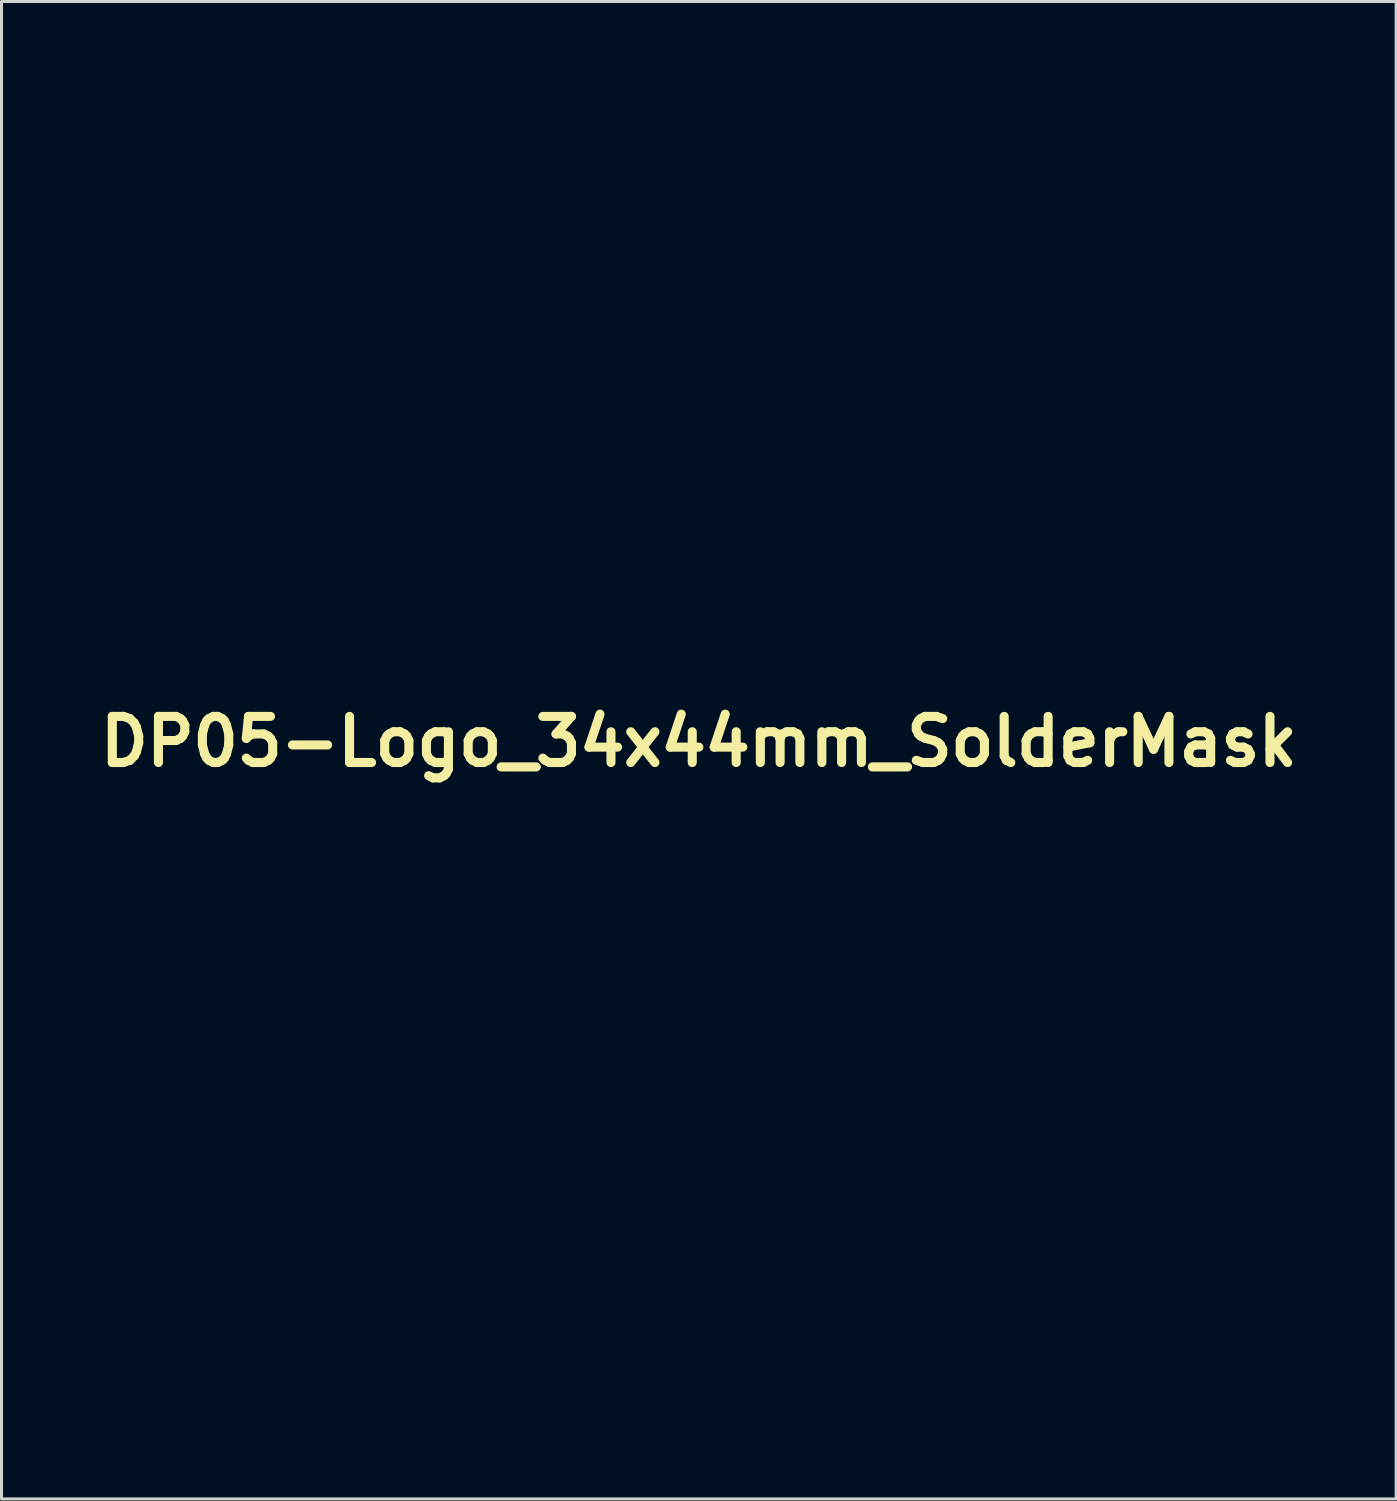
<source format=kicad_pcb>
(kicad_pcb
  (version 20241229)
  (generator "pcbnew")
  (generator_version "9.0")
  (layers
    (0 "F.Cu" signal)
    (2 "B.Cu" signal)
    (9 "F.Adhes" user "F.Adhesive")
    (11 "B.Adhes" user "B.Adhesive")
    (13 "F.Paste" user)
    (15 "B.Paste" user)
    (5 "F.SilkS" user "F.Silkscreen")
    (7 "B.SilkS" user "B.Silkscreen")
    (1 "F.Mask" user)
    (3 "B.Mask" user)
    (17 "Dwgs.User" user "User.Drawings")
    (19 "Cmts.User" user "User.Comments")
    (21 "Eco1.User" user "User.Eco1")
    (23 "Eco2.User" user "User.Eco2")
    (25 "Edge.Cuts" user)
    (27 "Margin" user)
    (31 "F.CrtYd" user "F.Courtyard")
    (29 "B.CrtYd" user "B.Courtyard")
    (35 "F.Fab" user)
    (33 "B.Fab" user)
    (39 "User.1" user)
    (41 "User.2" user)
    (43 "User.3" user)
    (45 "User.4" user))
  (footprint "DP05-Logo_34x44mm_SolderMask"
    (layer "F.Cu")
    (at 20.037 21.451)
    (property "Reference" "DP05-Logo_34x44mm_SolderMask" (at 0 0 0) (layer "F.SilkS") (effects (font (size 1.524 1.524) (thickness 0.3))))
    (attr through_hole)
    (fp_poly (pts (xy 10.758 4.405) (xy 10.754 4.507) (xy 10.685 4.552) (xy 10.591 4.51) (xy 10.552 4.442) (xy 10.55 4.339) (xy 10.641 4.333) (xy 10.758 4.405)) (stroke (width 0.01) (type solid)) (fill yes) (layer "F.Mask"))
    (fp_poly (pts (xy -4.829 17.164) (xy -4.826 17.187) (xy -4.855 17.27) (xy -4.863 17.272) (xy -4.936 17.213) (xy -4.953 17.187) (xy -4.946 17.109) (xy -4.916 17.103) (xy -4.829 17.164)) (stroke (width 0.01) (type solid)) (fill yes) (layer "F.Mask"))
    (fp_poly (pts (xy 1.665 4.539) (xy 1.651 4.572) (xy 1.539 4.654) (xy 1.514 4.657) (xy 1.468 4.605) (xy 1.482 4.572) (xy 1.594 4.49) (xy 1.619 4.487) (xy 1.665 4.539)) (stroke (width 0.01) (type solid)) (fill yes) (layer "F.Mask"))
    (fp_poly (pts (xy 9.733 3.956) (xy 9.737 3.979) (xy 9.708 4.062) (xy 9.699 4.064) (xy 9.627 4.005) (xy 9.61 3.979) (xy 9.616 3.901) (xy 9.647 3.895) (xy 9.733 3.956)) (stroke (width 0.01) (type solid)) (fill yes) (layer "F.Mask"))
    (fp_poly (pts (xy 10.026 3.777) (xy 10.142 3.86) (xy 10.16 3.904) (xy 10.11 3.976) (xy 9.994 3.936) (xy 9.906 3.852) (xy 9.839 3.747) (xy 9.902 3.735) (xy 10.026 3.777)) (stroke (width 0.01) (type solid)) (fill yes) (layer "F.Mask"))
    (fp_poly (pts (xy 6.623 2.753) (xy 6.519 2.908) (xy 6.385 3.056) (xy 6.26 3.159) (xy 6.187 3.181) (xy 6.181 3.162) (xy 6.238 3.058) (xy 6.38 2.895) (xy 6.446 2.831) (xy 6.6 2.697) (xy 6.648 2.687) (xy 6.623 2.753)) (stroke (width 0.01) (type solid)) (fill yes) (layer "F.Mask"))
    (fp_poly (pts (xy -6.681 16.325) (xy -6.542 16.444) (xy -6.519 16.468) (xy -6.398 16.619) (xy -6.36 16.715) (xy -6.363 16.721) (xy -6.443 16.695) (xy -6.581 16.576) (xy -6.604 16.552) (xy -6.725 16.401) (xy -6.763 16.305) (xy -6.76 16.299) (xy -6.681 16.325)) (stroke (width 0.01) (type solid)) (fill yes) (layer "F.Mask"))
    (fp_poly (pts (xy -6.342 16.41) (xy -6.204 16.528) (xy -6.181 16.552) (xy -6.059 16.704) (xy -6.021 16.8) (xy -6.025 16.806) (xy -6.104 16.78) (xy -6.242 16.661) (xy -6.265 16.637) (xy -6.387 16.485) (xy -6.425 16.39) (xy -6.421 16.384) (xy -6.342 16.41)) (stroke (width 0.01) (type solid)) (fill yes) (layer "F.Mask"))
    (fp_poly (pts (xy -6.088 16.41) (xy -5.95 16.528) (xy -5.927 16.552) (xy -5.805 16.704) (xy -5.767 16.8) (xy -5.771 16.806) (xy -5.85 16.78) (xy -5.988 16.661) (xy -6.011 16.637) (xy -6.133 16.485) (xy -6.171 16.39) (xy -6.167 16.384) (xy -6.088 16.41)) (stroke (width 0.01) (type solid)) (fill yes) (layer "F.Mask"))
    (fp_poly (pts (xy -5.16 17.178) (xy -5.01 17.301) (xy -4.911 17.399) (xy -4.754 17.577) (xy -4.671 17.703) (xy -4.668 17.735) (xy -4.746 17.705) (xy -4.896 17.581) (xy -4.995 17.484) (xy -5.152 17.306) (xy -5.235 17.18) (xy -5.238 17.148) (xy -5.16 17.178)) (stroke (width 0.01) (type solid)) (fill yes) (layer "F.Mask"))
    (fp_poly (pts (xy -4.822 16.67) (xy -4.672 16.793) (xy -4.572 16.891) (xy -4.415 17.069) (xy -4.332 17.195) (xy -4.33 17.227) (xy -4.407 17.197) (xy -4.557 17.073) (xy -4.657 16.976) (xy -4.814 16.798) (xy -4.896 16.672) (xy -4.899 16.64) (xy -4.822 16.67)) (stroke (width 0.01) (type solid)) (fill yes) (layer "F.Mask"))
    (fp_poly (pts (xy -4.564 16.325) (xy -4.426 16.444) (xy -4.403 16.468) (xy -4.281 16.619) (xy -4.243 16.715) (xy -4.247 16.721) (xy -4.326 16.695) (xy -4.464 16.576) (xy -4.487 16.552) (xy -4.609 16.401) (xy -4.647 16.305) (xy -4.643 16.299) (xy -4.564 16.325)) (stroke (width 0.01) (type solid)) (fill yes) (layer "F.Mask"))
    (fp_poly (pts (xy 4.958 5.126) (xy 5.167 5.239) (xy 5.341 5.378) (xy 5.418 5.503) (xy 5.419 5.509) (xy 5.355 5.58) (xy 5.165 5.54) (xy 4.889 5.413) (xy 4.662 5.268) (xy 4.581 5.158) (xy 4.65 5.092) (xy 4.772 5.08) (xy 4.958 5.126)) (stroke (width 0.01) (type solid)) (fill yes) (layer "F.Mask"))
    (fp_poly (pts (xy -3.557 15.621) (xy -3.4 15.781) (xy -3.24 15.972) (xy -3.199 16.028) (xy -3.079 16.219) (xy -3.063 16.296) (xy -3.136 16.263) (xy -3.282 16.124) (xy -3.417 15.969) (xy -3.584 15.754) (xy -3.696 15.592) (xy -3.725 15.53) (xy -3.678 15.527) (xy -3.557 15.621)) (stroke (width 0.01) (type solid)) (fill yes) (layer "F.Mask"))
    (fp_poly (pts (xy 10.637 14.512) (xy 10.668 14.582) (xy 10.606 14.743) (xy 10.41 14.913) (xy 10.067 15.102) (xy 9.874 15.19) (xy 9.577 15.32) (xy 9.407 15.384) (xy 9.334 15.385) (xy 9.329 15.323) (xy 9.359 15.219) (xy 9.534 14.907) (xy 9.833 14.665) (xy 10.213 14.526) (xy 10.266 14.517) (xy 10.515 14.491) (xy 10.637 14.512)) (stroke (width 0.01) (type solid)) (fill yes) (layer "F.Mask"))
    (fp_poly (pts (xy -3.469 15.12) (xy -3.294 15.297) (xy -3.093 15.531) (xy -2.928 15.748) (xy -2.719 16.048) (xy -2.542 16.32) (xy -2.408 16.544) (xy -2.328 16.699) (xy -2.311 16.767) (xy -2.369 16.727) (xy -2.466 16.616) (xy -2.575 16.47) (xy -2.74 16.235) (xy -2.903 15.995) (xy -3.102 15.715) (xy -3.3 15.465) (xy -3.429 15.324) (xy -3.573 15.167) (xy -3.64 15.049) (xy -3.641 15.041) (xy -3.593 15.026) (xy -3.469 15.12)) (stroke (width 0.01) (type solid)) (fill yes) (layer "F.Mask"))
    (fp_poly (pts (xy 5.37 5.127) (xy 5.56 5.237) (xy 5.828 5.411) (xy 6.145 5.629) (xy 6.483 5.87) (xy 6.814 6.114) (xy 7.111 6.342) (xy 7.345 6.533) (xy 7.489 6.666) (xy 7.52 6.712) (xy 7.518 6.826) (xy 7.438 6.842) (xy 7.26 6.755) (xy 7.068 6.631) (xy 6.853 6.476) (xy 6.582 6.263) (xy 6.281 6.018) (xy 5.978 5.762) (xy 5.7 5.519) (xy 5.473 5.312) (xy 5.326 5.165) (xy 5.285 5.101) (xy 5.37 5.127)) (stroke (width 0.01) (type solid)) (fill yes) (layer "F.Mask"))
    (fp_poly (pts (xy 1.772 20.344) (xy 1.945 20.548) (xy 2.186 20.804) (xy 2.403 21.018) (xy 2.601 21.214) (xy 2.726 21.355) (xy 2.751 21.411) (xy 2.748 21.411) (xy 2.636 21.377) (xy 2.41 21.295) (xy 2.115 21.18) (xy 2.032 21.147) (xy 1.573 20.962) (xy 1.25 20.827) (xy 1.039 20.732) (xy 0.92 20.664) (xy 0.869 20.612) (xy 0.864 20.564) (xy 0.868 20.551) (xy 0.958 20.449) (xy 1.144 20.314) (xy 1.234 20.26) (xy 1.566 20.072) (xy 1.772 20.344)) (stroke (width 0.01) (type solid)) (fill yes) (layer "F.Mask"))
    (fp_poly (pts (xy -8.334 13.652) (xy -8.134 13.698) (xy -7.945 13.749) (xy -7.619 13.839) (xy -7.3 13.918) (xy -7.171 13.946) (xy -6.849 14.012) (xy -7.125 14.372) (xy -7.313 14.596) (xy -7.444 14.715) (xy -7.505 14.719) (xy -7.483 14.609) (xy -7.464 14.436) (xy -7.565 14.37) (xy -7.764 14.423) (xy -7.79 14.436) (xy -8.071 14.555) (xy -8.249 14.552) (xy -8.351 14.411) (xy -8.404 14.12) (xy -8.404 14.118) (xy -8.424 13.864) (xy -8.429 13.69) (xy -8.422 13.646) (xy -8.334 13.652)) (stroke (width 0.01) (type solid)) (fill yes) (layer "F.Mask"))
    (fp_poly (pts (xy -1.79 1.903) (xy -1.765 1.923) (xy -1.633 1.998) (xy -1.386 2.111) (xy -1.064 2.248) (xy -0.708 2.391) (xy -0.36 2.524) (xy -0.06 2.632) (xy 0.152 2.697) (xy 0.22 2.709) (xy 0.317 2.751) (xy 0.302 2.839) (xy 0.199 2.919) (xy 0.12 2.939) (xy -0.02 2.915) (xy -0.278 2.835) (xy -0.613 2.714) (xy -0.931 2.586) (xy -1.332 2.413) (xy -1.599 2.282) (xy -1.757 2.175) (xy -1.833 2.078) (xy -1.85 2.022) (xy -1.853 1.892) (xy -1.79 1.903)) (stroke (width 0.01) (type solid)) (fill yes) (layer "F.Mask"))
    (fp_poly (pts (xy -12.075 8.821) (xy -12.063 8.88) (xy -12.069 9.001) (xy -12.094 9.204) (xy -12.141 9.508) (xy -12.213 9.931) (xy -12.312 10.493) (xy -12.366 10.795) (xy -12.461 11.329) (xy -12.556 11.874) (xy -12.642 12.379) (xy -12.711 12.79) (xy -12.73 12.912) (xy -12.783 13.215) (xy -12.826 13.413) (xy -12.854 13.481) (xy -12.86 13.449) (xy -12.851 13.265) (xy -12.817 12.952) (xy -12.765 12.545) (xy -12.699 12.082) (xy -12.626 11.6) (xy -12.55 11.135) (xy -12.478 10.725) (xy -12.414 10.405) (xy -12.406 10.372) (xy -12.328 9.984) (xy -12.258 9.553) (xy -12.23 9.335) (xy -12.189 9.061) (xy -12.142 8.87) (xy -12.102 8.805) (xy -12.075 8.821)) (stroke (width 0.01) (type solid)) (fill yes) (layer "F.Mask"))
    (fp_poly (pts (xy -4.523 15.179) (xy -4.391 15.292) (xy -4.193 15.497) (xy -3.95 15.771) (xy -3.682 16.094) (xy -3.407 16.444) (xy -3.374 16.488) (xy -3.108 16.851) (xy -2.94 17.108) (xy -2.859 17.28) (xy -2.853 17.389) (xy -2.862 17.408) (xy -2.924 17.473) (xy -3.007 17.436) (xy -3.144 17.279) (xy -3.184 17.228) (xy -3.361 17.004) (xy -3.598 16.709) (xy -3.847 16.405) (xy -3.873 16.373) (xy -4.079 16.119) (xy -4.234 15.914) (xy -4.313 15.793) (xy -4.318 15.778) (xy -4.271 15.772) (xy -4.142 15.88) (xy -3.952 16.08) (xy -3.72 16.351) (xy -3.469 16.67) (xy -3.414 16.743) (xy -3.209 17.013) (xy -3.043 17.223) (xy -2.94 17.341) (xy -2.921 17.357) (xy -2.938 17.296) (xy -3.04 17.132) (xy -3.207 16.894) (xy -3.417 16.61) (xy -3.648 16.31) (xy -3.879 16.022) (xy -4.09 15.774) (xy -4.102 15.76) (xy -4.318 15.512) (xy -4.481 15.313) (xy -4.566 15.194) (xy -4.572 15.178) (xy -4.523 15.179)) (stroke (width 0.01) (type solid)) (fill yes) (layer "F.Mask"))
    (fp_poly (pts (xy -10.383 8.426) (xy -10.175 8.491) (xy -9.894 8.6) (xy -9.82 8.631) (xy -9.453 8.767) (xy -8.997 8.906) (xy -8.53 9.027) (xy -8.356 9.065) (xy -7.993 9.142) (xy -7.691 9.211) (xy -7.49 9.263) (xy -7.43 9.284) (xy -7.442 9.362) (xy -7.553 9.512) (xy -7.651 9.616) (xy -7.911 9.914) (xy -8.017 10.155) (xy -7.968 10.335) (xy -7.921 10.379) (xy -7.753 10.438) (xy -7.514 10.405) (xy -7.18 10.276) (xy -6.965 10.171) (xy -6.743 10.064) (xy -6.587 9.999) (xy -6.553 9.991) (xy -6.535 10.07) (xy -6.531 10.285) (xy -6.539 10.605) (xy -6.559 10.997) (xy -6.56 11.028) (xy -6.588 11.495) (xy -6.612 11.962) (xy -6.629 12.368) (xy -6.636 12.615) (xy -6.646 13.166) (xy -6.392 13.14) (xy -6.159 13.117) (xy -5.848 13.087) (xy -5.673 13.07) (xy -5.207 13.026) (xy -5.52 13.344) (xy -5.834 13.662) (xy -6.79 13.691) (xy -7.243 13.7) (xy -7.564 13.69) (xy -7.788 13.66) (xy -7.953 13.605) (xy -8.001 13.581) (xy -8.441 13.262) (xy -8.865 12.811) (xy -9.241 12.265) (xy -9.54 11.667) (xy -9.662 11.346) (xy -9.788 10.981) (xy -9.908 10.607) (xy -10.01 10.261) (xy -10.083 9.978) (xy -10.117 9.795) (xy -10.113 9.746) (xy -10.052 9.744) (xy -9.667 10.308) (xy -9.296 10.78) (xy -8.888 11.221) (xy -8.806 11.303) (xy -8.208 11.896) (xy -8.339 11.472) (xy -8.476 11.012) (xy -8.559 10.68) (xy -8.592 10.444) (xy -8.577 10.272) (xy -8.518 10.132) (xy -8.471 10.063) (xy -8.354 9.891) (xy -8.298 9.783) (xy -8.297 9.777) (xy -8.37 9.715) (xy -8.561 9.612) (xy -8.828 9.487) (xy -9.133 9.357) (xy -9.432 9.242) (xy -9.686 9.158) (xy -9.713 9.15) (xy -10.087 8.97) (xy -10.297 8.758) (xy -10.423 8.57) (xy -10.48 8.441) (xy -10.477 8.416) (xy -10.383 8.426)) (stroke (width 0.01) (type solid)) (fill yes) (layer "F.Mask"))
    (fp_poly (pts (xy -5.651 -11.46) (xy -5.464 -11.33) (xy -5.31 -11.175) (xy -5.249 -11.05) (xy -5.282 -10.931) (xy -5.372 -10.685) (xy -5.507 -10.34) (xy -5.676 -9.925) (xy -5.867 -9.467) (xy -6.067 -8.995) (xy -6.266 -8.535) (xy -6.451 -8.116) (xy -6.609 -7.767) (xy -6.731 -7.514) (xy -6.802 -7.387) (xy -6.808 -7.381) (xy -6.959 -7.298) (xy -7.198 -7.233) (xy -7.27 -7.221) (xy -7.491 -7.198) (xy -7.591 -7.229) (xy -7.619 -7.345) (xy -7.62 -7.448) (xy -7.575 -7.726) (xy -7.48 -7.957) (xy -7.401 -8.168) (xy -7.401 -8.353) (xy -7.476 -8.459) (xy -7.516 -8.467) (xy -7.588 -8.395) (xy -7.675 -8.22) (xy -7.69 -8.179) (xy -7.787 -8.009) (xy -7.97 -7.768) (xy -8.212 -7.484) (xy -8.485 -7.186) (xy -8.762 -6.903) (xy -9.015 -6.664) (xy -9.217 -6.498) (xy -9.341 -6.435) (xy -9.342 -6.435) (xy -9.491 -6.484) (xy -9.526 -6.521) (xy -9.63 -6.568) (xy -9.662 -6.555) (xy -9.783 -6.566) (xy -9.966 -6.658) (xy -10.154 -6.794) (xy -10.292 -6.934) (xy -10.329 -7.017) (xy -10.287 -7.139) (xy -10.176 -7.363) (xy -10.017 -7.646) (xy -9.96 -7.74) (xy -9.763 -8.089) (xy -9.655 -8.341) (xy -9.624 -8.536) (xy -9.629 -8.605) (xy -9.621 -8.79) (xy -9.546 -9.056) (xy -9.396 -9.427) (xy -9.25 -9.744) (xy -9.072 -10.126) (xy -8.91 -10.479) (xy -8.785 -10.759) (xy -8.725 -10.901) (xy -8.622 -11.11) (xy -8.525 -11.159) (xy -8.408 -11.052) (xy -8.349 -10.967) (xy -8.194 -10.815) (xy -8.074 -10.811) (xy -8.001 -10.817) (xy -7.972 -10.75) (xy -7.991 -10.592) (xy -8.06 -10.325) (xy -8.185 -9.93) (xy -8.302 -9.581) (xy -8.436 -9.152) (xy -8.499 -8.867) (xy -8.493 -8.719) (xy -8.483 -8.703) (xy -8.388 -8.72) (xy -8.207 -8.847) (xy -7.96 -9.06) (xy -7.669 -9.34) (xy -7.354 -9.664) (xy -7.038 -10.011) (xy -6.741 -10.359) (xy -6.484 -10.687) (xy -6.363 -10.858) (xy -6.159 -11.145) (xy -5.978 -11.368) (xy -5.848 -11.496) (xy -5.809 -11.515) (xy -5.651 -11.46)) (stroke (width 0.01) (type solid)) (fill yes) (layer "F.Mask"))
    (fp_poly (pts (xy 3.295 -20.455) (xy 3.353 -20.366) (xy 3.337 -20.289) (xy 3.372 -20.177) (xy 3.489 -20.093) (xy 3.638 -19.969) (xy 3.683 -19.75) (xy 3.683 -19.736) (xy 3.69 -19.614) (xy 3.728 -19.521) (xy 3.827 -19.437) (xy 4.013 -19.341) (xy 4.315 -19.215) (xy 4.53 -19.129) (xy 4.997 -18.943) (xy 5.329 -18.809) (xy 5.546 -18.715) (xy 5.67 -18.648) (xy 5.722 -18.597) (xy 5.722 -18.549) (xy 5.692 -18.491) (xy 5.676 -18.464) (xy 5.57 -18.353) (xy 5.383 -18.323) (xy 5.272 -18.33) (xy 5.053 -18.329) (xy 4.916 -18.29) (xy 4.904 -18.277) (xy 4.785 -18.205) (xy 4.691 -18.19) (xy 4.422 -18.212) (xy 4.064 -18.28) (xy 3.686 -18.375) (xy 3.356 -18.482) (xy 3.211 -18.545) (xy 2.902 -18.703) (xy 2.674 -18.416) (xy 2.489 -18.23) (xy 2.308 -18.116) (xy 2.261 -18.103) (xy 2.117 -18.016) (xy 1.908 -17.786) (xy 1.629 -17.408) (xy 1.526 -17.258) (xy 1.257 -16.869) (xy 0.924 -16.404) (xy 0.569 -15.918) (xy 0.232 -15.468) (xy 0.208 -15.437) (xy -0.075 -15.064) (xy -0.331 -14.721) (xy -0.539 -14.438) (xy -0.675 -14.247) (xy -0.702 -14.205) (xy -0.82 -14.052) (xy -0.936 -14.025) (xy -1.054 -14.068) (xy -1.236 -14.117) (xy -1.377 -14.044) (xy -1.398 -14.024) (xy -1.582 -13.905) (xy -1.747 -13.902) (xy -1.813 -13.959) (xy -1.786 -14.055) (xy -1.671 -14.243) (xy -1.493 -14.487) (xy -1.446 -14.546) (xy -1.025 -15.106) (xy -0.582 -15.755) (xy -0.16 -16.427) (xy 0.2 -17.059) (xy 0.28 -17.213) (xy 0.604 -17.754) (xy 0.977 -18.19) (xy 1.092 -18.298) (xy 1.34 -18.524) (xy 1.461 -18.674) (xy 1.452 -18.788) (xy 1.309 -18.904) (xy 1.029 -19.064) (xy 1.024 -19.066) (xy 0.765 -19.21) (xy 1.016 -19.744) (xy 1.21 -20.091) (xy 1.4 -20.279) (xy 1.603 -20.313) (xy 1.841 -20.203) (xy 1.961 -20.11) (xy 2.234 -19.945) (xy 2.466 -19.938) (xy 2.646 -20.088) (xy 2.688 -20.163) (xy 2.81 -20.316) (xy 2.981 -20.422) (xy 3.157 -20.471) (xy 3.295 -20.455)) (stroke (width 0.01) (type solid)) (fill yes) (layer "F.Mask"))
    (fp_poly (pts (xy -11.601 -11.968) (xy -11.425 -11.875) (xy -11.314 -11.874) (xy -11.192 -11.966) (xy -11.189 -11.968) (xy -10.983 -12.072) (xy -10.784 -12.057) (xy -10.394 -11.919) (xy -10.115 -11.708) (xy -9.941 -11.411) (xy -9.869 -11.014) (xy -9.893 -10.502) (xy -10.01 -9.861) (xy -10.039 -9.737) (xy -10.167 -9.282) (xy -10.332 -8.807) (xy -10.521 -8.34) (xy -10.72 -7.908) (xy -10.917 -7.541) (xy -11.097 -7.268) (xy -11.246 -7.115) (xy -11.297 -7.094) (xy -11.461 -7.005) (xy -11.572 -6.861) (xy -11.704 -6.681) (xy -11.828 -6.591) (xy -12.046 -6.54) (xy -12.289 -6.528) (xy -12.49 -6.556) (xy -12.573 -6.604) (xy -12.689 -6.688) (xy -12.8 -6.635) (xy -12.846 -6.498) (xy -12.905 -5.707) (xy -12.971 -5.043) (xy -13.043 -4.517) (xy -13.119 -4.137) (xy -13.198 -3.914) (xy -13.221 -3.88) (xy -13.34 -3.673) (xy -13.377 -3.499) (xy -13.404 -3.355) (xy -13.518 -3.336) (xy -13.574 -3.348) (xy -13.791 -3.334) (xy -13.881 -3.265) (xy -14.027 -3.154) (xy -14.111 -3.133) (xy -14.147 -3.154) (xy -14.174 -3.23) (xy -14.192 -3.378) (xy -14.202 -3.617) (xy -14.204 -3.964) (xy -14.199 -4.437) (xy -14.188 -5.053) (xy -14.181 -5.355) (xy -14.164 -5.973) (xy -14.142 -6.554) (xy -14.116 -7.069) (xy -14.089 -7.493) (xy -14.061 -7.798) (xy -14.038 -7.942) (xy -13.989 -8.188) (xy -14.009 -8.357) (xy -14.112 -8.531) (xy -14.133 -8.561) (xy -14.324 -8.86) (xy -14.491 -9.193) (xy -14.623 -9.528) (xy -14.654 -9.636) (xy -12.444 -9.636) (xy -12.384 -9.413) (xy -12.232 -9.256) (xy -12.039 -9.202) (xy -11.931 -9.232) (xy -11.744 -9.276) (xy -11.594 -9.224) (xy -11.517 -9.115) (xy -11.547 -8.985) (xy -11.629 -8.915) (xy -11.77 -8.775) (xy -11.874 -8.57) (xy -11.932 -8.349) (xy -11.932 -8.16) (xy -11.864 -8.053) (xy -11.82 -8.043) (xy -11.72 -8.113) (xy -11.582 -8.293) (xy -11.467 -8.488) (xy -11.304 -8.863) (xy -11.181 -9.282) (xy -11.098 -9.712) (xy -11.061 -10.119) (xy -11.07 -10.47) (xy -11.13 -10.732) (xy -11.242 -10.872) (xy -11.261 -10.88) (xy -11.401 -10.846) (xy -11.604 -10.707) (xy -11.838 -10.496) (xy -12.071 -10.247) (xy -12.271 -9.994) (xy -12.406 -9.772) (xy -12.444 -9.636) (xy -14.654 -9.636) (xy -14.71 -9.832) (xy -14.743 -10.072) (xy -14.711 -10.217) (xy -14.654 -10.245) (xy -14.545 -10.295) (xy -14.369 -10.421) (xy -14.306 -10.471) (xy -13.985 -10.668) (xy -13.686 -10.696) (xy -13.406 -10.557) (xy -13.37 -10.526) (xy -13.151 -10.324) (xy -13.002 -10.656) (xy -12.862 -10.887) (xy -12.698 -11.052) (xy -12.655 -11.077) (xy -12.507 -11.194) (xy -12.319 -11.409) (xy -12.154 -11.641) (xy -11.85 -12.115) (xy -11.601 -11.968)) (stroke (width 0.01) (type solid)) (fill yes) (layer "F.Mask"))
    (fp_poly (pts (xy -7.389 -20.189) (xy -7.215 -20.024) (xy -7.162 -19.957) (xy -7.026 -19.76) (xy -6.949 -19.612) (xy -6.943 -19.583) (xy -6.963 -19.508) (xy -7.028 -19.357) (xy -7.145 -19.117) (xy -7.321 -18.773) (xy -7.562 -18.312) (xy -7.875 -17.722) (xy -8.002 -17.484) (xy -8.203 -17.098) (xy -8.388 -16.725) (xy -8.534 -16.414) (xy -8.602 -16.256) (xy -8.712 -16.011) (xy -8.883 -15.678) (xy -9.084 -15.316) (xy -9.174 -15.163) (xy -9.405 -14.748) (xy -9.542 -14.421) (xy -9.596 -14.135) (xy -9.578 -13.844) (xy -9.537 -13.652) (xy -9.504 -13.465) (xy -9.544 -13.389) (xy -9.629 -13.377) (xy -9.823 -13.328) (xy -9.953 -13.253) (xy -10.165 -13.14) (xy -10.321 -13.149) (xy -10.359 -13.187) (xy -10.398 -13.306) (xy -10.447 -13.52) (xy -10.46 -13.59) (xy -10.531 -13.893) (xy -10.621 -14.043) (xy -10.752 -14.056) (xy -10.946 -13.948) (xy -10.95 -13.946) (xy -11.149 -13.793) (xy -11.293 -13.66) (xy -11.307 -13.645) (xy -11.484 -13.545) (xy -11.78 -13.511) (xy -12.157 -13.544) (xy -12.578 -13.643) (xy -12.6 -13.65) (xy -12.931 -13.771) (xy -13.156 -13.908) (xy -13.338 -14.1) (xy -13.383 -14.161) (xy -13.53 -14.4) (xy -13.619 -14.617) (xy -13.631 -14.693) (xy -13.59 -14.83) (xy -12.277 -14.83) (xy -12.248 -14.635) (xy -12.146 -14.573) (xy -11.951 -14.637) (xy -11.853 -14.69) (xy -11.605 -14.782) (xy -11.385 -14.814) (xy -11.116 -14.889) (xy -10.906 -15.071) (xy -10.783 -15.228) (xy -10.741 -15.317) (xy -10.75 -15.325) (xy -10.823 -15.395) (xy -10.863 -15.496) (xy -10.927 -15.624) (xy -10.978 -15.645) (xy -11.066 -15.675) (xy -11.07 -15.684) (xy -11.08 -15.854) (xy -10.96 -15.917) (xy -10.94 -15.917) (xy -10.787 -15.99) (xy -10.644 -16.168) (xy -10.549 -16.387) (xy -10.538 -16.586) (xy -10.541 -16.596) (xy -10.599 -16.715) (xy -10.687 -16.747) (xy -10.83 -16.684) (xy -11.053 -16.516) (xy -11.263 -16.339) (xy -11.654 -15.957) (xy -11.967 -15.566) (xy -12.181 -15.198) (xy -12.274 -14.881) (xy -12.277 -14.83) (xy -13.59 -14.83) (xy -13.583 -14.853) (xy -13.455 -15.094) (xy -13.275 -15.367) (xy -13.261 -15.386) (xy -13.063 -15.661) (xy -12.896 -15.906) (xy -12.794 -16.069) (xy -12.792 -16.073) (xy -12.625 -16.226) (xy -12.446 -16.256) (xy -12.211 -16.316) (xy -12.099 -16.447) (xy -11.992 -16.595) (xy -11.802 -16.809) (xy -11.562 -17.056) (xy -11.303 -17.308) (xy -11.056 -17.532) (xy -10.854 -17.699) (xy -10.729 -17.778) (xy -10.715 -17.78) (xy -10.574 -17.738) (xy -10.554 -17.722) (xy -10.443 -17.693) (xy -10.221 -17.681) (xy -10.053 -17.684) (xy -9.787 -17.687) (xy -9.633 -17.651) (xy -9.532 -17.554) (xy -9.468 -17.45) (xy -9.383 -17.225) (xy -9.371 -17.029) (xy -9.372 -17.023) (xy -9.399 -16.867) (xy -9.363 -16.85) (xy -9.275 -16.955) (xy -9.143 -17.166) (xy -8.976 -17.468) (xy -8.781 -17.844) (xy -8.569 -18.278) (xy -8.347 -18.756) (xy -8.125 -19.259) (xy -8.036 -19.468) (xy -7.85 -19.873) (xy -7.691 -20.123) (xy -7.542 -20.225) (xy -7.389 -20.189)) (stroke (width 0.01) (type solid)) (fill yes) (layer "F.Mask"))
    (fp_poly (pts (xy -0.129 -21.406) (xy -0.113 -21.399) (xy 0.024 -21.296) (xy 0.05 -21.2) (xy 0.061 -21.065) (xy 0.133 -20.847) (xy 0.183 -20.735) (xy 0.27 -20.545) (xy 0.311 -20.396) (xy 0.305 -20.233) (xy 0.253 -19.999) (xy 0.194 -19.777) (xy 0.1 -19.458) (xy 0.018 -19.27) (xy -0.072 -19.177) (xy -0.163 -19.149) (xy -0.333 -19.066) (xy -0.399 -18.965) (xy -0.501 -18.827) (xy -0.688 -18.71) (xy -0.887 -18.649) (xy -1.011 -18.666) (xy -1.086 -18.758) (xy -1.082 -18.917) (xy -0.996 -19.175) (xy -0.931 -19.328) (xy -0.836 -19.607) (xy -0.816 -19.825) (xy -0.869 -19.949) (xy -0.963 -19.957) (xy -1.032 -19.861) (xy -1.095 -19.656) (xy -1.114 -19.551) (xy -1.175 -19.306) (xy -1.291 -18.967) (xy -1.442 -18.592) (xy -1.516 -18.428) (xy -1.664 -18.101) (xy -1.781 -17.832) (xy -1.85 -17.658) (xy -1.863 -17.615) (xy -1.799 -17.604) (xy -1.636 -17.662) (xy -1.419 -17.766) (xy -1.191 -17.895) (xy -0.996 -18.025) (xy -0.894 -18.113) (xy -0.728 -18.244) (xy -0.594 -18.288) (xy -0.442 -18.325) (xy -0.204 -18.419) (xy -0.036 -18.499) (xy 0.29 -18.644) (xy 0.529 -18.707) (xy 0.66 -18.684) (xy 0.677 -18.639) (xy 0.634 -18.529) (xy 0.525 -18.342) (xy 0.484 -18.279) (xy 0.265 -18.046) (xy 0.04 -17.963) (xy -0.187 -17.908) (xy -0.339 -17.828) (xy -0.533 -17.705) (xy -0.623 -17.665) (xy -0.735 -17.564) (xy -0.727 -17.471) (xy -0.733 -17.284) (xy -0.842 -17.089) (xy -1.008 -16.956) (xy -1.104 -16.933) (xy -1.265 -16.899) (xy -1.522 -16.811) (xy -1.806 -16.692) (xy -2.202 -16.474) (xy -2.5 -16.232) (xy -2.674 -15.989) (xy -2.709 -15.839) (xy -2.755 -15.512) (xy -2.876 -15.104) (xy -3.053 -14.671) (xy -3.265 -14.272) (xy -3.304 -14.211) (xy -3.492 -13.901) (xy -3.594 -13.67) (xy -3.631 -13.462) (xy -3.629 -13.311) (xy -3.629 -13.069) (xy -3.688 -12.925) (xy -3.838 -12.807) (xy -3.856 -12.796) (xy -4.128 -12.668) (xy -4.391 -12.588) (xy -4.676 -12.531) (xy -4.63 -12.956) (xy -4.577 -13.27) (xy -4.486 -13.649) (xy -4.399 -13.937) (xy -4.3 -14.285) (xy -4.274 -14.506) (xy -4.296 -14.575) (xy -4.338 -14.591) (xy -4.403 -14.561) (xy -4.509 -14.469) (xy -4.67 -14.299) (xy -4.903 -14.034) (xy -5.222 -13.66) (xy -5.347 -13.512) (xy -5.452 -13.477) (xy -5.556 -13.559) (xy -5.622 -13.711) (xy -5.62 -13.854) (xy -5.619 -14.059) (xy -5.671 -14.18) (xy -5.753 -14.24) (xy -5.861 -14.214) (xy -6.04 -14.089) (xy -6.092 -14.047) (xy -6.312 -13.845) (xy -6.485 -13.64) (xy -6.527 -13.575) (xy -6.672 -13.387) (xy -6.814 -13.283) (xy -7.029 -13.17) (xy -7.131 -13.104) (xy -7.266 -13.048) (xy -7.426 -13.092) (xy -7.525 -13.146) (xy -7.789 -13.249) (xy -8.077 -13.293) (xy -8.08 -13.293) (xy -8.318 -13.324) (xy -8.427 -13.425) (xy -8.432 -13.441) (xy -8.499 -13.622) (xy -8.594 -13.843) (xy -8.678 -14.051) (xy -8.689 -14.105) (xy -7.676 -14.105) (xy -7.663 -14.056) (xy -7.546 -14.006) (xy -7.359 -14.031) (xy -7.172 -14.112) (xy -7.07 -14.208) (xy -6.969 -14.34) (xy -6.795 -14.546) (xy -6.623 -14.738) (xy -6.431 -14.954) (xy -6.341 -15.078) (xy -6.342 -15.145) (xy -6.422 -15.186) (xy -6.454 -15.196) (xy -6.695 -15.24) (xy -6.837 -15.242) (xy -6.994 -15.262) (xy -7.007 -15.348) (xy -6.88 -15.486) (xy -6.695 -15.617) (xy -6.448 -15.823) (xy -6.285 -16.055) (xy -6.219 -16.28) (xy -6.258 -16.462) (xy -6.413 -16.565) (xy -6.541 -16.585) (xy -6.645 -16.556) (xy -6.746 -16.453) (xy -6.863 -16.255) (xy -7.014 -15.936) (xy -7.116 -15.707) (xy -7.363 -15.128) (xy -7.541 -14.661) (xy -7.646 -14.316) (xy -7.676 -14.105) (xy -8.689 -14.105) (xy -8.718 -14.248) (xy -8.709 -14.454) (xy -8.64 -14.691) (xy -8.505 -14.98) (xy -8.294 -15.344) (xy -8 -15.804) (xy -7.645 -16.334) (xy -7.363 -16.748) (xy -7.153 -17.04) (xy -6.997 -17.23) (xy -6.878 -17.34) (xy -6.776 -17.389) (xy -6.69 -17.399) (xy -6.43 -17.477) (xy -6.29 -17.601) (xy -6.171 -17.727) (xy -6.051 -17.76) (xy -5.859 -17.715) (xy -5.804 -17.697) (xy -5.571 -17.582) (xy -5.445 -17.443) (xy -5.439 -17.427) (xy -5.362 -17.284) (xy -5.252 -17.294) (xy -5.12 -17.445) (xy -4.973 -17.726) (xy -4.822 -18.126) (xy -4.787 -18.237) (xy -4.743 -18.34) (xy -4.676 -18.332) (xy -4.543 -18.216) (xy -4.346 -18.085) (xy -4.164 -18.034) (xy -4.019 -17.993) (xy -3.979 -17.928) (xy -4.005 -17.809) (xy -4.076 -17.567) (xy -4.179 -17.24) (xy -4.281 -16.933) (xy -4.407 -16.558) (xy -4.517 -16.232) (xy -4.596 -15.995) (xy -4.629 -15.896) (xy -4.619 -15.776) (xy -4.501 -15.753) (xy -4.303 -15.824) (xy -4.134 -15.928) (xy -3.989 -16.084) (xy -3.812 -16.346) (xy -3.629 -16.668) (xy -3.466 -16.999) (xy -3.348 -17.291) (xy -3.302 -17.494) (xy -3.302 -17.496) (xy -3.231 -17.611) (xy -3.086 -17.697) (xy -2.913 -17.838) (xy -2.725 -18.123) (xy -2.534 -18.531) (xy -2.352 -19.037) (xy -2.316 -19.155) (xy -2.217 -19.395) (xy -2.046 -19.722) (xy -1.831 -20.089) (xy -1.669 -20.339) (xy -1.425 -20.693) (xy -1.243 -20.928) (xy -1.098 -21.071) (xy -0.965 -21.148) (xy -0.858 -21.178) (xy -0.623 -21.254) (xy -0.448 -21.36) (xy -0.445 -21.363) (xy -0.306 -21.446) (xy -0.129 -21.406)) (stroke (width 0.01) (type solid)) (fill yes) (layer "F.Mask"))
    (fp_poly (pts (xy 2.223 -16.254) (xy 2.253 -16.215) (xy 2.348 -16.022) (xy 2.371 -15.901) (xy 2.438 -15.772) (xy 2.54 -15.748) (xy 2.666 -15.677) (xy 2.702 -15.465) (xy 2.647 -15.114) (xy 2.503 -14.626) (xy 2.268 -14.003) (xy 2.195 -13.823) (xy 2.128 -13.612) (xy 2.152 -13.484) (xy 2.183 -13.447) (xy 2.286 -13.399) (xy 2.412 -13.482) (xy 2.445 -13.516) (xy 2.612 -13.632) (xy 2.879 -13.753) (xy 3.111 -13.83) (xy 3.408 -13.933) (xy 3.654 -14.054) (xy 3.769 -14.14) (xy 3.967 -14.27) (xy 4.141 -14.309) (xy 4.341 -14.348) (xy 4.61 -14.449) (xy 4.773 -14.528) (xy 5.011 -14.636) (xy 5.191 -14.685) (xy 5.255 -14.675) (xy 5.264 -14.56) (xy 5.181 -14.375) (xy 5.039 -14.165) (xy 4.871 -13.976) (xy 4.709 -13.853) (xy 4.657 -13.834) (xy 4.302 -13.734) (xy 4.08 -13.61) (xy 3.955 -13.439) (xy 3.923 -13.35) (xy 3.824 -13.146) (xy 3.638 -13.018) (xy 3.521 -12.974) (xy 3.303 -12.872) (xy 3.031 -12.705) (xy 2.742 -12.499) (xy 2.472 -12.284) (xy 2.257 -12.087) (xy 2.133 -11.935) (xy 2.117 -11.887) (xy 2.186 -11.764) (xy 2.32 -11.672) (xy 2.485 -11.537) (xy 2.639 -11.317) (xy 2.667 -11.261) (xy 2.835 -10.966) (xy 3.061 -10.672) (xy 3.309 -10.416) (xy 3.544 -10.233) (xy 3.731 -10.16) (xy 3.737 -10.16) (xy 3.936 -10.125) (xy 4.037 -10.068) (xy 4.098 -9.917) (xy 4.056 -9.753) (xy 3.938 -9.657) (xy 3.9 -9.652) (xy 3.649 -9.689) (xy 3.323 -9.783) (xy 2.995 -9.908) (xy 2.739 -10.039) (xy 2.686 -10.075) (xy 2.478 -10.196) (xy 2.291 -10.245) (xy 2.117 -10.282) (xy 1.862 -10.378) (xy 1.684 -10.461) (xy 1.376 -10.602) (xy 1.149 -10.649) (xy 0.969 -10.588) (xy 0.804 -10.405) (xy 0.621 -10.084) (xy 0.55 -9.945) (xy 0.374 -9.578) (xy 0.21 -9.212) (xy 0.086 -8.913) (xy 0.064 -8.855) (xy -0.008 -8.66) (xy -0.039 -8.541) (xy -0.004 -8.494) (xy 0.121 -8.514) (xy 0.359 -8.598) (xy 0.72 -8.736) (xy 0.998 -8.829) (xy 1.275 -8.887) (xy 1.605 -8.918) (xy 2.04 -8.928) (xy 2.159 -8.929) (xy 2.593 -8.924) (xy 2.911 -8.905) (xy 3.167 -8.863) (xy 3.412 -8.788) (xy 3.676 -8.683) (xy 4.03 -8.511) (xy 4.406 -8.29) (xy 4.781 -8.038) (xy 5.132 -7.773) (xy 5.435 -7.516) (xy 5.666 -7.285) (xy 5.801 -7.099) (xy 5.818 -6.977) (xy 5.809 -6.966) (xy 5.716 -6.977) (xy 5.549 -7.065) (xy 5.527 -7.079) (xy 5.317 -7.208) (xy 5.105 -7.317) (xy 4.933 -7.389) (xy 4.846 -7.403) (xy 4.845 -7.386) (xy 5.034 -7.008) (xy 5.149 -6.745) (xy 5.197 -6.561) (xy 5.186 -6.425) (xy 5.127 -6.302) (xy 5.122 -6.295) (xy 5.034 -6.134) (xy 5.049 -6.037) (xy 5.106 -5.983) (xy 5.261 -5.772) (xy 5.255 -5.531) (xy 5.23 -5.474) (xy 5.189 -5.365) (xy 5.258 -5.379) (xy 5.3 -5.401) (xy 5.482 -5.435) (xy 5.677 -5.383) (xy 5.816 -5.273) (xy 5.842 -5.193) (xy 5.909 -5.091) (xy 5.959 -5.08) (xy 6.109 -5.02) (xy 6.173 -4.962) (xy 6.335 -4.842) (xy 6.446 -4.799) (xy 6.556 -4.787) (xy 6.599 -4.856) (xy 6.592 -5.048) (xy 6.589 -5.086) (xy 6.584 -5.295) (xy 6.61 -5.411) (xy 6.624 -5.419) (xy 6.707 -5.344) (xy 6.806 -5.153) (xy 6.901 -4.893) (xy 6.973 -4.613) (xy 6.984 -4.551) (xy 7.032 -4.358) (xy 7.114 -4.261) (xy 7.26 -4.259) (xy 7.495 -4.351) (xy 7.818 -4.52) (xy 8.168 -4.703) (xy 8.48 -4.838) (xy 8.805 -4.941) (xy 9.194 -5.029) (xy 9.694 -5.116) (xy 10.111 -5.191) (xy 10.535 -5.278) (xy 10.887 -5.361) (xy 10.952 -5.378) (xy 11.25 -5.453) (xy 11.479 -5.474) (xy 11.724 -5.444) (xy 11.968 -5.388) (xy 12.885 -5.128) (xy 13.658 -4.834) (xy 14.312 -4.495) (xy 14.869 -4.1) (xy 15.067 -3.927) (xy 15.589 -3.354) (xy 16.03 -2.671) (xy 16.402 -1.857) (xy 16.523 -1.524) (xy 16.641 -1.164) (xy 16.72 -0.871) (xy 16.768 -0.591) (xy 16.791 -0.27) (xy 16.8 0.145) (xy 16.8 0.339) (xy 16.792 0.888) (xy 16.764 1.312) (xy 16.71 1.655) (xy 16.645 1.905) (xy 16.321 2.753) (xy 15.892 3.582) (xy 15.687 3.907) (xy 15.561 4.071) (xy 15.336 4.337) (xy 15.028 4.687) (xy 14.657 5.101) (xy 14.24 5.561) (xy 13.795 6.047) (xy 13.339 6.54) (xy 12.89 7.021) (xy 12.466 7.47) (xy 12.085 7.868) (xy 11.764 8.196) (xy 11.521 8.435) (xy 11.405 8.541) (xy 11.075 8.721) (xy 10.674 8.789) (xy 10.265 8.737) (xy 10.143 8.694) (xy 9.938 8.619) (xy 9.835 8.62) (xy 9.788 8.685) (xy 9.768 8.803) (xy 9.804 8.948) (xy 9.91 9.149) (xy 10.1 9.433) (xy 10.29 9.694) (xy 10.891 10.528) (xy 11.389 11.257) (xy 11.795 11.902) (xy 12.123 12.485) (xy 12.382 13.026) (xy 12.585 13.544) (xy 12.741 14.055) (xy 12.858 14.566) (xy 12.977 15.224) (xy 13.094 16.004) (xy 13.205 16.884) (xy 13.309 17.841) (xy 13.378 18.584) (xy 13.425 19.144) (xy 13.463 19.559) (xy 13.501 19.852) (xy 13.55 20.046) (xy 13.621 20.164) (xy 13.724 20.23) (xy 13.87 20.267) (xy 14.069 20.297) (xy 14.162 20.311) (xy 14.606 20.387) (xy 14.909 20.443) (xy 15.096 20.486) (xy 15.194 20.524) (xy 15.227 20.563) (xy 15.224 20.603) (xy 15.168 20.714) (xy 15.042 20.928) (xy 14.868 21.209) (xy 14.774 21.354) (xy 14.351 22.007) (xy -0.404 22.01) (xy -15.159 22.013) (xy -15.106 21.78) (xy -15.1 21.759) (xy -14.799 21.759) (xy -14.553 21.759) (xy -14.384 21.734) (xy -14.27 21.627) (xy -14.172 21.421) (xy -14.05 21.194) (xy -13.891 21.09) (xy -13.658 21.097) (xy -13.384 21.177) (xy -13.154 21.227) (xy -13.015 21.16) (xy -12.924 20.952) (xy -12.91 20.896) (xy -12.889 20.765) (xy -12.93 20.68) (xy -13.068 20.611) (xy -13.328 20.53) (xy -13.64 20.416) (xy -13.922 20.273) (xy -14.046 20.188) (xy -14.289 19.983) (xy -14.38 20.215) (xy -14.445 20.409) (xy -14.531 20.708) (xy -14.623 21.052) (xy -14.636 21.103) (xy -14.799 21.759) (xy -15.1 21.759) (xy -14.923 21.024) (xy -14.758 20.425) (xy -14.61 19.988) (xy -14.565 19.88) (xy -14.56 19.865) (xy -14.206 19.865) (xy -14.073 20) (xy -13.964 20.085) (xy -13.737 20.226) (xy -13.476 20.348) (xy -13.219 20.44) (xy -12.998 20.492) (xy -12.851 20.495) (xy -12.811 20.438) (xy -12.825 20.408) (xy -12.93 20.347) (xy -13.129 20.29) (xy -13.15 20.286) (xy -13.386 20.209) (xy -13.676 20.071) (xy -13.828 19.982) (xy -14.068 19.849) (xy -13.457 19.849) (xy -13.452 20.015) (xy -13.431 20.059) (xy -13.431 20.059) (xy -13.411 19.964) (xy -13.386 19.742) (xy -13.385 19.727) (xy -13.27 19.727) (xy -13.263 19.91) (xy -13.246 19.961) (xy -13.233 19.918) (xy -13.232 19.897) (xy -13.104 19.897) (xy -13.095 20.051) (xy -13.073 20.069) (xy -13.065 20.045) (xy -13.064 20.024) (xy -12.882 20.024) (xy -12.875 20.198) (xy -12.862 20.235) (xy -12.834 20.157) (xy -12.801 19.947) (xy -12.769 19.642) (xy -12.754 19.452) (xy -12.75 19.389) (xy -12.687 19.389) (xy -12.673 19.509) (xy -12.644 19.494) (xy -12.638 19.403) (xy -3.854 19.403) (xy -3.838 19.439) (xy -3.753 19.32) (xy -3.654 19.149) (xy -3.496 18.906) (xy -3.264 18.597) (xy -2.968 18.597) (xy -2.951 18.684) (xy -2.949 18.686) (xy -2.898 18.852) (xy -2.902 19.125) (xy -2.908 19.178) (xy -2.925 19.404) (xy -2.909 19.54) (xy -2.891 19.558) (xy -2.799 19.484) (xy -2.709 19.3) (xy -2.644 19.067) (xy -2.625 18.884) (xy -2.582 18.689) (xy -2.432 18.498) (xy -2.282 18.37) (xy -2.071 18.223) (xy -1.921 18.157) (xy -1.858 18.174) (xy -1.906 18.279) (xy -1.932 18.312) (xy -2.012 18.455) (xy -2.117 18.701) (xy -2.231 19.009) (xy -2.34 19.334) (xy -2.43 19.633) (xy -2.487 19.865) (xy -2.495 19.985) (xy -2.493 19.988) (xy -2.402 20.029) (xy -2.288 19.926) (xy -2.168 19.697) (xy -2.114 19.551) (xy -1.984 19.268) (xy -1.811 19.016) (xy -1.775 18.978) (xy -1.604 18.832) (xy -1.357 18.65) (xy -1.068 18.456) (xy -0.773 18.269) (xy -0.506 18.114) (xy -0.302 18.01) (xy -0.196 17.981) (xy -0.191 17.984) (xy -0.165 18.011) (xy -0.166 18.039) (xy -0.22 18.089) (xy -0.351 18.18) (xy -0.584 18.332) (xy -0.784 18.462) (xy -1.091 18.685) (xy -1.368 18.926) (xy -1.558 19.137) (xy -1.57 19.156) (xy -1.698 19.362) (xy -1.737 19.503) (xy -1.698 19.653) (xy -1.644 19.773) (xy -1.477 20.01) (xy -1.294 20.12) (xy -1.122 20.126) (xy -0.848 20.098) (xy -0.522 20.045) (xy -0.195 19.978) (xy 0.08 19.906) (xy 0.254 19.839) (xy 0.279 19.82) (xy 0.266 19.734) (xy 0.14 19.617) (xy 0.131 19.611) (xy -0.045 19.463) (xy -0.061 19.361) (xy 0.083 19.31) (xy 0.191 19.305) (xy 0.528 19.332) (xy 0.756 19.402) (xy 0.846 19.507) (xy 0.847 19.515) (xy 0.772 19.651) (xy 0.562 19.835) (xy 0.239 20.05) (xy -0.176 20.281) (xy -0.233 20.309) (xy -0.495 20.452) (xy -0.684 20.575) (xy -0.762 20.652) (xy -0.762 20.654) (xy -0.693 20.733) (xy -0.515 20.849) (xy -0.376 20.924) (xy 0.024 21.212) (xy 0.237 21.477) (xy 0.466 21.838) (xy 1.884 21.841) (xy 2.429 21.839) (xy 2.824 21.83) (xy 3.088 21.813) (xy 3.241 21.786) (xy 3.296 21.75) (xy 3.556 21.75) (xy 3.564 21.825) (xy 3.593 21.82) (xy 3.65 21.719) (xy 3.744 21.506) (xy 3.883 21.166) (xy 4.053 20.736) (xy 4.058 20.723) (xy 14.345 20.723) (xy 14.429 20.737) (xy 14.538 20.721) (xy 14.54 20.692) (xy 14.426 20.672) (xy 14.377 20.685) (xy 14.345 20.723) (xy 4.058 20.723) (xy 4.276 20.155) (xy 4.393 19.825) (xy 9.413 19.825) (xy 9.454 19.866) (xy 9.498 19.894) (xy 9.614 19.929) (xy 9.868 19.987) (xy 10.235 20.062) (xy 10.684 20.149) (xy 11.19 20.242) (xy 11.723 20.337) (xy 12.255 20.428) (xy 12.76 20.511) (xy 13.209 20.579) (xy 13.335 20.598) (xy 13.644 20.633) (xy 13.842 20.641) (xy 13.913 20.626) (xy 13.846 20.589) (xy 13.625 20.537) (xy 13.589 20.53) (xy 13.314 20.48) (xy 12.911 20.411) (xy 12.418 20.328) (xy 11.875 20.239) (xy 11.345 20.153) (xy 10.827 20.069) (xy 10.357 19.992) (xy 9.966 19.926) (xy 9.681 19.877) (xy 9.532 19.848) (xy 9.525 19.846) (xy 9.413 19.825) (xy 4.393 19.825) (xy 4.431 19.717) (xy 4.522 19.411) (xy 4.551 19.225) (xy 4.522 19.149) (xy 4.481 19.151) (xy 4.423 19.237) (xy 4.327 19.452) (xy 4.203 19.761) (xy 4.065 20.131) (xy 3.922 20.53) (xy 3.788 20.922) (xy 3.675 21.276) (xy 3.594 21.556) (xy 3.557 21.732) (xy 3.556 21.75) (xy 3.296 21.75) (xy 3.3 21.748) (xy 3.302 21.735) (xy 3.236 21.621) (xy 3.074 21.492) (xy 3.062 21.485) (xy 2.727 21.223) (xy 2.36 20.821) (xy 2.287 20.72) (xy 2.709 20.72) (xy 2.757 20.83) (xy 2.855 20.932) (xy 2.94 20.962) (xy 2.947 20.958) (xy 2.924 20.878) (xy 2.846 20.784) (xy 2.742 20.705) (xy 2.709 20.72) (xy 2.287 20.72) (xy 2.149 20.532) (xy 2.54 20.532) (xy 2.582 20.574) (xy 2.625 20.532) (xy 2.582 20.489) (xy 2.54 20.532) (xy 2.149 20.532) (xy 2.087 20.447) (xy 2.709 20.447) (xy 2.752 20.489) (xy 2.794 20.447) (xy 2.752 20.405) (xy 2.709 20.447) (xy 2.087 20.447) (xy 1.98 20.301) (xy 1.733 19.907) (xy 1.485 19.526) (xy 1.221 19.181) (xy 0.983 18.926) (xy 0.942 18.891) (xy 0.662 18.647) (xy 0.347 18.354) (xy 0.02 18.038) (xy -0.29 17.723) (xy -0.56 17.437) (xy -0.763 17.206) (xy -0.874 17.056) (xy -0.884 17.032) (xy -0.988 16.846) (xy -1.088 16.733) (xy -1.184 16.664) (xy -1.28 16.666) (xy -1.42 16.754) (xy -1.609 16.911) (xy -1.828 17.121) (xy -2.103 17.417) (xy -2.388 17.748) (xy -2.511 17.9) (xy -2.761 18.227) (xy -2.909 18.452) (xy -2.968 18.597) (xy -3.264 18.597) (xy -3.249 18.577) (xy -2.944 18.197) (xy -2.612 17.802) (xy -2.281 17.429) (xy -1.982 17.112) (xy -1.763 16.902) (xy -1.531 16.683) (xy -1.434 16.551) (xy -1.47 16.512) (xy -1.641 16.57) (xy -1.765 16.631) (xy -1.948 16.769) (xy -2.198 17.019) (xy -2.491 17.349) (xy -2.804 17.729) (xy -3.113 18.129) (xy -3.392 18.516) (xy -3.619 18.862) (xy -3.768 19.134) (xy -3.799 19.213) (xy -3.854 19.403) (xy -12.638 19.403) (xy -12.633 19.321) (xy -12.644 19.283) (xy -12.675 19.272) (xy -12.687 19.389) (xy -12.75 19.389) (xy -12.723 19.003) (xy -12.712 18.831) (xy -12.614 18.831) (xy -12.608 19.018) (xy -12.587 19.046) (xy -12.554 18.924) (xy -12.512 18.662) (xy -12.481 18.415) (xy -3.556 18.415) (xy -3.514 18.457) (xy -3.471 18.415) (xy -3.514 18.373) (xy -3.556 18.415) (xy -12.481 18.415) (xy -12.462 18.269) (xy -12.454 18.194) (xy -3.465 18.194) (xy -3.441 18.242) (xy -3.353 18.186) (xy -3.275 18.062) (xy -3.279 18.004) (xy -3.352 17.997) (xy -3.396 18.046) (xy -3.465 18.194) (xy -12.454 18.194) (xy -12.451 18.172) (xy -12.433 18.032) (xy -12.352 18.032) (xy -12.345 18.119) (xy -12.333 18.116) (xy -12.296 18.02) (xy -12.251 17.866) (xy -5.497 17.866) (xy -5.48 17.905) (xy -5.445 17.952) (xy -5.279 18.064) (xy -5.18 18.082) (xy -5.078 18.073) (xy -5.073 18.019) (xy -5.169 17.877) (xy -5.191 17.847) (xy -5.33 17.688) (xy -5.439 17.612) (xy -5.448 17.611) (xy -5.462 17.662) (xy -5.389 17.765) (xy -5.275 17.92) (xy -5.26 17.999) (xy -5.343 17.978) (xy -5.397 17.939) (xy -5.497 17.866) (xy -12.251 17.866) (xy -12.23 17.795) (xy -12.147 17.475) (xy -12.129 17.401) (xy -5.419 17.401) (xy -5.365 17.497) (xy -5.234 17.658) (xy -5.072 17.834) (xy -4.924 17.975) (xy -4.835 18.034) (xy -4.835 18.034) (xy -4.846 17.986) (xy -4.894 17.932) (xy -4.984 17.805) (xy -4.98 17.735) (xy -4.889 17.764) (xy -4.865 17.783) (xy -4.713 17.847) (xy -4.618 17.789) (xy -4.614 17.656) (xy -4.684 17.543) (xy -4.81 17.375) (xy -4.809 17.312) (xy -4.697 17.367) (xy -4.599 17.448) (xy -4.373 17.653) (xy -4.549 17.399) (xy -4.742 17.159) (xy -4.963 16.937) (xy -4.966 16.935) (xy -5.092 16.831) (xy -5.12 16.822) (xy -5.101 16.846) (xy -5.011 16.984) (xy -5.006 17.065) (xy -5.084 17.047) (xy -5.112 17.026) (xy -5.228 16.981) (xy -5.287 17.051) (xy -5.282 17.19) (xy -5.205 17.351) (xy -5.167 17.396) (xy -5.03 17.567) (xy -5.002 17.652) (xy -5.077 17.632) (xy -5.207 17.526) (xy -5.346 17.414) (xy -5.416 17.393) (xy -5.419 17.401) (xy -12.129 17.401) (xy -12.07 17.156) (xy -11.998 16.823) (xy -7.911 16.823) (xy -7.88 16.849) (xy -7.777 16.783) (xy -7.708 16.685) (xy -7.651 16.556) (xy -6.943 16.556) (xy -6.889 16.654) (xy -6.763 16.811) (xy -6.612 16.972) (xy -6.486 17.083) (xy -6.444 17.103) (xy -6.455 17.055) (xy -6.502 17.001) (xy -6.606 16.865) (xy -6.584 16.815) (xy -6.465 16.866) (xy -6.371 16.938) (xy -6.249 17.039) (xy -6.226 17.044) (xy -6.244 17.021) (xy -6.347 16.867) (xy -6.326 16.814) (xy -6.203 16.878) (xy -6.134 16.938) (xy -5.996 17.049) (xy -5.962 17.03) (xy -5.97 17.003) (xy -5.969 16.894) (xy -5.878 16.878) (xy -5.733 16.851) (xy -5.729 16.731) (xy -5.867 16.521) (xy -5.99 16.379) (xy -6.15 16.208) (xy -6.24 16.118) (xy -6.244 16.12) (xy -6.177 16.259) (xy -6.228 16.291) (xy -6.354 16.21) (xy -6.475 16.106) (xy -6.499 16.118) (xy -6.465 16.218) (xy -6.433 16.33) (xy -6.492 16.309) (xy -6.549 16.264) (xy -6.712 16.193) (xy -6.814 16.247) (xy -6.817 16.381) (xy -6.746 16.493) (xy -6.629 16.65) (xy -6.614 16.727) (xy -6.696 16.7) (xy -6.773 16.637) (xy -6.895 16.549) (xy -6.943 16.556) (xy -7.651 16.556) (xy -7.628 16.502) (xy -7.65 16.444) (xy -7.704 16.467) (xy -7.811 16.574) (xy -7.89 16.713) (xy -7.911 16.823) (xy -11.998 16.823) (xy -11.981 16.744) (xy -11.942 16.524) (xy -8.073 16.524) (xy -8.069 16.586) (xy -7.948 16.526) (xy -7.812 16.425) (xy -7.695 16.313) (xy -7.688 16.257) (xy -7.698 16.256) (xy -7.759 16.205) (xy -7.747 16.171) (xy -7.705 16.081) (xy -7.746 16.096) (xy -7.842 16.193) (xy -7.959 16.341) (xy -8.073 16.524) (xy -11.942 16.524) (xy -11.912 16.354) (xy -11.871 16.039) (xy -11.864 15.889) (xy -11.872 15.703) (xy -11.883 15.658) (xy -11.904 15.764) (xy -11.936 16.002) (xy -11.999 16.372) (xy -12.087 16.773) (xy -12.129 16.933) (xy -12.21 17.244) (xy -12.278 17.556) (xy -12.328 17.831) (xy -12.352 18.032) (xy -12.433 18.032) (xy -12.39 17.716) (xy -12.307 17.234) (xy -12.219 16.809) (xy -12.19 16.695) (xy -12.108 16.316) (xy -12.052 15.934) (xy -12.035 15.642) (xy -11.76 15.642) (xy -11.751 15.865) (xy -11.731 15.935) (xy -11.695 15.865) (xy -11.684 15.833) (xy -11.627 15.589) (xy -11.608 15.431) (xy -11.633 15.282) (xy -11.684 15.24) (xy -11.732 15.316) (xy -11.758 15.509) (xy -11.76 15.642) (xy -12.035 15.642) (xy -12.034 15.631) (xy -12.034 15.626) (xy -12.042 15.325) (xy -11.938 15.325) (xy -11.907 15.394) (xy -11.882 15.381) (xy -11.871 15.281) (xy -11.882 15.268) (xy -11.932 15.28) (xy -11.938 15.325) (xy -12.042 15.325) (xy -12.046 15.198) (xy -12.105 15.706) (xy -12.155 16.041) (xy -12.219 16.356) (xy -12.262 16.51) (xy -12.317 16.729) (xy -12.383 17.069) (xy -12.452 17.48) (xy -12.517 17.914) (xy -12.57 18.323) (xy -12.605 18.658) (xy -12.614 18.831) (xy -12.712 18.831) (xy -12.691 18.524) (xy -12.665 18.104) (xy -12.661 18.034) (xy -12.623 17.399) (xy -12.707 17.907) (xy -12.75 18.213) (xy -12.791 18.584) (xy -12.826 18.986) (xy -12.855 19.383) (xy -12.874 19.741) (xy -12.882 20.024) (xy -13.064 20.024) (xy -13.052 19.83) (xy -13.065 19.748) (xy -13.09 19.722) (xy -13.103 19.839) (xy -13.104 19.897) (xy -13.232 19.897) (xy -13.219 19.671) (xy -13.233 19.537) (xy -13.254 19.497) (xy -13.267 19.603) (xy -13.27 19.727) (xy -13.385 19.727) (xy -13.36 19.437) (xy -13.354 19.346) (xy -13.345 19.177) (xy -13.017 19.177) (xy -13.011 19.351) (xy -12.991 19.396) (xy -12.98 19.368) (xy -12.965 19.165) (xy -12.979 19.03) (xy -13.001 18.983) (xy -13.015 19.085) (xy -13.017 19.177) (xy -13.345 19.177) (xy -13.339 19.054) (xy -13.342 18.895) (xy -13.362 18.884) (xy -13.375 18.923) (xy -13.406 19.1) (xy -13.432 19.344) (xy -13.45 19.61) (xy -13.457 19.849) (xy -14.068 19.849) (xy -14.072 19.847) (xy -14.202 19.811) (xy -14.206 19.865) (xy -14.56 19.865) (xy -14.502 19.71) (xy -14.456 19.52) (xy -14.001 19.52) (xy -13.967 19.684) (xy -13.955 19.703) (xy -13.828 19.805) (xy -13.754 19.76) (xy -13.744 19.689) (xy -13.787 19.608) (xy -13.828 19.618) (xy -13.865 19.564) (xy -13.876 19.389) (xy -13.608 19.389) (xy -13.602 19.572) (xy -13.585 19.622) (xy -13.572 19.579) (xy -13.558 19.332) (xy -13.572 19.198) (xy -13.593 19.158) (xy -13.606 19.264) (xy -13.608 19.389) (xy -13.876 19.389) (xy -13.878 19.347) (xy -13.869 18.971) (xy -13.865 18.907) (xy -13.791 18.907) (xy -13.782 19.118) (xy -13.767 19.173) (xy -13.736 19.084) (xy -13.716 19.008) (xy -13.674 18.81) (xy -13.208 18.81) (xy -13.198 19) (xy -13.168 19.022) (xy -13.117 18.877) (xy -13.091 18.775) (xy -13.076 18.601) (xy -13.122 18.542) (xy -13.181 18.616) (xy -13.208 18.795) (xy -13.208 18.81) (xy -13.674 18.81) (xy -13.666 18.773) (xy -13.641 18.601) (xy -13.669 18.498) (xy -13.716 18.5) (xy -13.766 18.61) (xy -13.791 18.822) (xy -13.791 18.907) (xy -13.865 18.907) (xy -13.857 18.753) (xy -13.835 18.33) (xy -13.522 18.33) (xy -13.517 18.531) (xy -13.502 18.605) (xy -13.487 18.564) (xy -13.472 18.332) (xy -13.486 18.141) (xy -13.505 18.082) (xy -13.519 18.174) (xy -13.522 18.33) (xy -13.835 18.33) (xy -13.834 18.304) (xy -13.83 18.022) (xy -13.837 17.949) (xy -13.696 17.949) (xy -13.688 18.103) (xy -13.666 18.122) (xy -13.658 18.098) (xy -13.644 17.883) (xy -13.658 17.801) (xy -13.682 17.775) (xy -13.696 17.892) (xy -13.696 17.949) (xy -13.837 17.949) (xy -13.842 17.909) (xy -13.867 17.963) (xy -13.903 18.185) (xy -13.948 18.574) (xy -13.966 18.759) (xy -14 19.216) (xy -14.001 19.52) (xy -14.456 19.52) (xy -14.451 19.502) (xy -14.409 19.229) (xy -14.372 18.864) (xy -14.338 18.381) (xy -14.306 17.811) (xy -14.266 17.14) (xy -14.261 17.067) (xy -13.955 17.067) (xy -13.954 17.373) (xy -13.938 17.609) (xy -13.909 17.728) (xy -13.907 17.73) (xy -13.845 17.719) (xy -13.837 17.699) (xy -13.459 17.699) (xy -13.45 17.837) (xy -13.43 17.858) (xy -13.413 17.784) (xy -13.281 17.784) (xy -13.269 18.33) (xy -13.214 17.907) (xy -13.102 17.907) (xy -13.095 18.081) (xy -13.076 18.126) (xy -13.065 18.098) (xy -13.049 17.895) (xy -13.063 17.76) (xy -13.086 17.713) (xy -13.1 17.815) (xy -13.102 17.907) (xy -13.214 17.907) (xy -13.209 17.865) (xy -13.188 17.593) (xy -13.197 17.389) (xy -13.221 17.319) (xy -13.256 17.352) (xy -13.277 17.521) (xy -13.281 17.784) (xy -13.413 17.784) (xy -13.408 17.762) (xy -13.379 17.543) (xy -13.353 17.272) (xy -13.019 17.272) (xy -13.01 17.426) (xy -12.988 17.444) (xy -12.98 17.42) (xy -12.967 17.205) (xy -12.98 17.124) (xy -13.005 17.097) (xy -13.018 17.215) (xy -13.019 17.272) (xy -13.353 17.272) (xy -13.351 17.248) (xy -13.349 17.23) (xy -13.332 16.944) (xy -13.332 16.933) (xy -13.188 16.933) (xy -13.18 17.087) (xy -13.158 17.106) (xy -13.15 17.081) (xy -13.136 16.867) (xy -13.146 16.806) (xy -12.949 16.806) (xy -12.927 16.806) (xy -12.874 16.667) (xy -12.798 16.416) (xy -12.743 16.214) (xy -12.659 15.91) (xy -12.59 15.705) (xy -12.547 15.624) (xy -12.538 15.649) (xy -12.554 15.825) (xy -12.605 16.107) (xy -12.679 16.441) (xy -12.693 16.496) (xy -12.774 16.896) (xy -12.845 17.376) (xy -12.893 17.846) (xy -12.899 17.949) (xy -12.944 18.754) (xy -12.83 17.865) (xy -12.768 17.426) (xy -12.716 17.112) (xy -12.603 17.112) (xy -12.6 17.188) (xy -12.558 17.117) (xy -12.482 16.891) (xy -12.444 16.764) (xy -12.349 16.377) (xy -12.273 15.961) (xy -12.241 15.706) (xy -12.198 15.198) (xy -12.281 15.621) (xy -12.351 15.951) (xy -12.438 16.336) (xy -12.49 16.558) (xy -12.567 16.9) (xy -12.603 17.112) (xy -12.716 17.112) (xy -12.695 16.988) (xy -12.624 16.615) (xy -12.59 16.468) (xy -12.48 16.001) (xy -12.421 15.678) (xy -12.41 15.48) (xy -12.447 15.388) (xy -12.517 15.381) (xy -12.601 15.476) (xy -12.698 15.691) (xy -12.796 15.979) (xy -12.88 16.295) (xy -12.935 16.592) (xy -12.949 16.806) (xy -13.146 16.806) (xy -13.15 16.785) (xy -13.174 16.759) (xy -13.188 16.876) (xy -13.188 16.933) (xy -13.332 16.933) (xy -13.338 16.809) (xy -13.367 16.833) (xy -13.373 16.849) (xy -13.407 17.007) (xy -13.435 17.235) (xy -13.453 17.482) (xy -13.459 17.699) (xy -13.837 17.699) (xy -13.797 17.604) (xy -13.777 17.451) (xy -13.801 17.324) (xy -13.808 17.313) (xy -13.838 17.23) (xy -13.615 17.23) (xy -13.606 17.374) (xy -13.579 17.387) (xy -13.576 17.379) (xy -13.559 17.211) (xy -13.573 17.125) (xy -13.6 17.091) (xy -13.614 17.203) (xy -13.615 17.23) (xy -13.838 17.23) (xy -13.855 17.181) (xy -13.896 16.95) (xy -13.907 16.847) (xy -13.925 16.694) (xy -13.938 16.695) (xy -13.949 16.855) (xy -13.955 17.067) (xy -14.261 17.067) (xy -14.223 16.602) (xy -14.181 16.235) (xy -13.842 16.235) (xy -13.834 16.355) (xy -13.832 16.372) (xy -13.805 16.643) (xy -13.792 16.838) (xy -13.782 16.961) (xy -13.758 16.937) (xy -13.714 16.765) (xy -13.691 16.599) (xy -13.523 16.599) (xy -13.503 16.536) (xy -13.487 16.468) (xy -13.116 16.468) (xy -13.092 16.48) (xy -13.036 16.355) (xy -12.958 16.12) (xy -12.948 16.087) (xy -12.865 15.788) (xy -12.808 15.542) (xy -12.79 15.409) (xy -12.814 15.415) (xy -12.875 15.553) (xy -12.957 15.79) (xy -13.043 16.087) (xy -13.101 16.339) (xy -13.116 16.468) (xy -13.487 16.468) (xy -13.465 16.371) (xy -13.456 16.33) (xy -13.287 16.33) (xy -13.286 16.34) (xy -13.266 16.366) (xy -13.216 16.252) (xy -13.147 16.019) (xy -13.121 15.917) (xy -13.042 15.557) (xy -12.988 15.211) (xy -12.986 15.182) (xy -8.626 15.182) (xy -8.568 15.257) (xy -8.481 15.424) (xy -8.467 15.525) (xy -8.446 15.637) (xy -8.414 15.639) (xy -8.393 15.526) (xy -8.416 15.371) (xy -8.49 15.21) (xy -8.57 15.155) (xy -8.626 15.182) (xy -12.986 15.182) (xy -12.969 14.953) (xy -12.969 14.944) (xy -12.975 14.771) (xy -12.987 14.74) (xy -13.011 14.859) (xy -13.043 15.071) (xy -13.099 15.398) (xy -13.167 15.708) (xy -13.201 15.832) (xy -13.263 16.096) (xy -13.287 16.33) (xy -13.456 16.33) (xy -13.394 16.075) (xy -13.301 15.727) (xy -13.256 15.572) (xy -13.173 15.146) (xy -13.137 14.605) (xy -13.136 14.429) (xy -12.947 14.429) (xy -12.932 14.538) (xy -12.903 14.54) (xy -12.883 14.426) (xy -12.896 14.377) (xy -12.934 14.345) (xy -12.947 14.429) (xy -13.136 14.429) (xy -13.136 14.357) (xy -13.149 13.589) (xy -13.207 14.521) (xy -13.239 14.918) (xy -13.28 15.266) (xy -13.325 15.522) (xy -13.359 15.628) (xy -13.42 15.812) (xy -13.475 16.087) (xy -13.497 16.263) (xy -13.52 16.51) (xy -13.523 16.599) (xy -13.691 16.599) (xy -13.685 16.559) (xy -13.704 16.435) (xy -13.713 16.426) (xy -13.798 16.314) (xy -13.822 16.256) (xy -13.842 16.235) (xy -14.181 16.235) (xy -14.173 16.164) (xy -14.132 15.919) (xy -13.746 15.919) (xy -13.735 16.076) (xy -13.732 16.098) (xy -13.708 16.197) (xy -13.673 16.188) (xy -13.62 16.054) (xy -13.541 15.778) (xy -13.496 15.61) (xy -13.408 15.251) (xy -13.342 14.931) (xy -13.307 14.703) (xy -13.304 14.647) (xy -13.324 14.629) (xy -13.374 14.751) (xy -13.445 14.991) (xy -13.494 15.181) (xy -13.579 15.502) (xy -13.655 15.743) (xy -13.709 15.87) (xy -13.725 15.88) (xy -13.746 15.919) (xy -14.132 15.919) (xy -14.111 15.791) (xy -14.033 15.446) (xy -14.009 15.357) (xy -13.943 15.071) (xy -13.631 15.071) (xy -13.6 15.14) (xy -13.575 15.127) (xy -13.565 15.027) (xy -13.575 15.014) (xy -13.625 15.026) (xy -13.631 15.071) (xy -13.943 15.071) (xy -13.91 14.932) (xy -13.832 14.457) (xy -13.77 13.893) (xy -13.751 13.625) (xy -13.347 13.625) (xy -13.345 13.731) (xy -13.334 13.712) (xy -13.31 13.562) (xy -13.274 13.27) (xy -13.221 12.827) (xy -13.157 12.277) (xy -13.086 11.73) (xy -12.996 11.124) (xy -12.898 10.541) (xy -12.82 10.127) (xy -12.739 9.709) (xy -12.672 9.327) (xy -12.626 9.026) (xy -12.609 8.857) (xy -12.579 8.609) (xy -12.524 8.424) (xy -12.485 8.391) (xy -12.473 8.498) (xy -12.485 8.718) (xy -12.518 9.023) (xy -12.569 9.387) (xy -12.635 9.783) (xy -12.699 10.118) (xy -12.772 10.495) (xy -12.848 10.931) (xy -12.921 11.392) (xy -12.988 11.848) (xy -13.045 12.268) (xy -13.086 12.62) (xy -13.108 12.874) (xy -13.106 12.996) (xy -13.104 13.002) (xy -13.076 12.942) (xy -13.034 12.75) (xy -12.985 12.46) (xy -12.962 12.299) (xy -12.898 11.864) (xy -12.824 11.403) (xy -12.755 11.007) (xy -12.747 10.964) (xy -12.671 10.556) (xy -12.589 10.092) (xy -12.528 9.737) (xy -12.445 9.258) (xy -12.38 8.927) (xy -12.335 8.747) (xy -12.311 8.725) (xy -12.308 8.862) (xy -12.32 9.043) (xy -12.337 9.241) (xy -12.363 9.459) (xy -12.401 9.721) (xy -12.455 10.049) (xy -12.528 10.468) (xy -12.625 10.999) (xy -12.75 11.667) (xy -12.793 11.896) (xy -12.829 12.141) (xy -12.862 12.467) (xy -12.89 12.84) (xy -12.913 13.225) (xy -12.928 13.588) (xy -12.934 13.895) (xy -12.929 14.112) (xy -12.912 14.204) (xy -12.904 14.203) (xy -12.85 14.087) (xy -12.781 13.861) (xy -12.709 13.581) (xy -12.651 13.304) (xy -12.618 13.086) (xy -12.616 13.039) (xy -12.575 12.808) (xy -12.488 12.584) (xy -12.387 12.378) (xy -12.371 12.295) (xy -12.435 12.312) (xy -12.446 12.319) (xy -12.49 12.339) (xy -12.515 12.318) (xy -12.519 12.237) (xy -12.499 12.073) (xy -12.452 11.806) (xy -12.377 11.414) (xy -12.277 10.908) (xy -12.187 10.437) (xy -12.111 9.997) (xy -12.055 9.629) (xy -12.026 9.371) (xy -12.023 9.305) (xy -12.003 9.096) (xy -11.953 8.982) (xy -11.935 8.975) (xy -11.891 9.055) (xy -11.892 9.293) (xy -11.938 9.683) (xy -12.029 10.218) (xy -12.083 10.499) (xy -12.198 11.094) (xy -12.278 11.541) (xy -12.325 11.854) (xy -12.343 12.05) (xy -12.334 12.14) (xy -12.304 12.114) (xy -12.253 11.953) (xy -12.189 11.687) (xy -12.116 11.349) (xy -12.042 10.971) (xy -11.972 10.584) (xy -11.913 10.221) (xy -11.871 9.912) (xy -11.853 9.689) (xy -11.852 9.664) (xy -11.829 9.422) (xy -11.774 9.241) (xy -11.766 9.229) (xy -11.729 9.23) (xy -11.716 9.367) (xy -11.726 9.607) (xy -11.756 9.917) (xy -11.803 10.267) (xy -11.863 10.623) (xy -11.904 10.821) (xy -11.983 11.2) (xy -12.014 11.422) (xy -12 11.495) (xy -11.94 11.425) (xy -11.937 11.419) (xy -11.892 11.284) (xy -11.831 11.02) (xy -11.795 10.835) (xy -11.677 10.835) (xy -11.631 10.779) (xy -11.609 10.745) (xy -11.547 10.589) (xy -11.483 10.332) (xy -11.447 10.135) (xy -11.44 10.075) (xy -11.332 10.075) (xy -11.319 10.196) (xy -11.289 10.181) (xy -11.278 10.008) (xy -11.289 9.97) (xy -11.32 9.959) (xy -11.332 10.075) (xy -11.44 10.075) (xy -11.416 9.858) (xy -11.415 9.644) (xy -11.433 9.563) (xy -11.47 9.589) (xy -11.513 9.751) (xy -11.552 10.013) (xy -11.555 10.039) (xy -11.592 10.351) (xy -11.629 10.607) (xy -11.656 10.746) (xy -11.677 10.835) (xy -11.795 10.835) (xy -11.762 10.666) (xy -11.695 10.276) (xy -11.627 9.83) (xy -11.591 9.516) (xy -11.584 9.302) (xy -11.606 9.154) (xy -11.644 9.059) (xy -11.745 8.916) (xy -11.824 8.878) (xy -11.906 8.83) (xy -12.046 8.676) (xy -12.105 8.596) (xy -11.916 8.596) (xy -11.899 8.63) (xy -11.818 8.718) (xy -11.804 8.656) (xy -11.824 8.59) (xy -11.886 8.498) (xy -11.915 8.5) (xy -11.916 8.596) (xy -12.105 8.596) (xy -12.178 8.498) (xy -12.275 8.34) (xy -12.023 8.34) (xy -11.98 8.382) (xy -11.938 8.34) (xy -11.98 8.297) (xy -12.023 8.34) (xy -12.275 8.34) (xy -12.331 8.246) (xy -12.371 8.128) (xy -12.107 8.128) (xy -12.076 8.198) (xy -12.051 8.184) (xy -12.041 8.084) (xy -12.051 8.072) (xy -12.101 8.083) (xy -12.107 8.128) (xy -12.371 8.128) (xy -12.409 8.017) (xy -12.411 7.767) (xy -12.337 7.454) (xy -12.187 7.038) (xy -12.166 6.984) (xy -12.029 6.632) (xy -11.89 6.27) (xy -11.816 6.07) (xy -11.726 5.846) (xy -11.658 5.712) (xy -11.635 5.693) (xy -11.633 5.79) (xy -11.664 6.009) (xy -11.72 6.307) (xy -11.792 6.643) (xy -11.869 6.973) (xy -11.944 7.256) (xy -12.006 7.45) (xy -12.034 7.506) (xy -12.039 7.605) (xy -11.985 7.82) (xy -11.869 8.157) (xy -11.69 8.621) (xy -11.446 9.216) (xy -11.134 9.948) (xy -10.753 10.822) (xy -10.301 11.842) (xy -10.201 12.065) (xy -10.042 12.411) (xy -9.85 12.81) (xy -9.637 13.238) (xy -9.417 13.672) (xy -9.203 14.086) (xy -9.005 14.457) (xy -8.839 14.761) (xy -8.714 14.974) (xy -8.646 15.071) (xy -8.636 15.068) (xy -8.669 14.98) (xy -8.758 14.767) (xy -8.829 14.605) (xy -8.721 14.605) (xy -8.678 14.647) (xy -8.636 14.605) (xy -8.678 14.563) (xy -8.721 14.605) (xy -8.829 14.605) (xy -8.892 14.458) (xy -9.058 14.083) (xy -9.09 14.012) (xy -8.975 14.012) (xy -8.932 14.055) (xy -8.89 14.012) (xy -8.932 13.97) (xy -8.975 14.012) (xy -9.09 14.012) (xy -9.109 13.969) (xy -9.492 13.096) (xy -9.603 12.827) (xy -9.483 12.827) (xy -9.44 12.869) (xy -9.398 12.827) (xy -9.44 12.785) (xy -9.483 12.827) (xy -9.603 12.827) (xy -9.708 12.573) (xy -9.567 12.573) (xy -9.525 12.615) (xy -9.483 12.573) (xy -9.525 12.531) (xy -9.567 12.573) (xy -9.708 12.573) (xy -9.815 12.315) (xy -10.099 11.572) (xy -10.364 10.811) (xy -10.631 9.978) (xy -10.713 9.714) (xy -10.855 9.253) (xy -10.721 9.253) (xy -10.707 9.34) (xy -10.646 9.556) (xy -10.549 9.868) (xy -10.426 10.247) (xy -10.288 10.66) (xy -10.145 11.077) (xy -10.007 11.467) (xy -9.885 11.798) (xy -9.805 12) (xy -9.685 12.276) (xy -9.616 12.402) (xy -9.599 12.387) (xy -9.633 12.245) (xy -9.718 11.984) (xy -9.815 11.717) (xy -9.954 11.342) (xy -10.12 10.877) (xy -10.289 10.396) (xy -10.379 10.136) (xy -10.504 9.778) (xy -10.611 9.492) (xy -10.687 9.307) (xy -10.721 9.253) (xy -10.855 9.253) (xy -10.861 9.232) (xy -10.995 8.804) (xy -11.106 8.459) (xy -11.185 8.222) (xy -11.223 8.12) (xy -11.223 8.12) (xy -11.226 7.991) (xy -11.193 7.908) (xy -11.173 7.874) (xy -11.151 7.86) (xy -11.123 7.879) (xy -11.082 7.945) (xy -11.024 8.072) (xy -10.942 8.274) (xy -10.831 8.565) (xy -10.686 8.958) (xy -10.501 9.468) (xy -10.271 10.108) (xy -9.989 10.891) (xy -9.953 10.992) (xy -9.711 11.661) (xy -9.508 12.212) (xy -9.328 12.684) (xy -9.155 13.118) (xy -8.973 13.557) (xy -8.765 14.039) (xy -8.585 14.449) (xy -8.416 14.841) (xy -8.311 15.126) (xy -8.264 15.347) (xy -8.267 15.551) (xy -8.313 15.784) (xy -8.353 15.938) (xy -8.359 16.066) (xy -8.295 16.073) (xy -8.198 15.972) (xy -8.176 15.932) (xy -6.858 15.932) (xy -6.849 15.973) (xy -6.808 15.986) (xy -6.716 15.963) (xy -6.554 15.897) (xy -6.536 15.889) (xy -6.165 15.889) (xy -6.147 15.945) (xy -6.022 16.121) (xy -5.908 16.267) (xy -5.75 16.441) (xy -5.638 16.524) (xy -5.604 16.516) (xy -5.525 16.461) (xy -5.496 16.472) (xy -5.419 16.493) (xy -5.44 16.416) (xy -5.543 16.271) (xy -5.645 16.156) (xy -5.778 15.994) (xy -5.826 15.883) (xy -5.821 15.868) (xy -5.738 15.893) (xy -5.588 16.014) (xy -5.501 16.1) (xy -5.233 16.383) (xy -5.407 16.121) (xy -5.579 15.889) (xy -5.724 15.74) (xy -5.819 15.697) (xy -5.842 15.743) (xy -5.893 15.803) (xy -5.927 15.79) (xy -6.009 15.767) (xy -5.998 15.838) (xy -5.911 15.968) (xy -5.8 16.087) (xy -5.657 16.246) (xy -5.591 16.369) (xy -5.59 16.377) (xy -5.642 16.373) (xy -5.772 16.267) (xy -5.887 16.151) (xy -6.078 15.956) (xy -6.165 15.889) (xy -6.536 15.889) (xy -6.302 15.778) (xy -5.942 15.6) (xy -5.816 15.536) (xy -5.7 15.536) (xy -5.413 15.902) (xy -5.253 16.086) (xy -5.136 16.181) (xy -5.096 16.177) (xy -5.017 16.123) (xy -4.988 16.133) (xy -4.913 16.149) (xy -4.925 16.074) (xy -5.007 15.95) (xy -5.08 15.875) (xy -5.207 15.731) (xy -5.249 15.634) (xy -5.195 15.632) (xy -5.058 15.725) (xy -4.975 15.796) (xy -4.847 15.904) (xy -4.822 15.906) (xy -4.862 15.853) (xy -4.962 15.704) (xy -4.976 15.616) (xy -4.907 15.657) (xy -4.754 15.802) (xy -4.544 16.023) (xy -4.3 16.294) (xy -4.045 16.586) (xy -3.805 16.872) (xy -3.604 17.126) (xy -3.466 17.319) (xy -3.445 17.352) (xy -3.354 17.521) (xy -3.323 17.608) (xy -3.327 17.611) (xy -3.391 17.549) (xy -3.538 17.383) (xy -3.745 17.138) (xy -3.945 16.894) (xy -4.189 16.606) (xy -4.398 16.378) (xy -4.548 16.236) (xy -4.609 16.201) (xy -4.699 16.268) (xy -4.681 16.398) (xy -4.548 16.608) (xy -4.362 16.838) (xy -4.126 17.124) (xy -4.008 17.289) (xy -4.004 17.329) (xy -4.11 17.242) (xy -4.322 17.023) (xy -4.435 16.9) (xy -4.663 16.654) (xy -4.809 16.524) (xy -4.894 16.495) (xy -4.94 16.55) (xy -4.927 16.708) (xy -4.783 16.936) (xy -4.688 17.049) (xy -4.46 17.307) (xy -4.324 17.455) (xy -4.262 17.51) (xy -4.255 17.489) (xy -4.283 17.408) (xy -4.287 17.399) (xy -4.319 17.283) (xy -4.261 17.304) (xy -4.205 17.348) (xy -4.07 17.42) (xy -4.006 17.412) (xy -3.906 17.412) (xy -3.818 17.463) (xy -3.73 17.525) (xy -3.75 17.478) (xy -3.806 17.399) (xy -3.958 17.204) (xy -4.096 17.04) (xy -4.199 16.891) (xy -4.214 16.801) (xy -4.214 16.801) (xy -4.144 16.841) (xy -3.996 16.988) (xy -3.798 17.216) (xy -3.688 17.351) (xy -3.471 17.615) (xy -3.292 17.82) (xy -3.178 17.935) (xy -3.154 17.949) (xy -3.155 17.902) (xy -3.2 17.848) (xy -3.293 17.717) (xy -3.282 17.651) (xy -3.179 17.69) (xy -3.157 17.706) (xy -3.098 17.733) (xy -3.147 17.634) (xy -3.209 17.542) (xy -3.333 17.336) (xy -3.36 17.229) (xy -3.299 17.24) (xy -3.158 17.386) (xy -3.141 17.408) (xy -3.014 17.556) (xy -2.93 17.582) (xy -2.828 17.498) (xy -2.807 17.476) (xy -2.74 17.394) (xy -2.722 17.309) (xy -2.767 17.19) (xy -2.888 17.004) (xy -2.939 16.934) (xy -2.788 16.934) (xy -2.767 16.978) (xy -2.72 17.039) (xy -2.597 17.171) (xy -2.541 17.17) (xy -2.54 17.155) (xy -2.598 17.085) (xy -2.688 17.007) (xy -2.788 16.934) (xy -2.939 16.934) (xy -3.096 16.717) (xy -3.113 16.695) (xy -3.31 16.418) (xy -3.454 16.195) (xy -3.525 16.057) (xy -3.527 16.03) (xy -3.46 16.069) (xy -3.327 16.216) (xy -3.173 16.417) (xy -3.006 16.641) (xy -2.879 16.797) (xy -2.824 16.849) (xy -2.836 16.79) (xy -2.916 16.66) (xy -3.025 16.475) (xy -3.036 16.381) (xy -2.952 16.4) (xy -2.901 16.436) (xy -2.812 16.5) (xy -2.816 16.463) (xy -2.908 16.312) (xy -3 16.139) (xy -3.022 16.034) (xy -3.019 16.029) (xy -2.958 16.07) (xy -2.846 16.208) (xy -2.717 16.394) (xy -2.605 16.577) (xy -2.544 16.709) (xy -2.54 16.73) (xy -2.593 16.729) (xy -2.681 16.669) (xy -2.775 16.6) (xy -2.768 16.65) (xy -2.723 16.738) (xy -2.619 16.898) (xy -2.532 16.978) (xy -2.494 16.96) (xy -2.514 16.874) (xy -2.538 16.772) (xy -2.467 16.806) (xy -2.45 16.819) (xy -2.308 16.863) (xy -2.203 16.8) (xy -2.182 16.682) (xy -2.243 16.595) (xy -2.352 16.469) (xy -2.494 16.262) (xy -2.58 16.12) (xy -2.442 16.12) (xy -2.405 16.192) (xy -2.305 16.338) (xy -2.179 16.489) (xy -2.079 16.585) (xy -2.059 16.595) (xy -2.082 16.535) (xy -2.181 16.388) (xy -2.215 16.341) (xy -2.353 16.168) (xy -2.435 16.089) (xy -2.442 16.12) (xy -2.58 16.12) (xy -2.637 16.027) (xy -2.747 15.819) (xy -2.792 15.693) (xy -2.792 15.691) (xy -2.746 15.699) (xy -2.635 15.812) (xy -2.618 15.833) (xy -2.445 16.044) (xy -2.573 15.79) (xy -2.695 15.601) (xy -2.894 15.346) (xy -3.128 15.079) (xy -3.135 15.071) (xy -3.315 14.886) (xy -3.416 14.8) (xy -3.424 14.823) (xy -3.402 14.859) (xy -3.214 15.104) (xy -3.014 15.318) (xy -2.868 15.479) (xy -2.798 15.603) (xy -2.797 15.615) (xy -2.85 15.6) (xy -2.989 15.481) (xy -3.187 15.281) (xy -3.264 15.198) (xy -3.468 14.984) (xy -3.613 14.852) (xy -3.677 14.819) (xy -3.675 14.838) (xy -3.672 14.96) (xy -3.716 14.986) (xy -3.806 14.927) (xy -3.81 14.901) (xy -3.875 14.82) (xy -3.902 14.817) (xy -3.892 14.874) (xy -3.789 15.028) (xy -3.611 15.251) (xy -3.521 15.355) (xy -3.255 15.668) (xy -3.103 15.868) (xy -3.064 15.951) (xy -3.135 15.912) (xy -3.315 15.749) (xy -3.577 15.484) (xy -3.781 15.272) (xy -3.906 15.148) (xy -3.937 15.124) (xy -3.901 15.169) (xy -3.763 15.359) (xy -3.745 15.449) (xy -3.829 15.43) (xy -3.995 15.296) (xy -4.063 15.227) (xy -4.2 15.096) (xy -4.258 15.071) (xy -4.246 15.113) (xy -4.136 15.272) (xy -3.954 15.479) (xy -3.859 15.574) (xy -3.684 15.76) (xy -3.577 15.908) (xy -3.56 15.955) (xy -3.613 15.94) (xy -3.751 15.82) (xy -3.947 15.621) (xy -4.015 15.547) (xy -4.259 15.292) (xy -4.426 15.152) (xy -4.543 15.111) (xy -4.606 15.129) (xy -4.685 15.195) (xy -4.656 15.28) (xy -4.532 15.407) (xy -4.387 15.566) (xy -4.319 15.686) (xy -4.318 15.695) (xy -4.372 15.693) (xy -4.511 15.594) (xy -4.63 15.489) (xy -4.942 15.198) (xy -4.625 15.579) (xy -4.211 16.078) (xy -3.896 16.463) (xy -3.668 16.747) (xy -3.518 16.944) (xy -3.433 17.068) (xy -3.402 17.133) (xy -3.406 17.15) (xy -3.474 17.108) (xy -3.621 16.961) (xy -3.821 16.736) (xy -3.919 16.618) (xy -4.299 16.162) (xy -4.607 15.807) (xy -4.836 15.56) (xy -4.978 15.43) (xy -5.027 15.424) (xy -5.021 15.452) (xy -4.993 15.567) (xy -5.054 15.546) (xy -5.106 15.505) (xy -5.221 15.444) (xy -5.249 15.481) (xy -5.313 15.535) (xy -5.397 15.521) (xy -5.458 15.525) (xy -5.393 15.629) (xy -5.313 15.718) (xy -5.138 15.927) (xy -5.086 16.032) (xy -5.149 16.024) (xy -5.321 15.891) (xy -5.39 15.828) (xy -5.7 15.536) (xy -5.816 15.536) (xy -5.452 15.353) (xy -5.374 15.313) (xy -4.846 15.05) (xy -4.435 14.857) (xy -4.113 14.723) (xy -4.079 14.711) (xy -3.232 14.711) (xy -3.193 14.772) (xy -3.051 14.948) (xy -2.951 15.071) (xy -2.722 15.365) (xy -2.506 15.665) (xy -2.371 15.875) (xy -2.197 16.152) (xy -2.038 16.371) (xy -1.921 16.495) (xy -1.889 16.51) (xy -1.91 16.45) (xy -2.001 16.302) (xy -2.018 16.277) (xy -2.154 16.071) (xy -2.171 16.044) (xy -2.074 16.044) (xy -1.913 16.235) (xy -1.763 16.395) (xy -1.698 16.418) (xy -1.693 16.396) (xy -1.75 16.327) (xy -1.813 16.27) (xy -1.429 16.27) (xy -1.134 16.529) (xy -0.918 16.762) (xy -0.746 17.021) (xy -0.714 17.088) (xy -0.614 17.278) (xy -0.53 17.317) (xy -0.496 17.294) (xy -0.471 17.227) (xy 0.157 17.227) (xy 0.17 17.403) (xy 0.236 17.747) (xy 0.363 17.998) (xy 0.464 18.117) (xy 0.62 18.267) (xy 0.721 18.342) (xy 0.736 18.343) (xy 0.726 18.254) (xy 0.671 18.061) (xy 0.631 17.941) (xy 0.536 17.641) (xy 0.438 17.276) (xy 0.387 17.06) (xy 0.324 16.791) (xy 0.279 16.668) (xy 0.237 16.669) (xy 0.198 16.748) (xy 0.162 16.943) (xy 0.157 17.227) (xy -0.471 17.227) (xy -0.455 17.182) (xy -0.403 16.931) (xy -0.362 16.682) (xy -0.228 16.682) (xy -0.218 16.714) (xy -0.167 16.606) (xy -0.163 16.595) (xy -0.118 16.413) (xy -0.076 16.117) (xy -0.047 15.763) (xy -0.041 15.663) (xy -0.009 14.944) (xy -0.081 15.565) (xy -0.125 15.923) (xy -0.168 16.26) (xy -0.202 16.496) (xy -0.228 16.682) (xy -0.362 16.682) (xy -0.344 16.574) (xy -0.284 16.138) (xy -0.245 15.818) (xy -0.168 15.207) (xy -0.114 14.83) (xy 0.005 14.83) (xy 0.024 14.899) (xy 0.032 14.894) (xy 0.056 14.798) (xy 0.087 14.583) (xy 0.112 14.351) (xy 0.131 14.094) (xy 0.122 13.997) (xy 0.089 14.055) (xy 0.051 14.219) (xy 0.023 14.438) (xy 0.006 14.659) (xy 0.005 14.83) (xy -0.114 14.83) (xy -0.067 14.509) (xy 0.045 13.8) (xy 0.075 13.631) (xy 0.183 13.631) (xy 0.196 13.752) (xy 0.225 13.737) (xy 0.237 13.564) (xy 0.225 13.525) (xy 0.195 13.515) (xy 0.183 13.631) (xy 0.075 13.631) (xy 0.149 13.208) (xy 0.267 13.208) (xy 0.281 13.328) (xy 0.31 13.314) (xy 0.321 13.14) (xy 0.31 13.102) (xy 0.279 13.092) (xy 0.267 13.208) (xy 0.149 13.208) (xy 0.158 13.16) (xy 0.181 13.039) (xy 0.216 12.847) (xy 0.351 12.847) (xy 0.361 12.908) (xy 0.399 12.838) (xy 0.426 12.755) (xy 0.475 12.532) (xy 0.522 12.225) (xy 0.543 12.035) (xy 0.588 11.557) (xy 0.469 12.107) (xy 0.406 12.422) (xy 0.366 12.677) (xy 0.351 12.847) (xy 0.216 12.847) (xy 0.29 12.446) (xy 0.366 11.965) (xy 0.412 11.545) (xy 0.435 11.132) (xy 0.439 10.676) (xy 0.438 10.548) (xy 0.43 10.122) (xy 0.42 9.864) (xy 0.529 9.864) (xy 0.536 10.038) (xy 0.555 10.083) (xy 0.566 10.055) (xy 0.582 9.852) (xy 0.568 9.716) (xy 0.546 9.67) (xy 0.532 9.771) (xy 0.529 9.864) (xy 0.42 9.864) (xy 0.416 9.749) (xy 0.398 9.464) (xy 0.379 9.307) (xy 0.377 9.299) (xy 0.312 9.205) (xy 0.168 9.158) (xy -0.098 9.144) (xy -0.122 9.144) (xy -0.457 9.171) (xy -0.654 9.247) (xy -0.674 9.267) (xy -0.709 9.362) (xy -0.734 9.561) (xy -0.749 9.878) (xy -0.755 10.326) (xy -0.753 10.921) (xy -0.748 11.32) (xy -0.739 11.94) (xy -0.735 12.419) (xy -0.738 12.782) (xy -0.75 13.058) (xy -0.773 13.274) (xy -0.81 13.457) (xy -0.862 13.635) (xy -0.932 13.834) (xy -0.952 13.891) (xy -1.07 14.271) (xy -1.185 14.741) (xy -1.279 15.219) (xy -1.307 15.401) (xy -1.429 16.27) (xy -1.813 16.27) (xy -1.884 16.206) (xy -2.074 16.044) (xy -1.863 16.044) (xy -1.82 16.087) (xy -1.778 16.044) (xy -1.82 16.002) (xy -1.863 16.044) (xy -2.074 16.044) (xy -2.171 16.044) (xy -2.225 15.96) (xy -2.117 15.96) (xy -2.074 16.002) (xy -2.032 15.96) (xy -2.074 15.917) (xy -2.117 15.96) (xy -2.225 15.96) (xy -2.33 15.796) (xy -2.439 15.621) (xy -2.65 15.319) (xy -2.895 15.025) (xy -3.016 14.901) (xy -3.172 14.758) (xy -3.232 14.711) (xy -4.079 14.711) (xy -4.068 14.708) (xy -2.984 14.708) (xy -2.912 14.813) (xy -2.827 14.911) (xy -2.605 15.174) (xy -2.385 15.468) (xy -2.34 15.535) (xy -2.213 15.704) (xy -2.131 15.769) (xy -2.114 15.746) (xy -2.095 15.678) (xy -2.03 15.761) (xy -2.025 15.769) (xy -1.928 15.901) (xy -1.892 15.893) (xy -1.944 15.754) (xy -1.949 15.746) (xy -2.048 15.63) (xy -2.117 15.621) (xy -2.207 15.592) (xy -2.294 15.475) (xy -2.309 15.452) (xy -2.201 15.452) (xy -2.159 15.494) (xy -2.117 15.452) (xy -2.159 15.409) (xy -2.201 15.452) (xy -2.309 15.452) (xy -2.451 15.23) (xy -2.652 14.977) (xy -2.849 14.776) (xy -2.953 14.699) (xy -2.984 14.708) (xy -4.068 14.708) (xy -3.848 14.635) (xy -3.611 14.583) (xy -3.468 14.563) (xy -3.195 14.53) (xy -3.08 14.51) (xy -3.115 14.498) (xy -3.29 14.49) (xy -3.302 14.49) (xy -3.633 14.505) (xy -3.964 14.555) (xy -4.022 14.569) (xy -4.215 14.636) (xy -4.505 14.756) (xy -4.865 14.914) (xy -5.264 15.098) (xy -5.673 15.293) (xy -6.063 15.484) (xy -6.404 15.659) (xy -6.669 15.802) (xy -6.827 15.899) (xy -6.858 15.932) (xy -8.176 15.932) (xy -8.14 15.867) (xy -7.933 15.539) (xy -6.813 15.539) (xy -6.784 15.642) (xy -6.732 15.663) (xy -6.649 15.628) (xy -6.444 15.53) (xy -6.145 15.385) (xy -5.782 15.206) (xy -5.7 15.165) (xy -5.006 14.833) (xy -4.434 14.589) (xy -3.964 14.429) (xy -3.579 14.344) (xy -3.258 14.33) (xy -3.168 14.339) (xy -2.919 14.359) (xy -2.815 14.33) (xy -2.813 14.294) (xy -2.916 14.233) (xy -3.145 14.207) (xy -3.462 14.214) (xy -3.829 14.25) (xy -4.207 14.312) (xy -4.557 14.398) (xy -4.668 14.434) (xy -4.991 14.562) (xy -5.406 14.746) (xy -5.857 14.961) (xy -6.288 15.179) (xy -6.643 15.373) (xy -6.754 15.439) (xy -6.813 15.539) (xy -7.933 15.539) (xy -7.862 15.427) (xy -7.443 14.992) (xy -6.909 14.587) (xy -6.435 14.309) (xy -6.223 14.199) (xy -6.385 14.382) (xy -6.494 14.546) (xy -6.47 14.62) (xy -6.331 14.589) (xy -6.215 14.523) (xy -5.989 14.375) (xy -6.028 14.638) (xy -6.041 14.839) (xy -5.983 14.889) (xy -5.836 14.801) (xy -5.795 14.768) (xy -5.712 14.691) (xy -5.747 14.695) (xy -5.831 14.703) (xy -5.825 14.638) (xy -5.784 14.591) (xy -5.56 14.591) (xy -5.548 14.641) (xy -5.503 14.647) (xy -5.434 14.616) (xy -5.447 14.591) (xy -5.547 14.581) (xy -5.56 14.591) (xy -5.784 14.591) (xy -5.734 14.533) (xy -5.701 14.506) (xy -5.306 14.506) (xy -5.294 14.557) (xy -5.249 14.563) (xy -5.18 14.532) (xy -5.193 14.506) (xy -5.293 14.496) (xy -5.306 14.506) (xy -5.701 14.506) (xy -5.635 14.454) (xy -5.071 14.454) (xy -4.987 14.436) (xy -4.971 14.43) (xy -4.867 14.363) (xy -4.866 14.325) (xy -4.956 14.335) (xy -5.018 14.383) (xy -5.071 14.454) (xy -5.635 14.454) (xy -5.528 14.369) (xy -5.239 14.166) (xy -4.899 13.944) (xy -4.54 13.722) (xy -4.192 13.52) (xy -3.888 13.358) (xy -3.659 13.254) (xy -3.538 13.228) (xy -3.56 13.289) (xy -3.685 13.425) (xy -3.88 13.608) (xy -4.115 13.812) (xy -4.358 14.007) (xy -4.577 14.166) (xy -4.625 14.197) (xy -4.657 14.237) (xy -4.539 14.221) (xy -4.368 14.175) (xy -4.033 14.105) (xy -3.646 14.062) (xy -3.458 14.055) (xy -3.194 14.048) (xy -3.015 14.031) (xy -2.963 14.013) (xy -2.998 13.924) (xy -3.091 13.715) (xy -3.228 13.418) (xy -3.377 13.103) (xy -3.592 12.64) (xy -3.826 12.116) (xy -4.063 11.568) (xy -4.289 11.032) (xy -4.488 10.543) (xy -4.645 10.138) (xy -4.742 9.864) (xy -4.849 9.572) (xy -4.991 9.246) (xy -5.04 9.144) (xy -5.127 8.947) (xy -5.148 8.874) (xy -5.038 8.874) (xy -5.029 8.903) (xy -4.955 8.935) (xy -4.845 8.833) (xy -4.692 8.589) (xy -4.492 8.195) (xy -4.473 8.155) (xy -4.34 7.851) (xy -4.264 7.585) (xy -4.231 7.285) (xy -4.224 6.938) (xy -4.23 6.612) (xy -4.245 6.356) (xy -4.265 6.213) (xy -4.272 6.198) (xy -4.294 6.254) (xy -4.31 6.442) (xy -4.319 6.726) (xy -4.32 6.823) (xy -4.366 7.416) (xy -4.512 7.92) (xy -4.779 8.394) (xy -4.877 8.528) (xy -4.997 8.723) (xy -5.038 8.874) (xy -5.148 8.874) (xy -5.183 8.746) (xy -5.208 8.546) (xy -5.069 8.546) (xy -5.005 8.476) (xy -4.901 8.334) (xy -4.781 8.157) (xy -4.67 7.979) (xy -4.621 7.889) (xy -4.492 7.512) (xy -4.429 7.046) (xy -4.428 6.545) (xy -4.488 6.065) (xy -4.516 5.969) (xy -4.403 5.969) (xy -4.36 6.011) (xy -4.318 5.969) (xy -4.36 5.927) (xy -4.403 5.969) (xy -4.516 5.969) (xy -4.608 5.658) (xy -4.703 5.478) (xy -4.798 5.386) (xy -4.85 5.455) (xy -4.858 5.68) (xy -4.822 6.059) (xy -4.802 6.201) (xy -4.765 6.986) (xy -4.887 7.736) (xy -4.942 7.916) (xy -4.942 7.946) (xy -4.884 7.845) (xy -4.815 7.705) (xy -4.687 7.302) (xy -4.63 6.816) (xy -4.646 6.319) (xy -4.734 5.9) (xy -4.793 5.687) (xy -4.807 5.551) (xy -4.801 5.535) (xy -4.754 5.583) (xy -4.677 5.753) (xy -4.612 5.933) (xy -4.503 6.52) (xy -4.544 7.147) (xy -4.73 7.78) (xy -4.791 7.916) (xy -4.918 8.189) (xy -5.018 8.404) (xy -5.066 8.509) (xy -5.069 8.546) (xy -5.208 8.546) (xy -5.214 8.496) (xy -5.225 8.17) (xy -5.08 8.17) (xy -5.038 8.213) (xy -4.995 8.17) (xy -5.038 8.128) (xy -5.08 8.17) (xy -5.225 8.17) (xy -5.225 8.154) (xy -5.226 7.831) (xy -5.231 7.401) (xy -4.989 7.401) (xy -4.973 7.511) (xy -4.944 7.512) (xy -4.924 7.399) (xy -4.937 7.35) (xy -4.975 7.318) (xy -4.989 7.401) (xy -5.231 7.401) (xy -5.231 7.344) (xy -5.261 6.953) (xy -5.325 6.588) (xy -5.431 6.176) (xy -5.451 6.105) (xy -5.64 5.533) (xy -5.859 4.992) (xy -6.097 4.506) (xy -6.338 4.097) (xy -6.571 3.789) (xy -6.782 3.603) (xy -6.914 3.559) (xy -7.077 3.514) (xy -7.124 3.462) (xy -6.629 3.462) (xy -6.531 3.636) (xy -6.427 3.776) (xy -6.071 4.314) (xy -5.739 4.994) (xy -5.443 5.791) (xy -5.193 6.678) (xy -5.125 6.974) (xy -5.077 7.156) (xy -5.049 7.184) (xy -5.043 7.072) (xy -5.06 6.832) (xy -5.087 6.588) (xy -5.284 5.639) (xy -5.63 4.747) (xy -5.761 4.528) (xy -5.544 4.528) (xy -5.491 4.692) (xy -5.426 4.851) (xy -5.31 5.164) (xy -5.19 5.56) (xy -5.077 5.989) (xy -4.984 6.399) (xy -4.925 6.739) (xy -4.911 6.916) (xy -4.896 7.106) (xy -4.861 7.196) (xy -4.857 7.197) (xy -4.838 7.12) (xy -4.839 6.918) (xy -4.86 6.635) (xy -4.861 6.625) (xy -4.952 5.972) (xy -5.085 5.432) (xy -5.174 5.207) (xy -4.911 5.207) (xy -4.868 5.249) (xy -4.826 5.207) (xy -4.868 5.165) (xy -4.911 5.207) (xy -5.174 5.207) (xy -5.274 4.955) (xy -5.306 4.889) (xy -5.444 4.629) (xy -5.526 4.508) (xy -5.544 4.528) (xy -5.761 4.528) (xy -6.114 3.937) (xy -6.344 3.641) (xy -6.526 3.45) (xy -6.624 3.395) (xy -6.629 3.462) (xy -7.124 3.462) (xy -7.135 3.45) (xy -7.201 3.404) (xy -7.338 3.492) (xy -7.352 3.504) (xy -7.467 3.589) (xy -7.594 3.623) (xy -7.787 3.609) (xy -8.052 3.561) (xy -8.387 3.509) (xy -8.588 3.513) (xy -8.664 3.55) (xy -8.706 3.629) (xy -8.667 3.641) (xy -8.542 3.686) (xy -8.344 3.799) (xy -8.123 3.947) (xy -7.928 4.096) (xy -7.807 4.212) (xy -7.789 4.247) (xy -7.868 4.288) (xy -8.085 4.289) (xy -8.255 4.272) (xy -8.509 4.248) (xy -8.678 4.248) (xy -8.721 4.264) (xy -8.649 4.319) (xy -8.458 4.427) (xy -8.182 4.569) (xy -8.015 4.65) (xy -7.69 4.814) (xy -7.417 4.966) (xy -7.238 5.083) (xy -7.2 5.119) (xy -7.208 5.156) (xy -7.35 5.117) (xy -7.609 5.008) (xy -7.652 4.988) (xy -8.114 4.809) (xy -8.505 4.733) (xy -8.804 4.762) (xy -8.947 4.847) (xy -8.989 4.914) (xy -8.951 4.977) (xy -8.808 5.053) (xy -8.537 5.157) (xy -8.408 5.203) (xy -7.739 5.458) (xy -7.123 5.731) (xy -6.597 6.003) (xy -6.202 6.255) (xy -5.957 6.45) (xy -5.856 6.565) (xy -5.891 6.595) (xy -6.056 6.539) (xy -6.344 6.395) (xy -6.433 6.345) (xy -6.783 6.156) (xy -7.141 5.979) (xy -7.433 5.849) (xy -7.443 5.845) (xy -7.7 5.76) (xy -7.997 5.684) (xy -8.29 5.625) (xy -8.536 5.592) (xy -8.69 5.592) (xy -8.721 5.613) (xy -8.647 5.66) (xy -8.446 5.75) (xy -8.153 5.87) (xy -7.895 5.969) (xy -7.261 6.21) (xy -6.771 6.402) (xy -6.407 6.554) (xy -6.153 6.672) (xy -5.993 6.764) (xy -5.913 6.832) (xy -5.872 6.9) (xy -5.935 6.897) (xy -6.126 6.822) (xy -6.142 6.815) (xy -6.559 6.645) (xy -6.993 6.485) (xy -7.405 6.346) (xy -7.756 6.243) (xy -8.007 6.188) (xy -8.072 6.182) (xy -8.245 6.211) (xy -8.275 6.284) (xy -8.172 6.381) (xy -7.95 6.479) (xy -7.91 6.492) (xy -7.308 6.672) (xy -6.849 6.814) (xy -6.509 6.923) (xy -6.269 7.008) (xy -6.108 7.075) (xy -6.004 7.132) (xy -5.964 7.161) (xy -5.897 7.215) (xy -5.861 7.25) (xy -5.878 7.264) (xy -5.966 7.251) (xy -6.146 7.208) (xy -6.438 7.133) (xy -6.862 7.02) (xy -7.184 6.933) (xy -7.573 6.836) (xy -7.91 6.765) (xy -8.157 6.726) (xy -8.273 6.726) (xy -8.368 6.839) (xy -8.358 7.034) (xy -8.257 7.271) (xy -8.077 7.512) (xy -7.988 7.599) (xy -7.803 7.773) (xy -7.726 7.901) (xy -7.732 8.046) (xy -7.766 8.167) (xy -7.856 8.459) (xy -7.463 8.51) (xy -6.779 8.604) (xy -6.254 8.692) (xy -5.876 8.775) (xy -5.635 8.856) (xy -5.63 8.858) (xy -5.376 8.975) (xy -5.63 8.929) (xy -5.793 8.911) (xy -6.093 8.889) (xy -6.501 8.865) (xy -6.984 8.84) (xy -7.512 8.816) (xy -7.535 8.815) (xy -8.111 8.79) (xy -8.546 8.767) (xy -8.869 8.741) (xy -9.108 8.708) (xy -9.292 8.665) (xy -9.45 8.607) (xy -9.61 8.531) (xy -9.622 8.525) (xy -10.058 8.285) (xy -10.447 8.037) (xy -10.755 7.806) (xy -10.947 7.614) (xy -10.964 7.59) (xy -11.072 7.358) (xy -11.18 7.02) (xy -11.272 6.64) (xy -11.331 6.28) (xy -11.345 6.073) (xy -11.323 5.858) (xy -11.269 5.803) (xy -11.2 5.904) (xy -11.145 6.102) (xy -11.059 6.389) (xy -10.909 6.752) (xy -10.721 7.144) (xy -10.519 7.515) (xy -10.327 7.818) (xy -10.184 7.992) (xy -9.949 8.18) (xy -9.706 8.328) (xy -9.668 8.345) (xy -9.477 8.407) (xy -9.355 8.377) (xy -9.275 8.301) (xy -9.21 8.212) (xy -9.189 8.107) (xy -9.217 7.943) (xy -9.296 7.68) (xy -9.349 7.52) (xy -9.597 6.59) (xy -9.692 5.731) (xy -9.634 4.943) (xy -9.424 4.227) (xy -9.06 3.585) (xy -8.973 3.469) (xy -8.713 3.141) (xy -9.077 3.048) (xy -9.396 2.963) (xy -9.571 2.903) (xy -9.618 2.856) (xy -9.559 2.809) (xy -9.542 2.802) (xy -7.827 2.802) (xy -7.734 2.86) (xy -7.607 2.881) (xy -7.536 2.851) (xy -7.535 2.846) (xy -7.605 2.802) (xy -7.629 2.794) (xy -7.439 2.794) (xy -7.372 2.894) (xy -7.325 2.93) (xy -7.168 3.029) (xy -7.055 3.028) (xy -6.956 2.973) (xy -6.87 2.84) (xy -6.901 2.682) (xy -7.027 2.57) (xy -7.078 2.557) (xy -7.273 2.597) (xy -7.37 2.672) (xy -7.439 2.794) (xy -7.629 2.794) (xy -7.705 2.769) (xy -7.819 2.764) (xy -7.827 2.802) (xy -9.542 2.802) (xy -9.483 2.776) (xy -9.119 2.625) (xy -8.876 2.505) (xy -8.713 2.39) (xy -8.661 2.332) (xy -8.112 2.332) (xy -8.097 2.413) (xy -7.986 2.512) (xy -7.82 2.517) (xy -7.678 2.438) (xy -7.637 2.357) (xy -7.683 2.23) (xy -7.823 2.149) (xy -7.986 2.144) (xy -8.063 2.187) (xy -8.112 2.332) (xy -8.661 2.332) (xy -8.592 2.258) (xy -8.564 2.219) (xy -8.387 1.97) (xy -8.94 2.171) (xy -9.442 2.369) (xy -9.825 2.569) (xy -10.128 2.806) (xy -10.393 3.115) (xy -10.658 3.529) (xy -10.802 3.784) (xy -10.978 4.085) (xy -11.219 4.474) (xy -11.494 4.898) (xy -11.754 5.287) (xy -12.139 5.882) (xy -12.412 6.39) (xy -12.585 6.842) (xy -12.668 7.268) (xy -12.674 7.697) (xy -12.669 7.76) (xy -12.666 8.21) (xy -12.722 8.79) (xy -12.792 9.241) (xy -12.931 10.037) (xy -13.042 10.69) (xy -13.13 11.222) (xy -13.197 11.657) (xy -13.246 12.018) (xy -13.281 12.328) (xy -13.305 12.61) (xy -13.322 12.888) (xy -13.33 13.081) (xy -13.341 13.406) (xy -13.347 13.625) (xy -13.751 13.625) (xy -13.719 13.202) (xy -13.714 13.113) (xy -13.667 12.397) (xy -13.618 11.806) (xy -13.562 11.293) (xy -13.491 10.815) (xy -13.4 10.327) (xy -13.288 9.8) (xy -13.215 9.411) (xy -13.144 8.92) (xy -13.083 8.392) (xy -13.045 7.955) (xy -12.99 7.367) (xy -12.906 6.882) (xy -12.776 6.452) (xy -12.582 6.03) (xy -12.308 5.57) (xy -11.998 5.112) (xy -11.735 4.721) (xy -11.442 4.263) (xy -11.171 3.817) (xy -11.093 3.683) (xy -10.877 3.325) (xy -10.658 2.992) (xy -10.467 2.731) (xy -10.386 2.635) (xy -10.063 2.374) (xy -9.582 2.109) (xy -9.097 1.906) (xy -7.451 1.906) (xy -7.397 2.042) (xy -7.275 2.208) (xy -7.138 2.337) (xy -7.062 2.371) (xy -6.92 2.443) (xy -6.796 2.612) (xy -6.731 2.807) (xy -6.741 2.916) (xy -6.861 3.065) (xy -6.976 3.134) (xy -7.076 3.191) (xy -7.024 3.212) (xy -6.882 3.164) (xy -6.683 3.038) (xy -6.642 3.006) (xy -6.181 3.006) (xy -6.138 3.048) (xy -6.096 3.006) (xy -6.138 2.963) (xy -6.181 3.006) (xy -6.642 3.006) (xy -6.614 2.983) (xy -6.333 2.749) (xy -6.488 2.582) (xy -5.842 2.582) (xy -5.8 2.625) (xy -5.757 2.582) (xy -5.8 2.54) (xy -5.842 2.582) (xy -6.488 2.582) (xy -6.617 2.444) (xy -6.797 2.275) (xy -7.009 2.111) (xy -7.215 1.976) (xy -7.374 1.897) (xy -7.449 1.897) (xy -7.451 1.906) (xy -9.097 1.906) (xy -8.958 1.847) (xy -8.531 1.698) (xy -8.215 1.584) (xy -8 1.467) (xy -7.928 1.397) (xy -7.308 1.397) (xy -7.284 1.516) (xy -7.155 1.651) (xy -7.087 1.708) (xy -6.883 1.864) (xy -6.792 1.895) (xy -6.814 1.801) (xy -6.865 1.713) (xy -6.929 1.495) (xy -6.831 1.292) (xy -6.601 1.111) (xy -6.355 0.962) (xy -5.739 0.962) (xy -5.721 1.05) (xy -5.612 1.146) (xy -5.516 1.244) (xy -5.551 1.352) (xy -5.591 1.405) (xy -5.667 1.505) (xy -5.639 1.503) (xy -5.506 1.414) (xy -5.32 1.31) (xy -5.189 1.27) (xy -5.08 1.333) (xy -4.932 1.489) (xy -4.781 1.689) (xy -4.663 1.882) (xy -4.616 2.019) (xy -4.621 2.043) (xy -4.722 2.113) (xy -4.833 2.017) (xy -4.911 1.863) (xy -5.043 1.659) (xy -5.204 1.619) (xy -5.396 1.745) (xy -5.618 2.035) (xy -5.706 2.18) (xy -5.703 2.258) (xy -5.576 2.265) (xy -5.472 2.268) (xy -5.394 2.321) (xy -5.329 2.452) (xy -5.266 2.687) (xy -5.195 3.053) (xy -5.165 3.217) (xy -5.091 3.52) (xy -4.966 3.922) (xy -4.808 4.367) (xy -4.66 4.741) (xy -4.487 5.16) (xy -4.326 5.564) (xy -4.194 5.905) (xy -4.116 6.12) (xy -4.017 6.587) (xy -3.985 7.171) (xy -4.019 7.839) (xy -4.12 8.551) (xy -4.159 8.75) (xy -4.272 9.329) (xy -4.334 9.794) (xy -4.34 10.192) (xy -4.285 10.57) (xy -4.164 10.977) (xy -3.971 11.459) (xy -3.834 11.771) (xy -3.617 12.251) (xy -3.388 12.746) (xy -3.172 13.203) (xy -2.996 13.566) (xy -2.974 13.61) (xy -2.818 13.941) (xy -2.697 14.234) (xy -2.63 14.444) (xy -2.622 14.497) (xy -2.566 14.663) (xy -2.423 14.888) (xy -2.284 15.057) (xy -2.103 15.267) (xy -1.981 15.431) (xy -1.947 15.501) (xy -1.883 15.576) (xy -1.863 15.579) (xy -1.815 15.502) (xy -1.784 15.306) (xy -1.777 15.134) (xy -1.76 14.856) (xy -1.718 14.636) (xy -1.687 14.563) (xy -1.649 14.566) (xy -1.638 14.704) (xy -1.652 14.944) (xy -1.689 15.254) (xy -1.747 15.6) (xy -1.752 15.775) (xy -1.7 15.833) (xy -1.619 15.901) (xy -1.609 15.96) (xy -1.597 16.073) (xy -1.587 16.087) (xy -1.579 16.008) (xy -1.573 15.794) (xy -1.57 15.48) (xy -1.57 15.275) (xy -1.517 15.275) (xy -1.502 15.385) (xy -1.473 15.386) (xy -1.453 15.273) (xy -1.466 15.224) (xy -1.504 15.192) (xy -1.517 15.275) (xy -1.57 15.275) (xy -1.57 15.176) (xy -1.562 14.859) (xy -1.439 14.859) (xy -1.397 14.901) (xy -1.355 14.859) (xy -1.397 14.817) (xy -1.439 14.859) (xy -1.562 14.859) (xy -1.554 14.562) (xy -1.522 14.284) (xy -1.257 14.284) (xy -1.209 14.258) (xy -1.185 14.224) (xy -1.115 14.043) (xy -1.108 13.97) (xy -1.132 13.919) (xy -1.185 14.012) (xy -1.249 14.192) (xy -1.257 14.284) (xy -1.522 14.284) (xy -1.492 14.02) (xy -1.429 13.716) (xy -1.101 13.716) (xy -1.07 13.786) (xy -1.044 13.772) (xy -1.034 13.672) (xy -1.044 13.66) (xy -1.095 13.671) (xy -1.101 13.716) (xy -1.429 13.716) (xy -1.384 13.504) (xy -1.263 13.504) (xy -1.243 13.462) (xy -1.016 13.462) (xy -0.985 13.532) (xy -0.96 13.518) (xy -0.949 13.418) (xy -0.96 13.406) (xy -1.01 13.417) (xy -1.016 13.462) (xy -1.243 13.462) (xy -1.143 13.25) (xy -1.107 13.159) (xy -0.925 13.159) (xy -0.909 13.268) (xy -0.88 13.27) (xy -0.86 13.156) (xy -0.873 13.107) (xy -0.911 13.075) (xy -0.925 13.159) (xy -1.107 13.159) (xy -1.059 13.035) (xy -1.022 12.871) (xy -1.022 12.869) (xy -1.042 12.801) (xy -1.09 12.862) (xy -1.152 13.015) (xy -1.208 13.228) (xy -1.213 13.25) (xy -1.263 13.504) (xy -1.384 13.504) (xy -1.376 13.462) (xy -1.169 12.283) (xy -1.119 11.049) (xy -1.166 10.245) (xy -1.211 9.664) (xy -1.213 9.582) (xy -0.917 9.582) (xy -0.916 9.71) (xy -0.901 10.118) (xy -0.868 9.695) (xy -0.823 9.416) (xy -0.745 9.191) (xy -0.701 9.123) (xy -0.687 9.102) (xy 0.423 9.102) (xy 0.466 9.144) (xy 0.508 9.102) (xy 0.466 9.059) (xy 0.423 9.102) (xy -0.687 9.102) (xy -0.648 9.039) (xy -0.133 9.039) (xy -0.049 9.053) (xy 0.06 9.037) (xy 0.062 9.008) (xy -0.052 8.988) (xy -0.101 9.001) (xy -0.133 9.039) (xy -0.648 9.039) (xy -0.63 9.01) (xy -0.661 8.975) (xy -0.791 9.053) (xy -0.88 9.266) (xy -0.917 9.582) (xy -1.213 9.582) (xy -1.218 9.232) (xy -1.186 8.933) (xy -1.111 8.752) (xy -1.007 8.675) (xy -0.925 8.629) (xy -0.877 8.528) (xy -0.853 8.337) (xy -0.847 8.018) (xy -0.847 7.961) (xy -0.865 7.567) (xy -0.915 7.091) (xy -0.956 6.816) (xy -0.677 6.816) (xy -0.633 6.928) (xy -0.595 6.943) (xy -0.549 6.881) (xy -0.562 6.816) (xy -0.622 6.704) (xy -0.644 6.689) (xy -0.674 6.758) (xy -0.677 6.816) (xy -0.956 6.816) (xy -0.986 6.617) (xy -1.015 6.464) (xy -1.054 6.269) (xy -0.717 6.269) (xy -0.694 6.454) (xy -0.624 6.583) (xy -0.573 6.604) (xy -0.526 6.536) (xy -0.539 6.413) (xy -0.582 6.205) (xy -0.594 6.096) (xy -0.609 6.016) (xy -0.666 6.085) (xy -0.676 6.102) (xy -0.717 6.269) (xy -1.054 6.269) (xy -1.086 6.108) (xy -1.143 5.816) (xy -1.144 5.807) (xy -0.574 5.807) (xy -0.562 5.884) (xy -0.502 6.053) (xy -0.498 6.063) (xy -0.458 6.249) (xy -0.424 6.57) (xy -0.401 6.994) (xy -0.39 7.486) (xy -0.39 7.493) (xy -0.381 8.678) (xy 0.106 8.802) (xy 0.427 8.907) (xy 0.609 9.022) (xy 0.638 9.07) (xy 0.654 9.2) (xy 0.669 9.468) (xy 0.681 9.842) (xy 0.69 10.291) (xy 0.694 10.64) (xy 0.694 11.212) (xy 0.684 11.663) (xy 0.659 12.042) (xy 0.615 12.398) (xy 0.547 12.779) (xy 0.476 13.123) (xy 0.376 13.631) (xy 0.282 14.18) (xy 0.206 14.697) (xy 0.167 15.028) (xy 0.127 15.423) (xy 0.086 15.783) (xy 0.052 16.056) (xy 0.039 16.15) (xy 0.016 16.336) (xy 0.023 16.424) (xy 0.026 16.425) (xy 0.081 16.358) (xy 0.091 16.344) (xy 0.593 16.344) (xy 0.633 16.759) (xy 0.742 17.255) (xy 0.904 17.781) (xy 1.099 18.285) (xy 1.311 18.717) (xy 1.495 18.993) (xy 1.635 19.184) (xy 1.821 19.466) (xy 2.014 19.781) (xy 2.036 19.819) (xy 2.198 20.091) (xy 2.327 20.296) (xy 2.399 20.399) (xy 2.406 20.405) (xy 2.406 20.403) (xy 2.963 20.403) (xy 3.015 20.46) (xy 3.048 20.447) (xy 3.102 20.487) (xy 3.13 20.669) (xy 3.133 20.767) (xy 3.15 21.034) (xy 3.194 21.201) (xy 3.257 21.237) (xy 3.269 21.227) (xy 3.272 21.138) (xy 3.253 20.935) (xy 3.234 20.79) (xy 3.18 20.544) (xy 3.108 20.377) (xy 3.069 20.341) (xy 2.974 20.365) (xy 2.963 20.403) (xy 2.406 20.403) (xy 2.404 20.329) (xy 2.372 20.133) (xy 2.359 20.066) (xy 2.625 20.066) (xy 2.656 20.136) (xy 2.681 20.122) (xy 2.691 20.022) (xy 2.681 20.01) (xy 2.631 20.021) (xy 2.625 20.066) (xy 2.359 20.066) (xy 2.324 19.897) (xy 2.794 19.897) (xy 2.825 19.966) (xy 2.85 19.953) (xy 2.861 19.853) (xy 2.85 19.84) (xy 2.8 19.852) (xy 2.794 19.897) (xy 2.324 19.897) (xy 2.32 19.875) (xy 2.297 19.727) (xy 2.455 19.727) (xy 2.486 19.797) (xy 2.512 19.784) (xy 2.522 19.683) (xy 2.512 19.671) (xy 2.461 19.683) (xy 2.455 19.727) (xy 2.297 19.727) (xy 2.279 19.613) (xy 2.251 19.346) (xy 2.709 19.346) (xy 2.752 19.389) (xy 2.794 19.346) (xy 2.752 19.304) (xy 2.709 19.346) (xy 2.251 19.346) (xy 2.239 19.222) (xy 2.234 19.17) (xy 2.377 19.17) (xy 2.393 19.28) (xy 2.422 19.281) (xy 2.44 19.18) (xy 2.978 19.18) (xy 2.993 19.387) (xy 3.01 19.512) (xy 3.051 19.733) (xy 3.091 19.856) (xy 3.107 19.866) (xy 3.118 19.767) (xy 3.103 19.559) (xy 3.086 19.435) (xy 3.045 19.214) (xy 3.005 19.09) (xy 2.989 19.081) (xy 2.978 19.18) (xy 2.44 19.18) (xy 2.442 19.168) (xy 2.429 19.119) (xy 2.391 19.087) (xy 2.377 19.17) (xy 2.234 19.17) (xy 2.225 19.05) (xy 2.54 19.05) (xy 2.571 19.12) (xy 2.596 19.106) (xy 2.607 19.006) (xy 2.596 18.994) (xy 2.546 19.005) (xy 2.54 19.05) (xy 2.225 19.05) (xy 2.201 18.747) (xy 2.631 18.747) (xy 2.647 18.856) (xy 2.676 18.858) (xy 2.696 18.744) (xy 2.683 18.695) (xy 2.645 18.663) (xy 2.631 18.747) (xy 2.201 18.747) (xy 2.201 18.743) (xy 2.17 18.217) (xy 2.154 17.822) (xy 2.144 17.611) (xy 2.388 17.611) (xy 2.404 18.161) (xy 2.434 17.572) (xy 2.458 17.29) (xy 2.763 17.29) (xy 2.764 17.609) (xy 2.777 18.091) (xy 2.802 18.422) (xy 2.84 18.62) (xy 2.895 18.705) (xy 2.92 18.711) (xy 2.929 18.632) (xy 2.928 18.418) (xy 2.919 18.102) (xy 2.905 17.759) (xy 2.899 17.67) (xy 4.917 17.67) (xy 4.961 17.702) (xy 5.123 17.676) (xy 5.189 17.653) (xy 5.588 17.653) (xy 5.63 17.695) (xy 5.673 17.653) (xy 5.63 17.611) (xy 5.757 17.611) (xy 5.788 17.68) (xy 5.814 17.667) (xy 5.82 17.606) (xy 5.927 17.606) (xy 5.988 17.692) (xy 6.011 17.695) (xy 6.094 17.666) (xy 6.096 17.658) (xy 6.037 17.586) (xy 6.011 17.568) (xy 5.933 17.575) (xy 5.927 17.606) (xy 5.82 17.606) (xy 5.824 17.567) (xy 5.82 17.561) (xy 6.187 17.561) (xy 6.203 17.671) (xy 6.232 17.672) (xy 6.252 17.559) (xy 6.245 17.533) (xy 6.353 17.533) (xy 6.383 17.681) (xy 6.454 17.758) (xy 6.499 17.744) (xy 6.491 17.652) (xy 6.445 17.554) (xy 6.376 17.456) (xy 6.354 17.506) (xy 6.353 17.533) (xy 6.245 17.533) (xy 6.239 17.51) (xy 6.201 17.478) (xy 6.187 17.561) (xy 5.82 17.561) (xy 5.814 17.554) (xy 5.763 17.566) (xy 5.757 17.611) (xy 5.63 17.611) (xy 5.588 17.653) (xy 5.189 17.653) (xy 5.387 17.585) (xy 5.518 17.529) (xy 5.796 17.439) (xy 6.064 17.383) (xy 6.55 17.383) (xy 6.551 17.476) (xy 6.6 17.64) (xy 6.667 17.795) (xy 6.724 17.865) (xy 6.724 17.865) (xy 6.728 17.795) (xy 6.681 17.626) (xy 6.674 17.606) (xy 6.66 17.572) (xy 6.795 17.572) (xy 6.84 17.766) (xy 6.858 17.822) (xy 6.932 18.008) (xy 6.991 18.09) (xy 7.002 18.088) (xy 7.005 17.988) (xy 6.96 17.794) (xy 6.943 17.738) (xy 6.869 17.552) (xy 6.81 17.47) (xy 6.799 17.472) (xy 6.795 17.572) (xy 6.66 17.572) (xy 6.604 17.441) (xy 6.553 17.381) (xy 6.55 17.383) (xy 6.064 17.383) (xy 6.078 17.38) (xy 6.976 17.38) (xy 6.981 17.472) (xy 7.03 17.672) (xy 7.077 17.829) (xy 7.162 18.092) (xy 7.227 18.298) (xy 7.248 18.364) (xy 7.302 18.447) (xy 7.325 18.442) (xy 7.32 18.348) (xy 7.269 18.14) (xy 7.187 17.875) (xy 7.131 17.72) (xy 7.313 17.72) (xy 7.319 17.812) (xy 7.368 18.02) (xy 7.448 18.303) (xy 7.455 18.326) (xy 7.546 18.6) (xy 7.622 18.792) (xy 7.666 18.862) (xy 7.668 18.861) (xy 7.663 18.768) (xy 7.614 18.559) (xy 7.533 18.277) (xy 7.526 18.255) (xy 7.434 17.981) (xy 7.359 17.789) (xy 7.315 17.719) (xy 7.313 17.72) (xy 7.131 17.72) (xy 7.092 17.613) (xy 7.016 17.435) (xy 6.976 17.38) (xy 6.078 17.38) (xy 6.148 17.365) (xy 7.136 17.365) (xy 7.154 17.45) (xy 7.16 17.466) (xy 7.227 17.57) (xy 7.265 17.571) (xy 7.262 17.543) (xy 7.45 17.543) (xy 7.492 17.732) (xy 7.572 18.019) (xy 7.654 18.291) (xy 7.776 18.652) (xy 7.889 18.932) (xy 7.98 19.1) (xy 8.022 19.135) (xy 8.12 19.197) (xy 8.128 19.233) (xy 8.153 19.3) (xy 8.168 19.293) (xy 8.174 19.193) (xy 8.133 19.007) (xy 8.132 19.003) (xy 8.08 18.869) (xy 8.049 18.869) (xy 8.047 18.881) (xy 8.013 18.897) (xy 7.94 18.782) (xy 7.913 18.723) (xy 7.858 18.577) (xy 7.965 18.577) (xy 7.981 18.687) (xy 8.01 18.688) (xy 8.021 18.627) (xy 9.082 18.627) (xy 9.089 18.81) (xy 9.106 18.86) (xy 9.119 18.817) (xy 9.133 18.57) (xy 9.119 18.436) (xy 9.098 18.396) (xy 9.085 18.502) (xy 9.082 18.627) (xy 8.021 18.627) (xy 8.03 18.575) (xy 8.017 18.526) (xy 7.979 18.494) (xy 7.965 18.577) (xy 7.858 18.577) (xy 7.811 18.453) (xy 7.8 18.323) (xy 7.874 18.33) (xy 7.952 18.319) (xy 7.959 18.284) (xy 7.898 18.221) (xy 7.841 18.23) (xy 7.744 18.198) (xy 7.653 18.015) (xy 7.618 17.899) (xy 7.543 17.666) (xy 7.509 17.59) (xy 7.67 17.59) (xy 7.692 17.731) (xy 7.706 17.785) (xy 7.761 17.982) (xy 7.789 18.092) (xy 7.789 18.097) (xy 7.841 18.119) (xy 7.86 18.048) (xy 7.835 17.886) (xy 7.788 17.749) (xy 8.861 17.749) (xy 8.861 18.076) (xy 8.873 18.291) (xy 8.896 18.411) (xy 8.931 18.456) (xy 8.941 18.457) (xy 8.951 18.377) (xy 8.958 18.153) (xy 8.962 17.81) (xy 8.963 17.375) (xy 8.961 16.872) (xy 8.96 16.785) (xy 8.945 15.113) (xy 8.89 16.679) (xy 8.87 17.289) (xy 8.861 17.749) (xy 7.788 17.749) (xy 7.766 17.686) (xy 7.7 17.574) (xy 7.67 17.59) (xy 7.509 17.59) (xy 7.474 17.512) (xy 7.451 17.484) (xy 7.45 17.543) (xy 7.262 17.543) (xy 7.255 17.481) (xy 7.207 17.419) (xy 7.136 17.365) (xy 6.148 17.365) (xy 6.172 17.36) (xy 6.575 17.307) (xy 6.606 17.304) (xy 6.906 17.272) (xy 7.108 17.237) (xy 7.109 17.236) (xy 7.394 17.236) (xy 7.485 17.313) (xy 7.488 17.315) (xy 7.65 17.406) (xy 7.8 17.445) (xy 7.873 17.415) (xy 7.874 17.407) (xy 7.803 17.361) (xy 7.629 17.292) (xy 7.599 17.281) (xy 7.425 17.228) (xy 7.394 17.236) (xy 7.109 17.236) (xy 7.182 17.204) (xy 7.166 17.191) (xy 6.96 17.165) (xy 6.641 17.174) (xy 6.261 17.212) (xy 5.871 17.273) (xy 5.523 17.348) (xy 5.268 17.433) (xy 5.242 17.445) (xy 5.005 17.583) (xy 4.917 17.67) (xy 2.899 17.67) (xy 2.881 17.373) (xy 2.854 17.05) (xy 2.826 16.829) (xy 2.804 16.746) (xy 2.783 16.8) (xy 2.769 16.992) (xy 2.763 17.29) (xy 2.458 17.29) (xy 2.46 17.262) (xy 2.487 17.103) (xy 2.54 17.103) (xy 2.571 17.172) (xy 2.596 17.159) (xy 2.607 17.059) (xy 2.596 17.046) (xy 2.546 17.058) (xy 2.54 17.103) (xy 2.487 17.103) (xy 2.502 17.014) (xy 2.548 16.881) (xy 2.548 16.881) (xy 2.584 16.765) (xy 2.554 16.73) (xy 2.472 16.754) (xy 2.416 16.932) (xy 2.388 17.248) (xy 2.388 17.611) (xy 2.144 17.611) (xy 2.129 17.315) (xy 2.09 16.776) (xy 2.042 16.256) (xy 2.384 16.256) (xy 2.397 16.376) (xy 2.427 16.362) (xy 2.428 16.341) (xy 2.54 16.341) (xy 2.571 16.41) (xy 2.596 16.397) (xy 2.607 16.297) (xy 2.596 16.284) (xy 2.546 16.296) (xy 2.54 16.341) (xy 2.428 16.341) (xy 2.438 16.188) (xy 2.427 16.15) (xy 2.396 16.14) (xy 2.384 16.256) (xy 2.042 16.256) (xy 2.04 16.235) (xy 1.982 15.721) (xy 1.921 15.262) (xy 1.859 14.888) (xy 1.801 14.626) (xy 1.751 14.507) (xy 1.69 14.553) (xy 1.565 14.714) (xy 1.396 14.957) (xy 1.204 15.251) (xy 1.009 15.563) (xy 0.831 15.862) (xy 0.69 16.115) (xy 0.607 16.291) (xy 0.593 16.344) (xy 0.091 16.344) (xy 0.214 16.171) (xy 0.412 15.884) (xy 0.659 15.52) (xy 0.941 15.098) (xy 1.002 15.007) (xy 1.429 14.344) (xy 1.869 14.344) (xy 1.885 14.454) (xy 1.914 14.455) (xy 1.934 14.342) (xy 1.921 14.293) (xy 1.883 14.261) (xy 1.869 14.344) (xy 1.429 14.344) (xy 1.432 14.34) (xy 1.779 13.746) (xy 2.053 13.193) (xy 2.262 12.653) (xy 2.414 12.093) (xy 2.518 11.484) (xy 2.581 10.795) (xy 2.595 10.444) (xy 3.3 10.444) (xy 3.382 10.48) (xy 3.45 10.467) (xy 3.844 10.36) (xy 4.147 10.29) (xy 4.332 10.265) (xy 4.374 10.273) (xy 4.325 10.325) (xy 4.157 10.422) (xy 3.928 10.534) (xy 3.653 10.674) (xy 3.527 10.776) (xy 3.533 10.848) (xy 3.668 10.885) (xy 3.914 10.872) (xy 4.222 10.817) (xy 4.543 10.725) (xy 4.615 10.7) (xy 4.73 10.667) (xy 4.709 10.727) (xy 4.667 10.779) (xy 4.548 10.894) (xy 4.487 10.922) (xy 4.391 10.963) (xy 4.198 11.066) (xy 3.956 11.204) (xy 3.71 11.351) (xy 3.51 11.478) (xy 3.4 11.558) (xy 3.399 11.559) (xy 3.451 11.576) (xy 3.636 11.575) (xy 3.916 11.558) (xy 4.002 11.551) (xy 4.335 11.525) (xy 4.534 11.525) (xy 4.63 11.554) (xy 4.657 11.616) (xy 4.657 11.623) (xy 4.581 11.738) (xy 4.388 11.843) (xy 4.355 11.855) (xy 4.156 11.936) (xy 4.116 12) (xy 4.24 12.056) (xy 4.465 12.101) (xy 4.69 12.162) (xy 4.753 12.234) (xy 4.659 12.3) (xy 4.413 12.344) (xy 4.391 12.346) (xy 4.037 12.372) (xy 4.307 12.536) (xy 4.53 12.646) (xy 4.721 12.699) (xy 4.738 12.7) (xy 4.911 12.736) (xy 4.936 12.815) (xy 4.808 12.895) (xy 4.754 12.909) (xy 4.515 13.037) (xy 4.411 13.181) (xy 4.347 13.346) (xy 4.336 13.424) (xy 4.418 13.472) (xy 4.61 13.576) (xy 4.873 13.714) (xy 4.904 13.73) (xy 5.186 13.889) (xy 5.386 14.026) (xy 5.491 14.125) (xy 5.487 14.172) (xy 5.362 14.15) (xy 5.216 14.095) (xy 4.91 13.995) (xy 4.689 13.979) (xy 4.579 14.048) (xy 4.572 14.087) (xy 4.624 14.233) (xy 4.794 14.339) (xy 5.103 14.414) (xy 5.271 14.437) (xy 5.531 14.478) (xy 5.708 14.522) (xy 5.757 14.551) (xy 5.69 14.625) (xy 5.529 14.734) (xy 5.503 14.749) (xy 5.299 14.935) (xy 5.24 15.144) (xy 5.312 15.335) (xy 5.505 15.464) (xy 5.704 15.494) (xy 5.882 15.506) (xy 5.916 15.535) (xy 5.831 15.572) (xy 5.649 15.607) (xy 5.394 15.63) (xy 5.377 15.63) (xy 5.105 15.663) (xy 4.86 15.728) (xy 4.68 15.809) (xy 4.6 15.891) (xy 4.63 15.943) (xy 4.749 15.955) (xy 4.969 15.933) (xy 5.081 15.913) (xy 5.462 15.856) (xy 5.689 15.863) (xy 5.767 15.938) (xy 5.7 16.086) (xy 5.506 16.295) (xy 5.36 16.461) (xy 5.296 16.584) (xy 5.3 16.608) (xy 5.4 16.642) (xy 5.624 16.668) (xy 5.929 16.68) (xy 5.995 16.681) (xy 6.412 16.691) (xy 6.661 16.72) (xy 6.743 16.764) (xy 6.658 16.822) (xy 6.403 16.891) (xy 6.052 16.957) (xy 5.576 17.047) (xy 5.253 17.139) (xy 5.066 17.237) (xy 4.997 17.35) (xy 4.995 17.369) (xy 5.06 17.386) (xy 5.218 17.33) (xy 5.252 17.313) (xy 5.456 17.24) (xy 5.77 17.165) (xy 6.133 17.101) (xy 6.223 17.088) (xy 6.701 17.044) (xy 7.086 17.055) (xy 7.448 17.13) (xy 7.747 17.232) (xy 7.78 17.211) (xy 7.703 17.091) (xy 7.53 16.891) (xy 7.481 16.84) (xy 7.259 16.59) (xy 7.084 16.362) (xy 6.991 16.202) (xy 6.989 16.195) (xy 6.88 15.998) (xy 6.747 15.855) (xy 6.56 15.684) (xy 6.46 15.541) (xy 6.975 15.541) (xy 6.994 15.642) (xy 7.102 15.797) (xy 7.225 15.983) (xy 7.281 16.126) (xy 7.281 16.134) (xy 7.339 16.251) (xy 7.487 16.426) (xy 7.588 16.524) (xy 7.788 16.711) (xy 7.946 16.86) (xy 7.99 16.904) (xy 8.066 16.961) (xy 8.101 16.922) (xy 8.099 16.847) (xy 8.47 16.847) (xy 8.475 17.072) (xy 8.506 17.283) (xy 8.564 17.42) (xy 8.568 17.424) (xy 8.681 17.517) (xy 8.706 17.47) (xy 8.671 17.335) (xy 8.63 17.111) (xy 8.621 16.87) (xy 8.606 16.683) (xy 8.555 16.596) (xy 8.549 16.595) (xy 8.494 16.668) (xy 8.47 16.847) (xy 8.099 16.847) (xy 8.096 16.767) (xy 8.05 16.475) (xy 8.018 16.297) (xy 7.94 15.956) (xy 7.864 15.772) (xy 7.793 15.731) (xy 7.648 15.717) (xy 7.423 15.652) (xy 7.343 15.622) (xy 7.09 15.536) (xy 6.975 15.541) (xy 6.46 15.541) (xy 6.435 15.505) (xy 6.353 15.274) (xy 6.297 14.948) (xy 6.265 14.648) (xy 6.212 14.238) (xy 6.135 13.833) (xy 6.049 13.505) (xy 6.024 13.436) (xy 5.923 13.13) (xy 5.814 12.738) (xy 5.72 12.342) (xy 5.715 12.319) (xy 5.614 11.874) (xy 5.487 11.389) (xy 5.344 10.892) (xy 5.194 10.41) (xy 5.045 9.969) (xy 4.956 9.729) (xy 5.281 9.729) (xy 5.287 9.793) (xy 5.464 10.261) (xy 5.627 10.723) (xy 5.765 11.147) (xy 5.866 11.497) (xy 5.92 11.739) (xy 5.927 11.804) (xy 5.955 12.049) (xy 6.03 12.401) (xy 6.141 12.811) (xy 6.274 13.227) (xy 6.283 13.25) (xy 6.343 13.452) (xy 6.422 13.762) (xy 6.505 14.12) (xy 6.525 14.211) (xy 6.65 14.688) (xy 6.789 15.009) (xy 6.95 15.189) (xy 7.125 15.24) (xy 7.25 15.183) (xy 7.281 15.028) (xy 7.295 14.867) (xy 7.353 14.835) (xy 7.478 14.935) (xy 7.586 15.05) (xy 7.72 15.186) (xy 7.769 15.199) (xy 7.758 15.113) (xy 7.719 14.924) (xy 7.702 14.827) (xy 8.22 14.827) (xy 8.26 15.035) (xy 8.34 15.155) (xy 8.448 15.32) (xy 8.467 15.415) (xy 8.508 15.572) (xy 8.551 15.621) (xy 8.6 15.73) (xy 8.631 15.947) (xy 8.636 16.092) (xy 8.645 16.332) (xy 8.667 16.483) (xy 8.684 16.51) (xy 8.707 16.433) (xy 8.716 16.235) (xy 8.712 16.023) (xy 8.687 15.749) (xy 8.642 15.548) (xy 8.604 15.478) (xy 8.582 15.378) (xy 8.667 15.253) (xy 8.782 15.006) (xy 8.782 14.845) (xy 8.757 14.693) (xy 8.744 14.697) (xy 8.734 14.862) (xy 8.733 14.88) (xy 8.705 15.068) (xy 8.653 15.155) (xy 8.647 15.155) (xy 8.614 15.078) (xy 8.597 14.876) (xy 8.599 14.591) (xy 8.599 14.584) (xy 8.623 14.055) (xy 9.088 14.055) (xy 9.091 14.309) (xy 9.101 14.436) (xy 9.115 14.417) (xy 9.121 14.372) (xy 9.135 14.054) (xy 9.121 13.737) (xy 9.106 13.663) (xy 9.094 13.74) (xy 9.088 13.951) (xy 9.088 14.055) (xy 8.623 14.055) (xy 8.625 14.012) (xy 8.41 15.198) (xy 8.319 14.901) (xy 8.26 14.722) (xy 8.232 14.695) (xy 8.221 14.81) (xy 8.22 14.827) (xy 7.702 14.827) (xy 7.673 14.658) (xy 7.659 14.571) (xy 7.614 14.393) (xy 8.141 14.393) (xy 8.155 14.514) (xy 8.184 14.499) (xy 8.195 14.326) (xy 8.184 14.287) (xy 8.153 14.277) (xy 8.141 14.393) (xy 7.614 14.393) (xy 7.606 14.362) (xy 7.501 14.146) (xy 7.32 13.889) (xy 7.218 13.765) (xy 8.22 13.765) (xy 8.23 13.998) (xy 8.263 14.154) (xy 8.276 14.175) (xy 8.341 14.184) (xy 8.366 14.067) (xy 8.348 13.867) (xy 8.31 13.703) (xy 8.228 13.42) (xy 8.22 13.765) (xy 7.218 13.765) (xy 7.043 13.553) (xy 7.018 13.524) (xy 6.732 13.18) (xy 8.328 13.18) (xy 8.338 13.39) (xy 8.368 13.554) (xy 8.414 13.618) (xy 8.434 13.608) (xy 8.451 13.527) (xy 8.774 13.527) (xy 8.78 13.776) (xy 8.796 13.885) (xy 8.819 13.862) (xy 8.843 13.706) (xy 8.866 13.454) (xy 8.886 13.141) (xy 8.901 12.805) (xy 8.907 12.531) (xy 8.988 12.531) (xy 9.001 12.651) (xy 9.031 12.636) (xy 9.042 12.463) (xy 9.031 12.425) (xy 9 12.414) (xy 8.988 12.531) (xy 8.907 12.531) (xy 8.909 12.482) (xy 8.908 12.208) (xy 8.897 12.021) (xy 8.89 11.98) (xy 8.87 11.991) (xy 8.845 12.145) (xy 8.82 12.416) (xy 8.796 12.778) (xy 8.796 12.785) (xy 8.779 13.183) (xy 8.774 13.527) (xy 8.451 13.527) (xy 8.454 13.511) (xy 8.477 13.283) (xy 8.5 12.96) (xy 8.514 12.689) (xy 8.526 12.296) (xy 8.52 12.05) (xy 8.498 11.957) (xy 8.477 11.98) (xy 8.435 12.191) (xy 8.445 12.388) (xy 8.441 12.639) (xy 8.383 12.825) (xy 8.342 12.974) (xy 8.328 13.18) (xy 6.732 13.18) (xy 6.71 13.153) (xy 6.518 12.888) (xy 6.443 12.731) (xy 6.485 12.687) (xy 6.647 12.757) (xy 6.795 12.851) (xy 7.077 13.041) (xy 7.241 13.14) (xy 7.309 13.153) (xy 7.303 13.085) (xy 7.246 12.938) (xy 7.245 12.936) (xy 7.188 12.754) (xy 7.111 12.444) (xy 7.021 12.043) (xy 6.928 11.589) (xy 6.893 11.406) (xy 6.793 10.901) (xy 6.713 10.546) (xy 6.647 10.323) (xy 6.59 10.214) (xy 6.541 10.198) (xy 6.416 10.183) (xy 6.186 10.103) (xy 5.896 9.975) (xy 5.826 9.94) (xy 5.527 9.795) (xy 5.353 9.727) (xy 5.281 9.729) (xy 4.956 9.729) (xy 4.908 9.597) (xy 4.789 9.32) (xy 4.7 9.167) (xy 4.667 9.144) (xy 4.58 9.201) (xy 4.42 9.347) (xy 4.278 9.491) (xy 4.023 9.734) (xy 3.747 9.958) (xy 3.625 10.043) (xy 3.435 10.193) (xy 3.322 10.337) (xy 3.3 10.444) (xy 2.595 10.444) (xy 2.613 9.996) (xy 2.618 9.44) (xy 2.818 9.44) (xy 2.824 9.641) (xy 2.839 9.715) (xy 2.854 9.674) (xy 2.869 9.442) (xy 2.855 9.251) (xy 2.835 9.192) (xy 2.822 9.284) (xy 2.818 9.44) (xy 2.618 9.44) (xy 2.621 9.144) (xy 2.621 9.052) (xy 3.048 9.052) (xy 3.053 9.485) (xy 3.068 9.768) (xy 3.097 9.924) (xy 3.141 9.972) (xy 3.154 9.97) (xy 3.25 9.881) (xy 3.495 9.881) (xy 3.578 9.884) (xy 3.76 9.765) (xy 4.045 9.521) (xy 4.143 9.432) (xy 4.395 9.191) (xy 4.538 9.028) (xy 4.592 8.913) (xy 4.576 8.815) (xy 4.564 8.79) (xy 4.511 8.642) (xy 4.435 8.369) (xy 4.348 8.01) (xy 4.277 7.693) (xy 4.549 7.693) (xy 4.602 7.889) (xy 4.644 8.083) (xy 4.656 8.182) (xy 4.728 8.275) (xy 4.854 8.329) (xy 4.999 8.409) (xy 5.206 8.576) (xy 5.439 8.793) (xy 5.66 9.023) (xy 5.833 9.229) (xy 5.922 9.375) (xy 5.927 9.399) (xy 5.868 9.419) (xy 5.723 9.348) (xy 5.681 9.319) (xy 5.465 9.183) (xy 5.323 9.154) (xy 5.204 9.223) (xy 5.188 9.239) (xy 5.136 9.357) (xy 5.149 9.48) (xy 5.214 9.536) (xy 5.25 9.525) (xy 5.352 9.54) (xy 5.562 9.62) (xy 5.839 9.746) (xy 5.897 9.775) (xy 6.181 9.915) (xy 6.405 10.02) (xy 6.528 10.07) (xy 6.537 10.071) (xy 6.547 10.003) (xy 6.506 9.826) (xy 6.471 9.718) (xy 6.22 9.17) (xy 5.935 8.745) (xy 6.453 8.745) (xy 6.489 8.854) (xy 6.587 9.067) (xy 6.604 9.102) (xy 6.76 9.462) (xy 6.896 9.855) (xy 6.959 10.097) (xy 7.031 10.365) (xy 7.103 10.532) (xy 7.159 10.583) (xy 7.184 10.504) (xy 7.162 10.284) (xy 7.159 10.266) (xy 7.081 9.987) (xy 7.069 9.956) (xy 7.302 9.956) (xy 7.358 10.14) (xy 7.365 10.157) (xy 7.427 10.37) (xy 7.39 10.51) (xy 7.372 10.534) (xy 7.321 10.659) (xy 7.362 10.708) (xy 7.438 10.687) (xy 7.457 10.609) (xy 7.472 10.517) (xy 7.506 10.583) (xy 7.586 10.811) (xy 7.634 10.905) (xy 7.665 10.894) (xy 7.675 10.87) (xy 7.666 10.746) (xy 7.607 10.518) (xy 7.537 10.314) (xy 7.77 10.314) (xy 7.802 10.49) (xy 7.876 10.731) (xy 7.977 10.99) (xy 8.09 11.224) (xy 8.196 11.387) (xy 8.326 11.564) (xy 8.388 11.701) (xy 8.389 11.706) (xy 8.408 11.76) (xy 8.44 11.699) (xy 8.42 11.562) (xy 8.316 11.403) (xy 8.2 11.219) (xy 8.078 10.943) (xy 8.008 10.732) (xy 7.923 10.473) (xy 7.844 10.297) (xy 7.835 10.287) (xy 7.959 10.287) (xy 8.001 10.329) (xy 8.043 10.287) (xy 8.001 10.245) (xy 7.959 10.287) (xy 7.835 10.287) (xy 7.796 10.245) (xy 7.77 10.314) (xy 7.537 10.314) (xy 7.53 10.293) (xy 7.429 10.048) (xy 7.412 10.015) (xy 7.803 10.015) (xy 7.824 10.062) (xy 7.909 10.153) (xy 7.958 10.134) (xy 7.959 10.123) (xy 7.899 10.051) (xy 7.861 10.025) (xy 7.803 10.015) (xy 7.412 10.015) (xy 7.377 9.948) (xy 7.62 9.948) (xy 7.662 9.991) (xy 7.705 9.948) (xy 7.662 9.906) (xy 7.62 9.948) (xy 7.377 9.948) (xy 7.346 9.89) (xy 7.304 9.855) (xy 7.302 9.956) (xy 7.069 9.956) (xy 6.968 9.694) (xy 7.197 9.694) (xy 7.239 9.737) (xy 7.281 9.694) (xy 7.239 9.652) (xy 7.197 9.694) (xy 6.968 9.694) (xy 6.944 9.631) (xy 6.896 9.525) (xy 7.112 9.525) (xy 7.154 9.567) (xy 7.197 9.525) (xy 7.154 9.483) (xy 7.112 9.525) (xy 6.896 9.525) (xy 6.819 9.356) (xy 7.027 9.356) (xy 7.07 9.398) (xy 7.112 9.356) (xy 7.07 9.313) (xy 7.027 9.356) (xy 6.819 9.356) (xy 6.776 9.262) (xy 6.606 8.942) (xy 6.487 8.763) (xy 6.453 8.745) (xy 5.935 8.745) (xy 5.88 8.663) (xy 5.483 8.234) (xy 5.06 7.92) (xy 4.878 7.83) (xy 4.549 7.693) (xy 4.277 7.693) (xy 4.266 7.643) (xy 4.148 7.111) (xy 4.094 6.903) (xy 4.398 6.903) (xy 4.454 7.05) (xy 4.459 7.056) (xy 4.607 7.112) (xy 4.774 7.076) (xy 4.853 6.995) (xy 4.838 6.837) (xy 4.703 6.72) (xy 4.555 6.689) (xy 4.439 6.755) (xy 4.398 6.903) (xy 4.094 6.903) (xy 4.053 6.744) (xy 3.981 6.543) (xy 3.932 6.504) (xy 3.904 6.627) (xy 3.897 6.816) (xy 3.884 7.036) (xy 3.85 7.377) (xy 3.802 7.797) (xy 3.743 8.259) (xy 3.68 8.721) (xy 3.617 9.145) (xy 3.561 9.491) (xy 3.515 9.719) (xy 3.505 9.758) (xy 3.495 9.881) (xy 3.25 9.881) (xy 3.252 9.878) (xy 3.26 9.842) (xy 3.312 9.7) (xy 3.323 9.687) (xy 3.352 9.575) (xy 3.37 9.34) (xy 3.377 9.029) (xy 3.373 8.686) (xy 3.358 8.358) (xy 3.334 8.091) (xy 3.322 8.029) (xy 3.442 8.029) (xy 3.451 8.17) (xy 3.492 8.329) (xy 3.524 8.382) (xy 3.548 8.309) (xy 3.556 8.17) (xy 3.531 8.011) (xy 3.483 7.959) (xy 3.442 8.029) (xy 3.322 8.029) (xy 3.309 7.959) (xy 3.287 7.953) (xy 3.272 8.092) (xy 3.265 8.351) (xy 3.267 8.707) (xy 3.268 8.721) (xy 3.275 9.127) (xy 3.278 9.372) (xy 3.275 9.46) (xy 3.266 9.399) (xy 3.248 9.196) (xy 3.229 8.959) (xy 3.196 8.62) (xy 3.159 8.349) (xy 3.122 8.186) (xy 3.11 8.161) (xy 3.085 8.215) (xy 3.065 8.407) (xy 3.052 8.706) (xy 3.048 9.052) (xy 2.621 9.052) (xy 2.617 8.543) (xy 2.603 7.916) (xy 2.591 7.545) (xy 2.973 7.545) (xy 2.99 7.639) (xy 2.993 7.648) (xy 3.047 7.857) (xy 3.06 7.944) (xy 3.08 7.984) (xy 3.109 7.885) (xy 3.099 7.692) (xy 3.043 7.589) (xy 2.973 7.545) (xy 2.591 7.545) (xy 2.589 7.493) (xy 3.133 7.493) (xy 3.175 7.535) (xy 3.217 7.493) (xy 3.175 7.451) (xy 3.133 7.493) (xy 2.589 7.493) (xy 2.584 7.366) (xy 2.963 7.366) (xy 2.994 7.436) (xy 3.02 7.422) (xy 3.03 7.322) (xy 3.02 7.31) (xy 2.969 7.321) (xy 2.963 7.366) (xy 2.584 7.366) (xy 2.583 7.315) (xy 2.56 6.863) (xy 2.976 6.863) (xy 3.038 7.043) (xy 3.05 7.076) (xy 3.131 7.243) (xy 3.176 7.25) (xy 3.175 7.154) (xy 3.297 7.154) (xy 3.341 7.366) (xy 3.381 7.603) (xy 3.397 7.747) (xy 3.409 7.866) (xy 3.428 7.821) (xy 3.444 7.743) (xy 3.437 7.532) (xy 3.388 7.362) (xy 3.297 7.154) (xy 3.175 7.154) (xy 3.174 7.104) (xy 3.158 7.006) (xy 3.102 6.837) (xy 3.038 6.773) (xy 2.977 6.788) (xy 2.976 6.863) (xy 2.56 6.863) (xy 2.557 6.793) (xy 2.534 6.477) (xy 2.527 6.399) (xy 2.895 6.399) (xy 2.921 6.519) (xy 2.981 6.644) (xy 3.021 6.659) (xy 3.032 6.555) (xy 3.006 6.435) (xy 2.977 6.374) (xy 3.334 6.374) (xy 3.337 6.468) (xy 3.387 6.653) (xy 3.396 6.679) (xy 3.467 6.852) (xy 3.519 6.92) (xy 3.524 6.918) (xy 3.521 6.825) (xy 3.471 6.64) (xy 3.462 6.613) (xy 3.405 6.477) (xy 3.556 6.477) (xy 3.598 6.519) (xy 3.641 6.477) (xy 3.598 6.435) (xy 3.556 6.477) (xy 3.405 6.477) (xy 3.391 6.441) (xy 3.339 6.372) (xy 3.334 6.374) (xy 2.977 6.374) (xy 2.946 6.31) (xy 2.94 6.308) (xy 3.471 6.308) (xy 3.514 6.35) (xy 3.556 6.308) (xy 3.514 6.265) (xy 3.471 6.308) (xy 2.94 6.308) (xy 2.906 6.295) (xy 2.895 6.399) (xy 2.527 6.399) (xy 2.512 6.223) (xy 3.217 6.223) (xy 3.26 6.265) (xy 3.302 6.223) (xy 3.26 6.181) (xy 3.217 6.223) (xy 2.512 6.223) (xy 2.497 6.047) (xy 2.801 6.047) (xy 2.816 6.156) (xy 2.845 6.158) (xy 2.864 6.054) (xy 3.133 6.054) (xy 3.175 6.096) (xy 3.217 6.054) (xy 3.175 6.011) (xy 3.133 6.054) (xy 2.864 6.054) (xy 2.865 6.044) (xy 2.852 5.995) (xy 2.814 5.963) (xy 2.801 6.047) (xy 2.497 6.047) (xy 2.497 6.041) (xy 2.478 5.809) (xy 3.257 5.809) (xy 3.314 5.948) (xy 3.408 6.137) (xy 3.461 6.173) (xy 3.471 6.112) (xy 3.424 5.999) (xy 3.343 5.879) (xy 3.26 5.78) (xy 3.257 5.809) (xy 2.478 5.809) (xy 2.464 5.633) (xy 2.457 5.528) (xy 3.062 5.528) (xy 3.082 5.575) (xy 3.167 5.666) (xy 3.217 5.647) (xy 3.217 5.635) (xy 3.157 5.564) (xy 3.12 5.538) (xy 3.062 5.528) (xy 2.457 5.528) (xy 2.44 5.3) (xy 2.438 5.26) (xy 3.15 5.26) (xy 3.205 5.388) (xy 3.326 5.606) (xy 3.344 5.636) (xy 3.494 5.895) (xy 3.601 6.098) (xy 3.641 6.202) (xy 3.693 6.238) (xy 3.723 6.225) (xy 3.727 6.131) (xy 3.65 5.94) (xy 3.551 5.763) (xy 3.452 5.612) (xy 3.92 5.612) (xy 4.137 6.104) (xy 4.27 6.381) (xy 4.381 6.535) (xy 4.506 6.604) (xy 4.603 6.621) (xy 4.849 6.704) (xy 4.971 6.86) (xy 4.966 7.043) (xy 4.831 7.209) (xy 4.649 7.292) (xy 4.534 7.341) (xy 4.585 7.377) (xy 4.763 7.4) (xy 4.896 7.451) (xy 4.914 7.47) (xy 4.981 7.434) (xy 5.12 7.288) (xy 5.308 7.058) (xy 5.405 6.93) (xy 5.627 6.614) (xy 5.757 6.394) (xy 5.793 6.28) (xy 5.732 6.28) (xy 5.576 6.4) (xy 5.427 6.579) (xy 5.276 6.832) (xy 5.235 6.918) (xy 5.122 7.143) (xy 5.023 7.296) (xy 4.993 7.325) (xy 4.917 7.34) (xy 4.946 7.234) (xy 5.012 7.117) (xy 5.07 6.891) (xy 4.993 6.683) (xy 4.81 6.546) (xy 4.658 6.519) (xy 4.479 6.497) (xy 4.403 6.443) (xy 4.403 6.442) (xy 4.376 6.296) (xy 4.361 6.251) (xy 4.353 6.071) (xy 4.47 5.982) (xy 4.68 6.004) (xy 4.697 6.01) (xy 4.902 6.069) (xy 4.974 6.03) (xy 4.919 5.888) (xy 4.899 5.854) (xy 4.835 5.701) (xy 4.845 5.626) (xy 4.942 5.634) (xy 5.133 5.71) (xy 5.37 5.829) (xy 5.605 5.966) (xy 5.792 6.096) (xy 5.861 6.161) (xy 5.908 6.242) (xy 5.904 6.342) (xy 5.838 6.497) (xy 5.696 6.74) (xy 5.584 6.92) (xy 5.51 7.077) (xy 5.553 7.194) (xy 5.608 7.253) (xy 5.728 7.349) (xy 5.828 7.323) (xy 5.91 7.255) (xy 6.064 7.145) (xy 6.156 7.112) (xy 6.269 7.175) (xy 6.457 7.344) (xy 6.698 7.592) (xy 6.968 7.892) (xy 7.244 8.217) (xy 7.503 8.537) (xy 7.722 8.828) (xy 7.877 9.059) (xy 7.945 9.205) (xy 7.944 9.229) (xy 7.88 9.21) (xy 7.731 9.085) (xy 7.522 8.878) (xy 7.382 8.725) (xy 7.096 8.426) (xy 6.792 8.14) (xy 6.501 7.895) (xy 6.254 7.714) (xy 6.082 7.625) (xy 6.051 7.62) (xy 6.078 7.678) (xy 6.199 7.833) (xy 6.391 8.06) (xy 6.532 8.219) (xy 7.032 8.782) (xy 7.434 9.252) (xy 7.762 9.655) (xy 8.036 10.019) (xy 8.251 10.329) (xy 8.478 10.671) (xy 8.668 10.969) (xy 8.824 11.241) (xy 8.949 11.506) (xy 9.047 11.785) (xy 9.122 12.095) (xy 9.176 12.456) (xy 9.214 12.886) (xy 9.238 13.405) (xy 9.253 14.033) (xy 9.261 14.787) (xy 9.267 15.686) (xy 9.268 15.917) (xy 9.272 16.666) (xy 9.277 17.363) (xy 9.282 17.99) (xy 9.286 18.53) (xy 9.291 18.962) (xy 9.295 19.269) (xy 9.299 19.432) (xy 9.3 19.452) (xy 9.383 19.533) (xy 9.52 19.558) (xy 9.726 19.558) (xy 9.691 18.154) (xy 9.828 18.154) (xy 9.844 18.264) (xy 9.872 18.265) (xy 9.893 18.152) (xy 9.879 18.103) (xy 9.842 18.071) (xy 9.828 18.154) (xy 9.691 18.154) (xy 9.68 17.741) (xy 9.843 17.741) (xy 9.865 17.703) (xy 9.879 17.653) (xy 9.962 17.48) (xy 10.022 17.414) (xy 10.057 17.368) (xy 9.991 17.378) (xy 9.887 17.479) (xy 9.848 17.617) (xy 9.843 17.741) (xy 9.68 17.741) (xy 9.676 17.563) (xy 9.648 16.488) (xy 9.848 16.488) (xy 9.871 16.733) (xy 9.916 16.951) (xy 9.974 17.085) (xy 10.004 17.103) (xy 10.049 17.154) (xy 10.037 17.18) (xy 10.056 17.272) (xy 10.096 17.296) (xy 10.208 17.316) (xy 10.221 17.24) (xy 10.168 17.092) (xy 10.107 16.886) (xy 10.05 16.602) (xy 10.031 16.479) (xy 9.983 16.227) (xy 9.925 16.137) (xy 9.89 16.153) (xy 9.852 16.276) (xy 9.848 16.488) (xy 9.648 16.488) (xy 9.625 15.569) (xy 9.863 15.628) (xy 10.025 15.652) (xy 10.048 15.603) (xy 10.041 15.591) (xy 10.048 15.506) (xy 10.102 15.494) (xy 10.18 15.576) (xy 10.249 15.81) (xy 10.309 16.179) (xy 10.357 16.665) (xy 10.392 17.253) (xy 10.411 17.924) (xy 10.414 18.35) (xy 10.414 19.712) (xy 10.986 19.808) (xy 11.565 19.906) (xy 11.998 19.978) (xy 12.305 20.025) (xy 12.507 20.047) (xy 12.623 20.046) (xy 12.675 20.022) (xy 12.684 19.976) (xy 12.669 19.908) (xy 12.662 19.875) (xy 12.632 19.726) (xy 12.58 19.446) (xy 12.511 19.069) (xy 12.433 18.632) (xy 12.402 18.457) (xy 12.269 17.796) (xy 12.103 17.086) (xy 11.912 16.364) (xy 11.708 15.667) (xy 11.502 15.031) (xy 11.304 14.494) (xy 11.148 14.139) (xy 10.576 12.999) (xy 10.253 12.385) (xy 11.273 12.385) (xy 11.295 12.618) (xy 11.371 12.93) (xy 11.505 13.339) (xy 11.702 13.868) (xy 11.881 14.323) (xy 12.09 14.85) (xy 12.292 15.37) (xy 12.471 15.843) (xy 12.615 16.233) (xy 12.705 16.489) (xy 12.804 16.78) (xy 12.883 16.997) (xy 12.928 17.099) (xy 12.932 17.103) (xy 12.936 17.028) (xy 12.919 16.84) (xy 12.907 16.743) (xy 12.766 15.781) (xy 12.624 14.965) (xy 12.475 14.271) (xy 12.312 13.676) (xy 12.13 13.156) (xy 11.921 12.688) (xy 11.713 12.305) (xy 11.578 12.085) (xy 11.493 11.994) (xy 11.426 12.008) (xy 11.373 12.07) (xy 11.301 12.209) (xy 11.273 12.385) (xy 10.253 12.385) (xy 10.052 12.003) (xy 9.565 11.135) (xy 9.107 10.379) (xy 8.667 9.72) (xy 8.237 9.142) (xy 7.805 8.63) (xy 7.625 8.434) (xy 7.166 7.944) (xy 6.82 7.564) (xy 6.579 7.284) (xy 6.435 7.096) (xy 6.38 6.991) (xy 6.384 6.965) (xy 6.464 6.999) (xy 6.648 7.136) (xy 6.918 7.359) (xy 7.256 7.653) (xy 7.645 8.003) (xy 8.067 8.392) (xy 8.503 8.807) (xy 8.54 8.842) (xy 8.812 9.101) (xy 9.029 9.3) (xy 9.17 9.419) (xy 9.211 9.44) (xy 9.157 9.315) (xy 9.064 9.101) (xy 9.026 9.014) (xy 8.911 8.836) (xy 9.085 8.836) (xy 9.103 8.922) (xy 9.185 9.1) (xy 9.304 9.318) (xy 9.432 9.525) (xy 9.537 9.665) (xy 9.653 9.772) (xy 9.724 9.749) (xy 9.758 9.696) (xy 9.765 9.52) (xy 9.657 9.32) (xy 9.54 9.134) (xy 9.484 9.002) (xy 9.483 8.993) (xy 9.414 8.919) (xy 9.266 8.851) (xy 9.126 8.823) (xy 9.085 8.836) (xy 8.911 8.836) (xy 8.826 8.705) (xy 8.623 8.559) (xy 8.62 8.557) (xy 9.149 8.557) (xy 9.242 8.661) (xy 9.25 8.665) (xy 9.414 8.708) (xy 9.476 8.639) (xy 9.483 8.551) (xy 9.423 8.41) (xy 9.313 8.382) (xy 9.178 8.438) (xy 9.149 8.557) (xy 8.62 8.557) (xy 8.493 8.471) (xy 8.285 8.296) (xy 8.024 8.059) (xy 7.736 7.785) (xy 7.444 7.497) (xy 7.173 7.221) (xy 6.948 6.98) (xy 6.794 6.799) (xy 6.736 6.703) (xy 6.738 6.696) (xy 6.808 6.739) (xy 6.976 6.882) (xy 7.22 7.107) (xy 7.519 7.392) (xy 7.693 7.562) (xy 8.102 7.956) (xy 8.413 8.231) (xy 8.638 8.397) (xy 8.788 8.464) (xy 8.814 8.466) (xy 8.928 8.458) (xy 8.92 8.418) (xy 8.779 8.324) (xy 8.721 8.289) (xy 8.503 8.136) (xy 8.249 7.925) (xy 7.991 7.686) (xy 7.857 7.549) (xy 8.298 7.549) (xy 8.304 7.608) (xy 8.416 7.727) (xy 8.595 7.875) (xy 8.801 8.024) (xy 8.998 8.143) (xy 9.144 8.205) (xy 9.165 8.207) (xy 9.291 8.198) (xy 9.313 8.184) (xy 9.247 8.112) (xy 9.078 7.987) (xy 8.853 7.84) (xy 8.618 7.698) (xy 8.42 7.591) (xy 8.305 7.548) (xy 8.298 7.549) (xy 7.857 7.549) (xy 7.764 7.454) (xy 7.601 7.261) (xy 7.535 7.139) (xy 7.535 7.136) (xy 7.608 7.054) (xy 7.747 7.027) (xy 7.959 7.027) (xy 7.789 6.858) (xy 7.664 6.696) (xy 7.62 6.578) (xy 7.55 6.433) (xy 7.484 6.362) (xy 8.826 6.362) (xy 8.841 6.536) (xy 8.943 6.798) (xy 9.055 7.032) (xy 9.406 7.64) (xy 9.772 8.084) (xy 10.153 8.364) (xy 10.545 8.478) (xy 10.947 8.425) (xy 11.23 8.29) (xy 11.411 8.16) (xy 11.509 8.055) (xy 11.515 8.036) (xy 11.445 7.971) (xy 11.271 7.958) (xy 11.05 7.991) (xy 10.836 8.064) (xy 10.73 8.128) (xy 10.474 8.282) (xy 10.298 8.299) (xy 10.214 8.197) (xy 10.237 7.995) (xy 10.38 7.713) (xy 10.405 7.676) (xy 10.552 7.442) (xy 10.6 7.3) (xy 10.561 7.213) (xy 10.556 7.209) (xy 10.39 7.154) (xy 10.28 7.163) (xy 10.17 7.163) (xy 10.091 7.069) (xy 10.017 6.845) (xy 10.009 6.818) (xy 9.891 6.493) (xy 9.726 6.164) (xy 9.679 6.088) (xy 9.537 5.891) (xy 9.447 5.824) (xy 9.385 5.869) (xy 9.379 5.879) (xy 9.254 6.01) (xy 9.057 6.139) (xy 9.055 6.141) (xy 8.897 6.242) (xy 8.826 6.362) (xy 7.484 6.362) (xy 7.351 6.221) (xy 7.045 5.956) (xy 6.65 5.654) (xy 6.187 5.33) (xy 5.674 5.001) (xy 5.39 4.829) (xy 5.051 4.642) (xy 4.827 4.554) (xy 4.702 4.562) (xy 4.655 4.661) (xy 4.653 4.683) (xy 4.599 4.795) (xy 4.461 4.987) (xy 4.285 5.198) (xy 3.92 5.612) (xy 3.452 5.612) (xy 3.389 5.516) (xy 3.242 5.321) (xy 3.173 5.248) (xy 3.15 5.26) (xy 2.438 5.26) (xy 2.429 5.11) (xy 2.4 4.902) (xy 2.351 4.803) (xy 2.306 4.831) (xy 2.286 4.997) (xy 2.244 5.247) (xy 2.135 5.562) (xy 1.988 5.88) (xy 1.83 6.141) (xy 1.722 6.261) (xy 1.387 6.439) (xy 1.023 6.493) (xy 0.706 6.421) (xy 0.519 6.267) (xy 0.431 6.064) (xy 0.46 5.869) (xy 0.501 5.815) (xy 0.58 5.684) (xy 0.524 5.602) (xy 0.362 5.569) (xy 0.12 5.586) (xy -0.173 5.653) (xy -0.491 5.769) (xy -0.574 5.807) (xy -1.144 5.807) (xy -1.171 5.663) (xy -0.614 5.663) (xy -0.593 5.666) (xy -0.43 5.631) (xy -0.214 5.55) (xy -0.212 5.549) (xy -0.06 5.467) (xy -0.045 5.43) (xy -0.142 5.44) (xy -0.323 5.497) (xy -0.435 5.542) (xy -0.585 5.62) (xy -0.614 5.663) (xy -1.171 5.663) (xy -1.177 5.627) (xy -1.185 5.578) (xy -1.244 5.546) (xy -0.847 5.546) (xy -0.804 5.588) (xy -0.762 5.546) (xy -0.804 5.503) (xy -0.847 5.546) (xy -1.244 5.546) (xy -1.26 5.537) (xy -1.45 5.495) (xy -1.545 5.481) (xy -1.671 5.461) (xy -1.016 5.461) (xy -0.974 5.503) (xy -0.931 5.461) (xy -0.974 5.419) (xy -1.016 5.461) (xy -1.671 5.461) (xy -1.811 5.439) (xy -2.025 5.386) (xy -2.063 5.373) (xy -2.135 5.364) (xy -2.111 5.445) (xy -1.985 5.634) (xy -1.962 5.667) (xy -1.79 5.933) (xy -1.654 6.195) (xy -1.615 6.293) (xy -1.562 6.517) (xy -1.5 6.865) (xy -1.437 7.291) (xy -1.377 7.75) (xy -1.327 8.197) (xy -1.292 8.586) (xy -1.278 8.873) (xy -1.279 8.916) (xy -1.287 9.271) (xy -1.356 8.975) (xy -1.392 8.77) (xy -1.437 8.445) (xy -1.484 8.047) (xy -1.52 7.705) (xy -1.566 7.284) (xy -1.619 6.896) (xy -1.671 6.59) (xy -1.707 6.435) (xy -1.887 6.045) (xy -2.183 5.613) (xy -2.562 5.18) (xy -2.928 4.841) (xy -3.414 4.352) (xy -3.702 3.92) (xy -3.845 3.611) (xy -4.013 3.187) (xy -4.189 2.698) (xy -4.357 2.195) (xy -4.499 1.726) (xy -4.597 1.342) (xy -4.617 1.246) (xy -4.696 0.981) (xy -4.81 0.761) (xy -4.824 0.743) (xy -4.971 0.561) (xy -5.206 0.746) (xy -5.41 0.873) (xy -5.588 0.931) (xy -5.599 0.931) (xy -5.739 0.962) (xy -6.355 0.962) (xy -6.339 0.952) (xy -6.611 0.857) (xy -6.857 0.813) (xy -7.041 0.893) (xy -7.197 1.118) (xy -7.248 1.228) (xy -7.308 1.397) (xy -7.928 1.397) (xy -7.825 1.299) (xy -7.627 1.035) (xy -7.614 1.018) (xy -7.416 0.764) (xy -7.226 0.569) (xy -7.086 0.475) (xy -7.084 0.475) (xy -6.707 0.427) (xy -6.396 0.492) (xy -6.303 0.548) (xy -6.102 0.636) (xy -5.854 0.675) (xy -5.712 0.661) (xy -5.574 0.603) (xy -5.422 0.489) (xy -4.859 0.489) (xy -4.794 0.553) (xy -4.704 0.682) (xy -4.596 0.927) (xy -4.494 1.237) (xy -4.482 1.281) (xy -4.215 2.2) (xy -3.957 2.961) (xy -3.702 3.577) (xy -3.446 4.059) (xy -3.183 4.42) (xy -3.063 4.544) (xy -2.665 4.867) (xy -2.241 5.13) (xy -1.843 5.303) (xy -1.702 5.34) (xy -1.495 5.381) (xy -1.375 5.407) (xy -1.367 5.409) (xy -1.409 5.362) (xy -1.503 5.274) (xy -1.256 5.274) (xy -1.236 5.321) (xy -1.151 5.412) (xy -1.101 5.393) (xy -1.101 5.381) (xy -1.161 5.31) (xy -1.198 5.284) (xy -1.256 5.274) (xy -1.503 5.274) (xy -1.548 5.231) (xy -1.756 5.042) (xy -1.777 5.023) (xy -1.973 4.852) (xy -1.508 4.852) (xy -1.462 4.998) (xy -1.292 5.067) (xy -1.207 5.065) (xy -1.022 5) (xy -0.974 4.878) (xy -1.036 4.689) (xy -1.183 4.598) (xy -1.357 4.633) (xy -1.407 4.673) (xy -1.508 4.852) (xy -1.973 4.852) (xy -2.056 4.78) (xy -2.337 4.548) (xy -2.444 4.466) (xy -1.895 4.466) (xy -1.887 4.579) (xy -1.856 4.623) (xy -1.765 4.694) (xy -1.665 4.647) (xy -1.588 4.57) (xy -1.373 4.433) (xy -1.146 4.461) (xy -0.923 4.652) (xy -0.897 4.685) (xy -0.72 4.925) (xy -0.914 5.082) (xy -1.108 5.24) (xy -0.872 5.368) (xy -0.709 5.457) (xy -0.635 5.499) (xy -0.635 5.5) (xy -0.564 5.475) (xy -0.38 5.406) (xy -0.347 5.393) (xy 0.138 5.393) (xy 0.254 5.405) (xy 0.374 5.392) (xy 0.36 5.363) (xy 0.186 5.351) (xy 0.148 5.363) (xy 0.138 5.393) (xy -0.347 5.393) (xy -0.223 5.347) (xy 0.19 5.19) (xy -0.077 5.137) (xy -0.296 5.037) (xy -0.601 4.816) (xy -0.972 4.489) (xy -1.091 4.377) (xy -0.863 4.377) (xy -0.85 4.408) (xy -0.722 4.556) (xy -0.72 4.559) (xy -0.41 4.846) (xy -0.071 5.023) (xy 0.339 5.122) (xy 0.639 5.18) (xy 0.784 5.235) (xy 0.789 5.3) (xy 0.668 5.385) (xy 0.559 5.466) (xy 0.587 5.5) (xy 0.588 5.5) (xy 0.728 5.457) (xy 0.937 5.343) (xy 1.033 5.28) (xy 1.242 5.109) (xy 1.347 4.971) (xy 1.343 4.889) (xy 1.221 4.886) (xy 1.137 4.913) (xy 0.649 5.011) (xy 0.139 4.95) (xy -0.012 4.887) (xy 0.307 4.887) (xy 0.41 4.897) (xy 0.49 4.9) (xy 0.764 4.873) (xy 1.049 4.793) (xy 1.063 4.787) (xy 1.283 4.715) (xy 1.444 4.697) (xy 1.463 4.701) (xy 1.595 4.679) (xy 1.773 4.574) (xy 1.778 4.569) (xy 1.868 4.492) (xy 2.661 4.492) (xy 3.002 4.693) (xy 3.264 4.869) (xy 3.497 5.062) (xy 3.548 5.113) (xy 3.752 5.331) (xy 4.037 5.015) (xy 4.207 4.79) (xy 4.41 4.469) (xy 4.501 4.304) (xy 4.896 4.304) (xy 4.952 4.394) (xy 5.121 4.505) (xy 5.355 4.614) (xy 5.604 4.698) (xy 5.8 4.732) (xy 5.89 4.723) (xy 5.866 4.663) (xy 5.716 4.527) (xy 5.715 4.527) (xy 5.397 4.271) (xy 5.176 4.131) (xy 5.032 4.099) (xy 4.943 4.172) (xy 4.896 4.304) (xy 4.501 4.304) (xy 4.608 4.11) (xy 4.663 4.003) (xy 4.732 3.866) (xy 5.13 3.866) (xy 5.236 3.958) (xy 5.272 3.972) (xy 5.425 4.046) (xy 5.679 4.185) (xy 5.994 4.366) (xy 6.181 4.477) (xy 6.491 4.661) (xy 6.745 4.806) (xy 6.91 4.893) (xy 6.953 4.911) (xy 6.953 4.84) (xy 6.901 4.655) (xy 6.826 4.447) (xy 6.71 4.181) (xy 6.623 4.061) (xy 7.027 4.061) (xy 7.075 4.279) (xy 7.201 4.58) (xy 7.382 4.914) (xy 7.592 5.228) (xy 7.776 5.422) (xy 7.977 5.497) (xy 8.084 5.503) (xy 8.325 5.463) (xy 8.509 5.364) (xy 8.512 5.362) (xy 8.608 5.163) (xy 8.592 4.865) (xy 8.462 4.459) (xy 8.345 4.194) (xy 8.193 3.827) (xy 8.126 3.515) (xy 8.153 3.221) (xy 8.282 2.912) (xy 8.52 2.551) (xy 8.796 2.199) (xy 9.091 1.812) (xy 9.352 1.423) (xy 9.56 1.064) (xy 9.693 0.769) (xy 9.735 0.584) (xy 9.699 0.589) (xy 9.605 0.716) (xy 9.477 0.931) (xy 9.276 1.255) (xy 9.038 1.577) (xy 8.901 1.736) (xy 8.531 2.136) (xy 8.165 2.551) (xy 7.822 2.956) (xy 7.519 3.33) (xy 7.274 3.651) (xy 7.105 3.897) (xy 7.03 4.045) (xy 7.027 4.061) (xy 6.623 4.061) (xy 6.615 4.049) (xy 6.518 4.025) (xy 6.497 4.03) (xy 6.334 4.006) (xy 6.084 3.875) (xy 5.926 3.767) (xy 5.615 3.568) (xy 5.393 3.499) (xy 5.241 3.559) (xy 5.155 3.707) (xy 5.13 3.866) (xy 4.732 3.866) (xy 4.821 3.691) (xy 4.959 3.44) (xy 5.055 3.287) (xy 5.08 3.26) (xy 5.108 3.155) (xy 5.067 2.962) (xy 5.066 2.959) (xy 5.048 2.87) (xy 5.354 2.87) (xy 5.402 3.045) (xy 5.412 3.072) (xy 5.513 3.219) (xy 5.703 3.415) (xy 5.94 3.625) (xy 6.18 3.812) (xy 6.38 3.939) (xy 6.477 3.973) (xy 6.479 3.931) (xy 6.37 3.826) (xy 6.35 3.81) (xy 6.186 3.694) (xy 6.084 3.643) (xy 6.082 3.643) (xy 6.006 3.579) (xy 5.866 3.414) (xy 5.712 3.213) (xy 5.51 2.955) (xy 5.391 2.841) (xy 5.354 2.87) (xy 5.048 2.87) (xy 5.016 2.719) (xy 5.024 2.523) (xy 5.007 2.308) (xy 4.905 2.109) (xy 4.738 1.875) (xy 4.325 2.059) (xy 4.063 2.203) (xy 3.855 2.364) (xy 3.788 2.444) (xy 3.654 2.593) (xy 3.425 2.783) (xy 3.183 2.952) (xy 2.7 3.26) (xy 2.68 3.876) (xy 2.661 4.492) (xy 1.868 4.492) (xy 1.905 4.46) (xy 1.901 4.43) (xy 1.82 4.448) (xy 1.702 4.477) (xy 1.728 4.445) (xy 1.815 4.386) (xy 2.125 4.137) (xy 2.316 3.891) (xy 2.369 3.708) (xy 2.358 3.601) (xy 2.318 3.626) (xy 2.229 3.792) (xy 2.066 3.998) (xy 1.789 4.23) (xy 1.442 4.458) (xy 1.071 4.655) (xy 0.724 4.793) (xy 0.559 4.833) (xy 0.353 4.868) (xy 0.307 4.887) (xy -0.012 4.887) (xy -0.368 4.737) (xy -0.762 4.458) (xy -0.863 4.377) (xy -1.091 4.377) (xy -1.287 4.194) (xy -1.498 4.008) (xy -1.618 3.919) (xy -1.664 3.919) (xy -1.649 3.996) (xy -1.642 4.015) (xy -1.663 4.155) (xy -1.777 4.317) (xy -1.895 4.466) (xy -2.444 4.466) (xy -2.527 4.402) (xy -2.878 4.093) (xy -2.707 4.093) (xy -2.653 4.177) (xy -2.544 4.236) (xy -2.494 4.195) (xy -2.531 4.117) (xy -2.562 4.025) (xy -2.351 4.025) (xy -2.285 4.192) (xy -2.121 4.299) (xy -1.94 4.303) (xy -1.815 4.204) (xy -1.808 4.19) (xy -1.818 4.015) (xy -1.935 3.88) (xy -1.27 3.88) (xy -1.203 3.968) (xy -1.079 4.045) (xy -0.855 4.135) (xy -0.764 4.122) (xy -0.762 4.109) (xy -0.829 4.047) (xy -0.992 3.949) (xy -1.016 3.937) (xy -1.185 3.869) (xy -1.268 3.871) (xy -1.27 3.88) (xy -1.935 3.88) (xy -1.944 3.869) (xy -2.13 3.81) (xy -2.293 3.874) (xy -2.351 4.025) (xy -2.562 4.025) (xy -2.59 3.942) (xy -2.507 3.78) (xy -2.305 3.677) (xy -2.298 3.675) (xy -2.273 3.669) (xy -1.834 3.669) (xy -1.823 3.719) (xy -1.778 3.725) (xy -1.708 3.694) (xy -1.722 3.669) (xy -1.822 3.659) (xy -1.834 3.669) (xy -2.273 3.669) (xy -2.061 3.618) (xy -1.984 3.584) (xy -2.058 3.567) (xy -2.152 3.563) (xy -2.393 3.61) (xy -2.587 3.741) (xy -2.702 3.915) (xy -2.707 4.093) (xy -2.878 4.093) (xy -2.975 4.007) (xy -3.365 3.533) (xy -3.476 3.348) (xy -2.589 3.348) (xy -2.582 3.388) (xy -2.491 3.458) (xy -2.394 3.47) (xy -2.371 3.438) (xy -2.437 3.384) (xy -2.502 3.354) (xy -2.589 3.348) (xy -3.476 3.348) (xy -3.56 3.21) (xy -3.836 2.544) (xy -4.035 1.804) (xy -4.144 1.053) (xy -4.151 0.402) (xy -4.022 0.402) (xy -4.008 0.804) (xy -3.97 1.236) (xy -3.914 1.666) (xy -3.846 2.06) (xy -3.771 2.388) (xy -3.696 2.615) (xy -3.625 2.708) (xy -3.618 2.709) (xy -3.594 2.631) (xy -3.581 2.419) (xy -3.581 2.112) (xy -3.587 1.898) (xy -3.366 1.898) (xy -3.361 1.992) (xy -3.313 2.193) (xy -3.236 2.45) (xy -3.147 2.712) (xy -3.06 2.93) (xy -3.034 2.985) (xy -2.952 3.122) (xy -2.93 3.108) (xy -2.965 2.95) (xy -3.018 2.777) (xy -2.546 2.777) (xy -2.518 2.948) (xy -2.431 3.063) (xy -2.281 3.148) (xy -2.059 3.232) (xy -1.955 3.27) (xy -1.696 3.37) (xy -1.347 3.516) (xy -0.969 3.681) (xy -0.847 3.736) (xy -0.426 3.92) (xy -0.127 4.025) (xy 0.082 4.049) (xy 0.229 3.988) (xy 0.345 3.84) (xy 0.454 3.618) (xy 0.588 3.344) (xy 0.723 3.118) (xy 0.795 3.027) (xy 0.91 2.884) (xy 1.075 2.645) (xy 1.256 2.362) (xy 1.261 2.354) (xy 1.309 2.274) (xy 1.487 2.274) (xy 1.571 2.253) (xy 1.586 2.247) (xy 1.737 2.211) (xy 2.006 2.166) (xy 2.341 2.121) (xy 2.434 2.11) (xy 2.906 2.04) (xy 3.341 1.946) (xy 3.702 1.838) (xy 3.951 1.727) (xy 4.022 1.673) (xy 4.044 1.622) (xy 3.937 1.653) (xy 3.788 1.683) (xy 3.511 1.713) (xy 3.145 1.74) (xy 2.749 1.758) (xy 1.729 1.794) (xy 1.583 2.05) (xy 1.491 2.218) (xy 1.487 2.274) (xy 1.309 2.274) (xy 1.583 1.825) (xy 0.864 1.679) (xy 0.281 1.52) (xy -0.364 1.277) (xy -1.006 0.976) (xy -1.581 0.647) (xy -1.672 0.587) (xy -1.886 0.45) (xy -2.034 0.368) (xy -2.076 0.356) (xy -2.1 0.443) (xy -2.151 0.667) (xy -2.222 0.999) (xy -2.308 1.41) (xy -2.357 1.651) (xy -2.459 2.156) (xy -2.525 2.523) (xy -2.546 2.777) (xy -3.018 2.777) (xy -3.056 2.655) (xy -3.11 2.496) (xy -3.215 2.205) (xy -3.303 1.995) (xy -3.358 1.899) (xy -3.366 1.898) (xy -3.587 1.898) (xy -3.587 1.884) (xy -3.604 1.644) (xy -3.465 1.644) (xy -3.449 1.754) (xy -3.42 1.755) (xy -3.4 1.642) (xy -3.413 1.593) (xy -3.451 1.561) (xy -3.465 1.644) (xy -3.604 1.644) (xy -3.611 1.541) (xy -3.654 1.144) (xy -3.709 0.726) (xy -3.773 0.321) (xy -3.838 -0.038) (xy -3.901 -0.315) (xy -3.954 -0.479) (xy -3.979 -0.508) (xy -3.997 -0.429) (xy -4.01 -0.215) (xy -4.019 0.098) (xy -4.022 0.402) (xy -4.151 0.402) (xy -4.151 0.357) (xy -4.147 0.312) (xy -4.132 0.032) (xy -4.137 -0.182) (xy -4.154 -0.263) (xy -4.232 -0.249) (xy -4.386 -0.132) (xy -4.571 0.051) (xy -4.766 0.27) (xy -4.857 0.405) (xy -4.859 0.489) (xy -5.422 0.489) (xy -5.408 0.479) (xy -5.187 0.266) (xy -4.931 -0.002) (xy -4.652 -0.284) (xy -4.395 -0.519) (xy -4.192 -0.678) (xy -4.094 -0.73) (xy -3.974 -0.781) (xy -3.915 -0.886) (xy -3.896 -1.094) (xy -3.895 -1.203) (xy -3.943 -1.603) (xy -4.07 -1.871) (xy -4.176 -2.076) (xy -4.202 -2.25) (xy -4.198 -2.265) (xy -4.156 -2.464) (xy -3.844 -2.464) (xy -3.842 -2.229) (xy -3.799 -2.049) (xy -3.722 -1.901) (xy -3.643 -1.751) (xy -3.593 -1.564) (xy -3.566 -1.299) (xy -3.557 -0.917) (xy -3.557 -0.796) (xy -3.551 -0.42) (xy -3.528 -0.104) (xy -3.48 0.205) (xy -3.397 0.554) (xy -3.272 0.995) (xy -3.213 1.194) (xy -3.084 1.622) (xy -2.97 2.005) (xy -2.881 2.308) (xy -2.828 2.493) (xy -2.822 2.519) (xy -2.757 2.682) (xy -2.695 2.682) (xy -2.649 2.527) (xy -2.639 2.434) (xy -2.615 2.241) (xy -2.563 1.928) (xy -2.491 1.541) (xy -2.421 1.185) (xy -2.223 0.212) (xy -2.461 -0.06) (xy -2.802 -0.523) (xy -3.102 -1.069) (xy -3.342 -1.648) (xy -3.499 -2.209) (xy -3.554 -2.698) (xy -3.528 -2.983) (xy -3.459 -3.336) (xy -3.362 -3.707) (xy -3.251 -4.048) (xy -3.14 -4.308) (xy -3.066 -4.419) (xy -2.994 -4.387) (xy -2.874 -4.228) (xy -2.726 -3.97) (xy -2.712 -3.941) (xy -2.386 -3.402) (xy -1.959 -2.838) (xy -1.478 -2.307) (xy -0.989 -1.865) (xy -0.941 -1.828) (xy -0.155 -1.318) (xy 0.76 -0.891) (xy 1.782 -0.554) (xy 2.889 -0.313) (xy 4.059 -0.176) (xy 4.546 -0.151) (xy 5.325 -0.127) (xy 5.109 0.241) (xy 4.94 0.515) (xy 4.726 0.843) (xy 4.564 1.081) (xy 4.396 1.335) (xy 4.277 1.545) (xy 4.233 1.662) (xy 4.263 1.748) (xy 4.354 1.712) (xy 4.503 1.557) (xy 4.934 1.557) (xy 4.964 1.637) (xy 5.075 1.82) (xy 5.246 2.075) (xy 5.455 2.371) (xy 5.68 2.676) (xy 5.899 2.96) (xy 6.026 3.115) (xy 6.157 3.246) (xy 6.355 3.417) (xy 6.572 3.591) (xy 6.765 3.732) (xy 6.888 3.806) (xy 6.903 3.81) (xy 6.959 3.754) (xy 7.093 3.61) (xy 7.201 3.493) (xy 7.355 3.323) (xy 7.395 3.27) (xy 7.325 3.327) (xy 7.234 3.408) (xy 7.044 3.555) (xy 6.889 3.636) (xy 6.86 3.641) (xy 6.695 3.579) (xy 6.531 3.437) (xy 6.439 3.28) (xy 6.435 3.249) (xy 6.487 3.14) (xy 6.629 2.939) (xy 6.834 2.681) (xy 6.964 2.529) (xy 7.425 1.997) (xy 7.786 1.574) (xy 8.059 1.245) (xy 8.257 0.995) (xy 8.394 0.807) (xy 8.396 0.804) (xy 8.436 0.728) (xy 8.383 0.76) (xy 8.258 0.88) (xy 8.078 1.068) (xy 7.863 1.305) (xy 7.632 1.571) (xy 7.506 1.722) (xy 7.323 1.922) (xy 7.175 2.047) (xy 7.104 2.07) (xy 7.061 2.087) (xy 7.073 2.138) (xy 7.047 2.267) (xy 6.924 2.432) (xy 6.903 2.453) (xy 6.763 2.567) (xy 6.691 2.591) (xy 6.689 2.582) (xy 6.636 2.584) (xy 6.508 2.68) (xy 6.485 2.702) (xy 6.298 2.827) (xy 6.13 2.865) (xy 6.125 2.864) (xy 6.009 2.786) (xy 5.825 2.602) (xy 5.604 2.343) (xy 5.473 2.174) (xy 5.358 2.027) (xy 6.027 2.027) (xy 6.05 2.105) (xy 6.101 2.101) (xy 6.23 1.994) (xy 6.249 1.953) (xy 6.226 1.874) (xy 6.175 1.879) (xy 6.047 1.986) (xy 6.027 2.027) (xy 5.358 2.027) (xy 5.258 1.899) (xy 5.081 1.688) (xy 4.965 1.571) (xy 4.934 1.557) (xy 4.503 1.557) (xy 4.512 1.548) (xy 4.595 1.439) (xy 5.588 1.439) (xy 5.652 1.522) (xy 5.673 1.524) (xy 5.755 1.46) (xy 5.757 1.439) (xy 5.693 1.357) (xy 5.673 1.355) (xy 5.59 1.419) (xy 5.588 1.439) (xy 4.595 1.439) (xy 4.741 1.25) (xy 4.918 0.997) (xy 6.148 0.997) (xy 6.149 1.106) (xy 6.244 1.289) (xy 6.322 1.393) (xy 6.469 1.568) (xy 6.56 1.674) (xy 6.572 1.687) (xy 6.63 1.631) (xy 6.774 1.475) (xy 6.982 1.247) (xy 7.133 1.079) (xy 7.682 0.466) (xy 7.181 0.473) (xy 6.794 0.51) (xy 6.547 0.604) (xy 6.448 0.75) (xy 6.5 0.932) (xy 6.594 1.124) (xy 6.585 1.212) (xy 6.482 1.177) (xy 6.401 1.109) (xy 6.235 0.99) (xy 6.148 0.997) (xy 4.918 0.997) (xy 5.047 0.814) (xy 5.242 0.523) (xy 5.469 0.187) (xy 7.006 0.187) (xy 7.08 0.279) (xy 7.14 0.315) (xy 7.275 0.389) (xy 7.368 0.41) (xy 7.489 0.374) (xy 7.659 0.303) (xy 7.825 0.198) (xy 7.985 0.044) (xy 8.111 -0.122) (xy 8.175 -0.262) (xy 8.149 -0.335) (xy 8.125 -0.339) (xy 8.073 -0.39) (xy 8.086 -0.424) (xy 8.089 -0.491) (xy 7.993 -0.486) (xy 7.844 -0.423) (xy 7.687 -0.316) (xy 7.639 -0.273) (xy 7.463 -0.139) (xy 7.312 -0.085) (xy 7.152 -0.022) (xy 7.064 0.064) (xy 7.006 0.187) (xy 5.469 0.187) (xy 5.517 0.117) (xy 5.679 -0.114) (xy 6.072 -0.114) (xy 6.153 -0.087) (xy 6.211 -0.085) (xy 6.363 -0.124) (xy 6.513 -0.263) (xy 6.683 -0.512) (xy 6.854 -0.842) (xy 6.996 -1.205) (xy 7.045 -1.38) (xy 7.103 -1.594) (xy 7.153 -1.693) (xy 7.176 -1.671) (xy 7.168 -1.447) (xy 7.079 -1.126) (xy 6.925 -0.751) (xy 6.811 -0.526) (xy 6.613 -0.164) (xy 6.86 -0.357) (xy 7.074 -0.609) (xy 7.235 -0.963) (xy 7.236 -0.968) (xy 7.312 -1.246) (xy 7.718 -1.246) (xy 7.739 -1.198) (xy 7.824 -1.108) (xy 7.873 -1.126) (xy 7.874 -1.138) (xy 7.814 -1.21) (xy 7.776 -1.236) (xy 7.718 -1.246) (xy 7.312 -1.246) (xy 7.332 -1.318) (xy 7.356 -1.563) (xy 7.308 -1.753) (xy 7.202 -1.918) (xy 7.101 -2.046) (xy 7.535 -2.046) (xy 7.597 -1.949) (xy 7.753 -1.794) (xy 7.868 -1.698) (xy 8.091 -1.478) (xy 8.258 -1.234) (xy 8.296 -1.146) (xy 8.361 -0.753) (xy 8.324 -0.344) (xy 8.193 0.008) (xy 8.147 0.077) (xy 7.973 0.312) (xy 8.161 0.276) (xy 8.363 0.303) (xy 8.461 0.374) (xy 8.571 0.49) (xy 8.638 0.479) (xy 8.686 0.41) (xy 8.696 0.352) (xy 8.649 0.373) (xy 8.574 0.408) (xy 8.562 0.364) (xy 8.614 0.213) (xy 8.678 0.055) (xy 8.781 -0.351) (xy 8.786 -0.793) (xy 8.701 -1.224) (xy 8.538 -1.597) (xy 8.305 -1.863) (xy 8.271 -1.887) (xy 8.07 -1.988) (xy 7.846 -2.06) (xy 7.653 -2.09) (xy 7.544 -2.068) (xy 7.535 -2.046) (xy 7.101 -2.046) (xy 7.038 -2.127) (xy 6.83 -1.468) (xy 6.706 -1.126) (xy 6.568 -0.824) (xy 6.442 -0.617) (xy 6.423 -0.595) (xy 6.198 -0.346) (xy 6.084 -0.194) (xy 6.072 -0.114) (xy 5.679 -0.114) (xy 5.776 -0.253) (xy 5.999 -0.558) (xy 6.162 -0.767) (xy 6.224 -0.834) (xy 6.326 -0.945) (xy 6.389 -1.069) (xy 6.421 -1.249) (xy 6.433 -1.528) (xy 6.435 -1.78) (xy 6.44 -2.132) (xy 6.455 -2.429) (xy 6.476 -2.622) (xy 6.485 -2.655) (xy 6.84 -2.655) (xy 6.884 -2.577) (xy 6.934 -2.544) (xy 7.134 -2.528) (xy 7.283 -2.587) (xy 7.517 -2.664) (xy 7.819 -2.7) (xy 8.118 -2.692) (xy 8.344 -2.639) (xy 8.382 -2.617) (xy 8.431 -2.562) (xy 8.34 -2.552) (xy 8.222 -2.563) (xy 7.963 -2.571) (xy 7.687 -2.541) (xy 7.44 -2.486) (xy 7.269 -2.415) (xy 7.22 -2.342) (xy 7.316 -2.278) (xy 7.526 -2.222) (xy 7.683 -2.2) (xy 7.999 -2.137) (xy 8.243 -2.032) (xy 8.291 -1.996) (xy 8.434 -1.896) (xy 8.519 -1.887) (xy 8.489 -1.955) (xy 8.357 -2.062) (xy 8.177 -2.175) (xy 8 -2.26) (xy 7.895 -2.286) (xy 7.797 -2.347) (xy 7.789 -2.382) (xy 7.861 -2.433) (xy 8.044 -2.439) (xy 8.285 -2.408) (xy 8.535 -2.347) (xy 8.743 -2.263) (xy 8.777 -2.242) (xy 8.982 -2.064) (xy 9.121 -1.86) (xy 9.185 -1.667) (xy 9.165 -1.52) (xy 9.051 -1.455) (xy 8.986 -1.459) (xy 8.882 -1.427) (xy 8.88 -1.355) (xy 8.947 -0.903) (xy 8.937 -0.446) (xy 8.866 -0.107) (xy 8.801 0.123) (xy 8.807 0.204) (xy 8.871 0.133) (xy 8.974 -0.083) (xy 9.083 -0.285) (xy 9.169 -0.32) (xy 9.223 -0.191) (xy 9.237 -0.021) (xy 9.246 0.296) (xy 9.318 0.042) (xy 9.389 -0.231) (xy 9.439 -0.448) (xy 9.497 -0.625) (xy 9.558 -0.656) (xy 9.606 -0.567) (xy 9.629 -0.381) (xy 9.615 -0.146) (xy 9.564 0.125) (xy 9.48 0.387) (xy 9.346 0.665) (xy 9.149 0.984) (xy 8.872 1.37) (xy 8.503 1.848) (xy 8.359 2.028) (xy 8.037 2.435) (xy 7.822 2.713) (xy 7.716 2.862) (xy 7.717 2.882) (xy 7.825 2.773) (xy 8.04 2.536) (xy 8.36 2.17) (xy 8.552 1.947) (xy 8.987 1.419) (xy 9.305 0.968) (xy 9.522 0.568) (xy 9.654 0.189) (xy 9.714 -0.17) (xy 9.702 -0.794) (xy 9.54 -1.35) (xy 9.221 -1.859) (xy 9.005 -2.097) (xy 8.773 -2.334) (xy 8.647 -2.485) (xy 8.61 -2.583) (xy 8.644 -2.659) (xy 8.684 -2.7) (xy 8.771 -2.764) (xy 8.767 -2.726) (xy 8.79 -2.6) (xy 8.938 -2.384) (xy 9.141 -2.154) (xy 9.478 -1.765) (xy 9.704 -1.407) (xy 9.836 -1.032) (xy 9.892 -0.59) (xy 9.889 -0.052) (xy 9.847 0.483) (xy 9.754 0.924) (xy 9.592 1.322) (xy 9.339 1.729) (xy 8.992 2.173) (xy 8.768 2.45) (xy 8.567 2.709) (xy 8.433 2.895) (xy 8.43 2.9) (xy 8.304 3.235) (xy 8.301 3.627) (xy 8.417 4.019) (xy 8.477 4.13) (xy 8.618 4.349) (xy 8.838 4.672) (xy 9.113 5.066) (xy 9.421 5.501) (xy 9.74 5.945) (xy 10.047 6.368) (xy 10.32 6.736) (xy 10.536 7.019) (xy 10.645 7.154) (xy 10.888 7.397) (xy 11.16 7.599) (xy 11.423 7.741) (xy 11.637 7.799) (xy 11.746 7.772) (xy 11.767 7.698) (xy 11.659 7.599) (xy 11.45 7.48) (xy 11.133 7.266) (xy 10.804 6.957) (xy 10.66 6.791) (xy 10.142 6.133) (xy 9.676 5.512) (xy 9.274 4.945) (xy 9.167 4.784) (xy 9.906 4.784) (xy 9.948 4.826) (xy 9.991 4.784) (xy 9.948 4.741) (xy 9.906 4.784) (xy 9.167 4.784) (xy 8.945 4.447) (xy 8.701 4.035) (xy 8.553 3.724) (xy 8.515 3.598) (xy 8.495 3.417) (xy 8.496 3.406) (xy 8.842 3.406) (xy 8.849 3.498) (xy 8.943 3.619) (xy 9.07 3.71) (xy 9.131 3.725) (xy 9.239 3.791) (xy 9.264 3.831) (xy 9.32 3.893) (xy 9.363 3.831) (xy 9.457 3.729) (xy 9.531 3.762) (xy 9.527 3.887) (xy 9.551 4.082) (xy 9.695 4.268) (xy 9.869 4.432) (xy 9.958 4.476) (xy 9.989 4.41) (xy 9.991 4.36) (xy 10.032 4.246) (xy 10.147 4.275) (xy 10.287 4.403) (xy 10.383 4.555) (xy 10.37 4.638) (xy 10.265 4.617) (xy 10.204 4.574) (xy 10.091 4.494) (xy 10.081 4.521) (xy 10.162 4.635) (xy 10.323 4.819) (xy 10.393 4.892) (xy 10.572 5.06) (xy 10.7 5.148) (xy 10.74 5.147) (xy 10.717 5.029) (xy 10.666 4.95) (xy 10.61 4.852) (xy 10.693 4.826) (xy 10.7 4.826) (xy 10.819 4.866) (xy 10.837 4.905) (xy 10.908 4.964) (xy 11.007 4.972) (xy 11.145 4.928) (xy 11.176 4.878) (xy 11.228 4.758) (xy 11.316 4.642) (xy 11.409 4.527) (xy 11.383 4.49) (xy 11.313 4.487) (xy 11.163 4.42) (xy 11.121 4.358) (xy 11.011 4.268) (xy 10.922 4.276) (xy 10.77 4.257) (xy 10.721 4.188) (xy 10.714 4.094) (xy 10.826 4.103) (xy 10.838 4.107) (xy 10.973 4.113) (xy 11.007 4.017) (xy 10.954 3.913) (xy 10.852 3.915) (xy 10.678 3.904) (xy 10.491 3.838) (xy 11.374 3.838) (xy 11.385 3.889) (xy 11.43 3.895) (xy 11.5 3.864) (xy 11.486 3.838) (xy 11.386 3.828) (xy 11.374 3.838) (xy 10.491 3.838) (xy 10.451 3.824) (xy 10.407 3.802) (xy 10.251 3.706) (xy 10.207 3.65) (xy 10.223 3.644) (xy 10.308 3.583) (xy 10.326 3.468) (xy 10.268 3.39) (xy 10.245 3.387) (xy 10.163 3.451) (xy 10.16 3.474) (xy 10.105 3.512) (xy 9.971 3.46) (xy 9.803 3.344) (xy 9.675 3.218) (xy 10.758 3.218) (xy 10.779 3.262) (xy 10.827 3.323) (xy 10.95 3.455) (xy 11.005 3.454) (xy 11.007 3.439) (xy 10.949 3.369) (xy 10.858 3.291) (xy 10.758 3.218) (xy 9.675 3.218) (xy 9.646 3.189) (xy 9.642 3.184) (xy 9.516 3.075) (xy 9.432 3.071) (xy 9.425 3.175) (xy 9.467 3.236) (xy 9.562 3.375) (xy 9.52 3.444) (xy 9.398 3.429) (xy 9.258 3.429) (xy 9.236 3.507) (xy 9.335 3.59) (xy 9.346 3.609) (xy 9.229 3.586) (xy 9.045 3.512) (xy 8.958 3.441) (xy 8.87 3.391) (xy 8.842 3.406) (xy 8.496 3.406) (xy 8.512 3.302) (xy 8.636 3.302) (xy 8.667 3.372) (xy 8.692 3.358) (xy 8.703 3.258) (xy 8.692 3.246) (xy 8.642 3.257) (xy 8.636 3.302) (xy 8.512 3.302) (xy 8.52 3.249) (xy 8.535 3.217) (xy 9.017 3.217) (xy 9.024 3.295) (xy 9.054 3.302) (xy 9.141 3.241) (xy 9.144 3.217) (xy 9.115 3.135) (xy 9.107 3.133) (xy 9.034 3.192) (xy 9.017 3.217) (xy 8.535 3.217) (xy 8.607 3.063) (xy 8.617 3.048) (xy 8.805 3.048) (xy 8.836 3.118) (xy 8.862 3.104) (xy 8.872 3.004) (xy 8.862 2.992) (xy 8.811 3.003) (xy 8.805 3.048) (xy 8.617 3.048) (xy 8.676 2.963) (xy 9.186 2.963) (xy 9.193 3.041) (xy 9.224 3.048) (xy 9.31 2.987) (xy 9.313 2.963) (xy 9.284 2.881) (xy 9.276 2.879) (xy 9.204 2.938) (xy 9.186 2.963) (xy 8.676 2.963) (xy 8.771 2.827) (xy 8.798 2.794) (xy 8.975 2.794) (xy 9.006 2.864) (xy 9.031 2.85) (xy 9.041 2.75) (xy 9.031 2.738) (xy 8.981 2.749) (xy 8.975 2.794) (xy 8.798 2.794) (xy 9.029 2.51) (xy 9.148 2.371) (xy 9.483 1.954) (xy 9.795 1.522) (xy 10.007 1.193) (xy 12.954 1.193) (xy 13.023 1.261) (xy 13.081 1.27) (xy 13.194 1.318) (xy 13.208 1.36) (xy 13.26 1.41) (xy 13.294 1.396) (xy 13.347 1.301) (xy 13.338 1.274) (xy 13.236 1.199) (xy 13.09 1.156) (xy 12.975 1.163) (xy 12.954 1.193) (xy 10.007 1.193) (xy 10.059 1.113) (xy 10.249 0.766) (xy 10.317 0.601) (xy 10.4 0.18) (xy 10.408 -0.136) (xy 10.585 -0.136) (xy 10.585 -0.134) (xy 10.586 0.127) (xy 11.961 0.566) (xy 12.42 0.712) (xy 12.826 0.837) (xy 13.15 0.935) (xy 13.364 0.995) (xy 13.435 1.011) (xy 13.516 0.941) (xy 13.623 0.755) (xy 13.702 0.568) (xy 13.83 0.225) (xy 13.891 -0.001) (xy 13.865 -0.135) (xy 13.731 -0.207) (xy 13.47 -0.243) (xy 13.081 -0.271) (xy 12.596 -0.306) (xy 12.057 -0.349) (xy 11.564 -0.391) (xy 11.448 -0.401) (xy 11.102 -0.429) (xy 10.824 -0.443) (xy 10.655 -0.441) (xy 10.622 -0.434) (xy 10.595 -0.33) (xy 10.585 -0.136) (xy 10.408 -0.136) (xy 10.413 -0.337) (xy 10.364 -0.895) (xy 10.259 -1.437) (xy 10.104 -1.909) (xy 9.988 -2.141) (xy 9.882 -2.332) (xy 9.838 -2.493) (xy 9.861 -2.67) (xy 9.955 -2.91) (xy 10.085 -3.182) (xy 10.379 -3.654) (xy 10.773 -4.114) (xy 11.22 -4.515) (xy 11.672 -4.808) (xy 11.726 -4.835) (xy 11.953 -4.949) (xy 12.041 -5.022) (xy 12.01 -5.072) (xy 11.972 -5.09) (xy 11.671 -5.149) (xy 11.29 -5.145) (xy 10.906 -5.077) (xy 10.902 -5.076) (xy 10.645 -4.953) (xy 10.329 -4.728) (xy 9.994 -4.436) (xy 9.679 -4.113) (xy 9.423 -3.794) (xy 9.341 -3.666) (xy 9.209 -3.465) (xy 9.109 -3.353) (xy 9.062 -3.343) (xy 9.09 -3.447) (xy 9.141 -3.55) (xy 9.2 -3.705) (xy 9.164 -3.806) (xy 9.008 -3.873) (xy 8.71 -3.922) (xy 8.638 -3.93) (xy 8.37 -3.973) (xy 8.185 -4.025) (xy 8.128 -4.068) (xy 8.126 -4.114) (xy 8.145 -4.137) (xy 8.217 -4.135) (xy 8.379 -4.105) (xy 8.663 -4.046) (xy 8.758 -4.026) (xy 9.065 -3.964) (xy 9.251 -3.942) (xy 9.359 -3.964) (xy 9.432 -4.033) (xy 9.472 -4.089) (xy 9.613 -4.264) (xy 9.813 -4.479) (xy 9.886 -4.551) (xy 10.026 -4.694) (xy 10.079 -4.782) (xy 10.025 -4.82) (xy 9.848 -4.814) (xy 9.531 -4.77) (xy 9.313 -4.736) (xy 9.038 -4.676) (xy 8.731 -4.588) (xy 8.424 -4.482) (xy 8.152 -4.374) (xy 7.948 -4.276) (xy 7.847 -4.201) (xy 7.862 -4.167) (xy 7.969 -4.102) (xy 7.93 -4.042) (xy 7.766 -3.997) (xy 7.499 -3.979) (xy 7.493 -3.979) (xy 7.227 -3.975) (xy 7.088 -3.946) (xy 7.035 -3.873) (xy 7.027 -3.744) (xy 7.006 -3.525) (xy 6.951 -3.229) (xy 6.912 -3.063) (xy 6.85 -2.802) (xy 6.84 -2.655) (xy 6.485 -2.655) (xy 6.486 -2.659) (xy 6.46 -2.701) (xy 6.314 -2.668) (xy 6.037 -2.555) (xy 5.829 -2.46) (xy 5.122 -2.128) (xy 5.097 -1.71) (xy 5.099 -1.42) (xy 5.161 -1.215) (xy 5.288 -1.036) (xy 5.447 -0.822) (xy 5.507 -0.66) (xy 5.458 -0.545) (xy 5.287 -0.473) (xy 4.982 -0.436) (xy 4.531 -0.431) (xy 3.993 -0.448) (xy 3.068 -0.533) (xy 2.135 -0.705) (xy 1.234 -0.95) (xy 0.407 -1.257) (xy -0.308 -1.616) (xy -0.508 -1.741) (xy -0.758 -1.919) (xy -1.022 -2.128) (xy -1.275 -2.343) (xy -1.488 -2.541) (xy -1.634 -2.696) (xy -1.686 -2.783) (xy -1.671 -2.794) (xy -1.574 -2.752) (xy -1.383 -2.644) (xy -1.209 -2.537) (xy -0.784 -2.307) (xy -0.36 -2.147) (xy 0.037 -2.059) (xy 0.382 -2.045) (xy 0.648 -2.107) (xy 0.809 -2.245) (xy 0.847 -2.395) (xy 0.778 -2.567) (xy 0.564 -2.757) (xy 0.468 -2.822) (xy 0.121 -3.084) (xy -0.225 -3.423) (xy -0.546 -3.803) (xy -0.815 -4.19) (xy -1.008 -4.551) (xy -1.097 -4.85) (xy -1.101 -4.906) (xy -1.052 -5.073) (xy -0.894 -5.196) (xy -0.61 -5.281) (xy -0.185 -5.335) (xy 0.127 -5.354) (xy 0.563 -5.382) (xy 0.882 -5.425) (xy 1.139 -5.495) (xy 1.385 -5.602) (xy 1.409 -5.614) (xy 1.853 -5.907) (xy 2.235 -6.289) (xy 2.54 -6.729) (xy 2.755 -7.197) (xy 2.863 -7.662) (xy 2.85 -8.095) (xy 2.755 -8.375) (xy 2.626 -8.552) (xy 2.444 -8.651) (xy 2.174 -8.68) (xy 1.783 -8.648) (xy 1.694 -8.636) (xy 0.816 -8.429) (xy -0.045 -8.067) (xy -0.871 -7.563) (xy -1.64 -6.932) (xy -2.333 -6.188) (xy -2.773 -5.588) (xy -3.014 -5.221) (xy -3.183 -4.945) (xy -3.302 -4.713) (xy -3.394 -4.473) (xy -3.479 -4.178) (xy -3.58 -3.779) (xy -3.584 -3.762) (xy -3.716 -3.204) (xy -3.802 -2.78) (xy -3.844 -2.464) (xy -4.156 -2.464) (xy -4.105 -2.706) (xy -4.115 -3.082) (xy -4.228 -3.357) (xy -4.232 -3.361) (xy -4.35 -3.591) (xy -4.396 -3.903) (xy -4.394 -3.944) (xy -4.063 -3.944) (xy -4.057 -3.687) (xy -4.041 -3.521) (xy -4.022 -3.485) (xy -3.984 -3.578) (xy -3.911 -3.8) (xy -3.815 -4.117) (xy -3.718 -4.451) (xy -3.585 -4.889) (xy -3.436 -5.325) (xy -3.294 -5.7) (xy -3.215 -5.883) (xy -3.097 -6.143) (xy -3.021 -6.336) (xy -3.004 -6.419) (xy -3.091 -6.407) (xy -3.207 -6.355) (xy -3.425 -6.159) (xy -3.629 -5.828) (xy -3.807 -5.398) (xy -3.947 -4.905) (xy -4.036 -4.383) (xy -4.063 -3.944) (xy -4.394 -3.944) (xy -4.371 -4.321) (xy -4.274 -4.867) (xy -4.079 -5.562) (xy -3.819 -6.101) (xy -3.495 -6.485) (xy -3.106 -6.713) (xy -2.651 -6.787) (xy -2.65 -6.787) (xy -2.442 -6.794) (xy -2.278 -6.834) (xy -2.113 -6.93) (xy -1.903 -7.106) (xy -1.714 -7.281) (xy -1.458 -7.526) (xy -1.301 -7.701) (xy -1.22 -7.848) (xy -1.19 -8.011) (xy -1.185 -8.209) (xy -1.145 -8.583) (xy -1.012 -8.973) (xy -0.926 -9.155) (xy -0.779 -9.484) (xy -0.715 -9.719) (xy -0.731 -9.845) (xy -0.826 -9.848) (xy -0.972 -9.738) (xy -1.139 -9.549) (xy -1.357 -9.258) (xy -1.596 -8.91) (xy -1.824 -8.55) (xy -1.965 -8.306) (xy -2.105 -8.109) (xy -2.255 -8.058) (xy -2.451 -8.149) (xy -2.565 -8.234) (xy -2.705 -8.37) (xy -2.777 -8.526) (xy -2.802 -8.764) (xy -2.804 -8.89) (xy -2.781 -9.223) (xy -2.717 -9.542) (xy -2.674 -9.669) (xy -2.603 -9.909) (xy -2.63 -10.034) (xy -2.738 -10.049) (xy -2.909 -9.961) (xy -3.124 -9.775) (xy -3.364 -9.499) (xy -3.426 -9.416) (xy -3.625 -9.116) (xy -3.837 -8.753) (xy -3.976 -8.488) (xy -4.15 -8.171) (xy -4.293 -8) (xy -4.396 -7.959) (xy -4.562 -7.896) (xy -4.713 -7.756) (xy -4.926 -7.589) (xy -5.185 -7.499) (xy -5.399 -7.475) (xy -5.521 -7.528) (xy -5.623 -7.695) (xy -5.641 -7.734) (xy -5.74 -8.116) (xy -5.724 -8.32) (xy -5.666 -8.506) (xy -5.546 -8.796) (xy -5.379 -9.163) (xy -5.178 -9.584) (xy -4.955 -10.03) (xy -4.725 -10.477) (xy -4.501 -10.898) (xy -4.296 -11.267) (xy -4.123 -11.558) (xy -3.996 -11.745) (xy -3.932 -11.804) (xy -3.638 -11.786) (xy -3.475 -11.753) (xy -3.404 -11.676) (xy -3.388 -11.523) (xy -3.389 -11.367) (xy -3.428 -11.025) (xy -3.525 -10.676) (xy -3.558 -10.596) (xy -3.646 -10.362) (xy -3.68 -10.188) (xy -3.672 -10.143) (xy -3.593 -10.158) (xy -3.427 -10.281) (xy -3.197 -10.486) (xy -2.923 -10.752) (xy -2.63 -11.056) (xy -2.339 -11.376) (xy -2.073 -11.687) (xy -1.855 -11.968) (xy -1.801 -12.044) (xy -1.612 -12.308) (xy -1.453 -12.508) (xy -1.352 -12.609) (xy -1.337 -12.615) (xy -1.219 -12.573) (xy -1.055 -12.479) (xy -0.886 -12.272) (xy -0.848 -11.961) (xy -0.943 -11.548) (xy -1.117 -11.138) (xy -1.244 -10.852) (xy -1.311 -10.637) (xy -1.319 -10.514) (xy -1.267 -10.504) (xy -1.153 -10.628) (xy -1.136 -10.652) (xy -0.994 -10.792) (xy -0.876 -10.837) (xy -0.754 -10.893) (xy -0.557 -11.041) (xy -0.328 -11.247) (xy -0.322 -11.253) (xy -0.104 -11.471) (xy 0.007 -11.604) (xy 0.025 -11.683) (xy -0.033 -11.74) (xy -0.074 -11.763) (xy -0.18 -11.832) (xy -0.208 -11.919) (xy -0.161 -12.08) (xy -0.115 -12.198) (xy -0.042 -12.416) (xy -0.02 -12.562) (xy -0.029 -12.588) (xy -0.042 -12.699) (xy 0.041 -12.837) (xy 0.172 -12.937) (xy 0.244 -12.954) (xy 0.44 -13.028) (xy 0.623 -13.254) (xy 0.799 -13.639) (xy 0.918 -13.904) (xy 1.097 -14.24) (xy 1.3 -14.578) (xy 1.322 -14.613) (xy 1.518 -14.924) (xy 1.644 -15.155) (xy 1.723 -15.365) (xy 1.779 -15.614) (xy 1.818 -15.845) (xy 1.886 -16.082) (xy 1.987 -16.253) (xy 2.001 -16.265) (xy 2.12 -16.328) (xy 2.223 -16.254)) (stroke (width 0.01) (type solid)) (fill yes) (layer "F.Mask")))
  (gr_rect
    (start -3 -3)
    (end 43.074 46.469)
    (stroke (width 0.1) (type default))
    (fill no)
    (layer "Edge.Cuts")))
</source>
